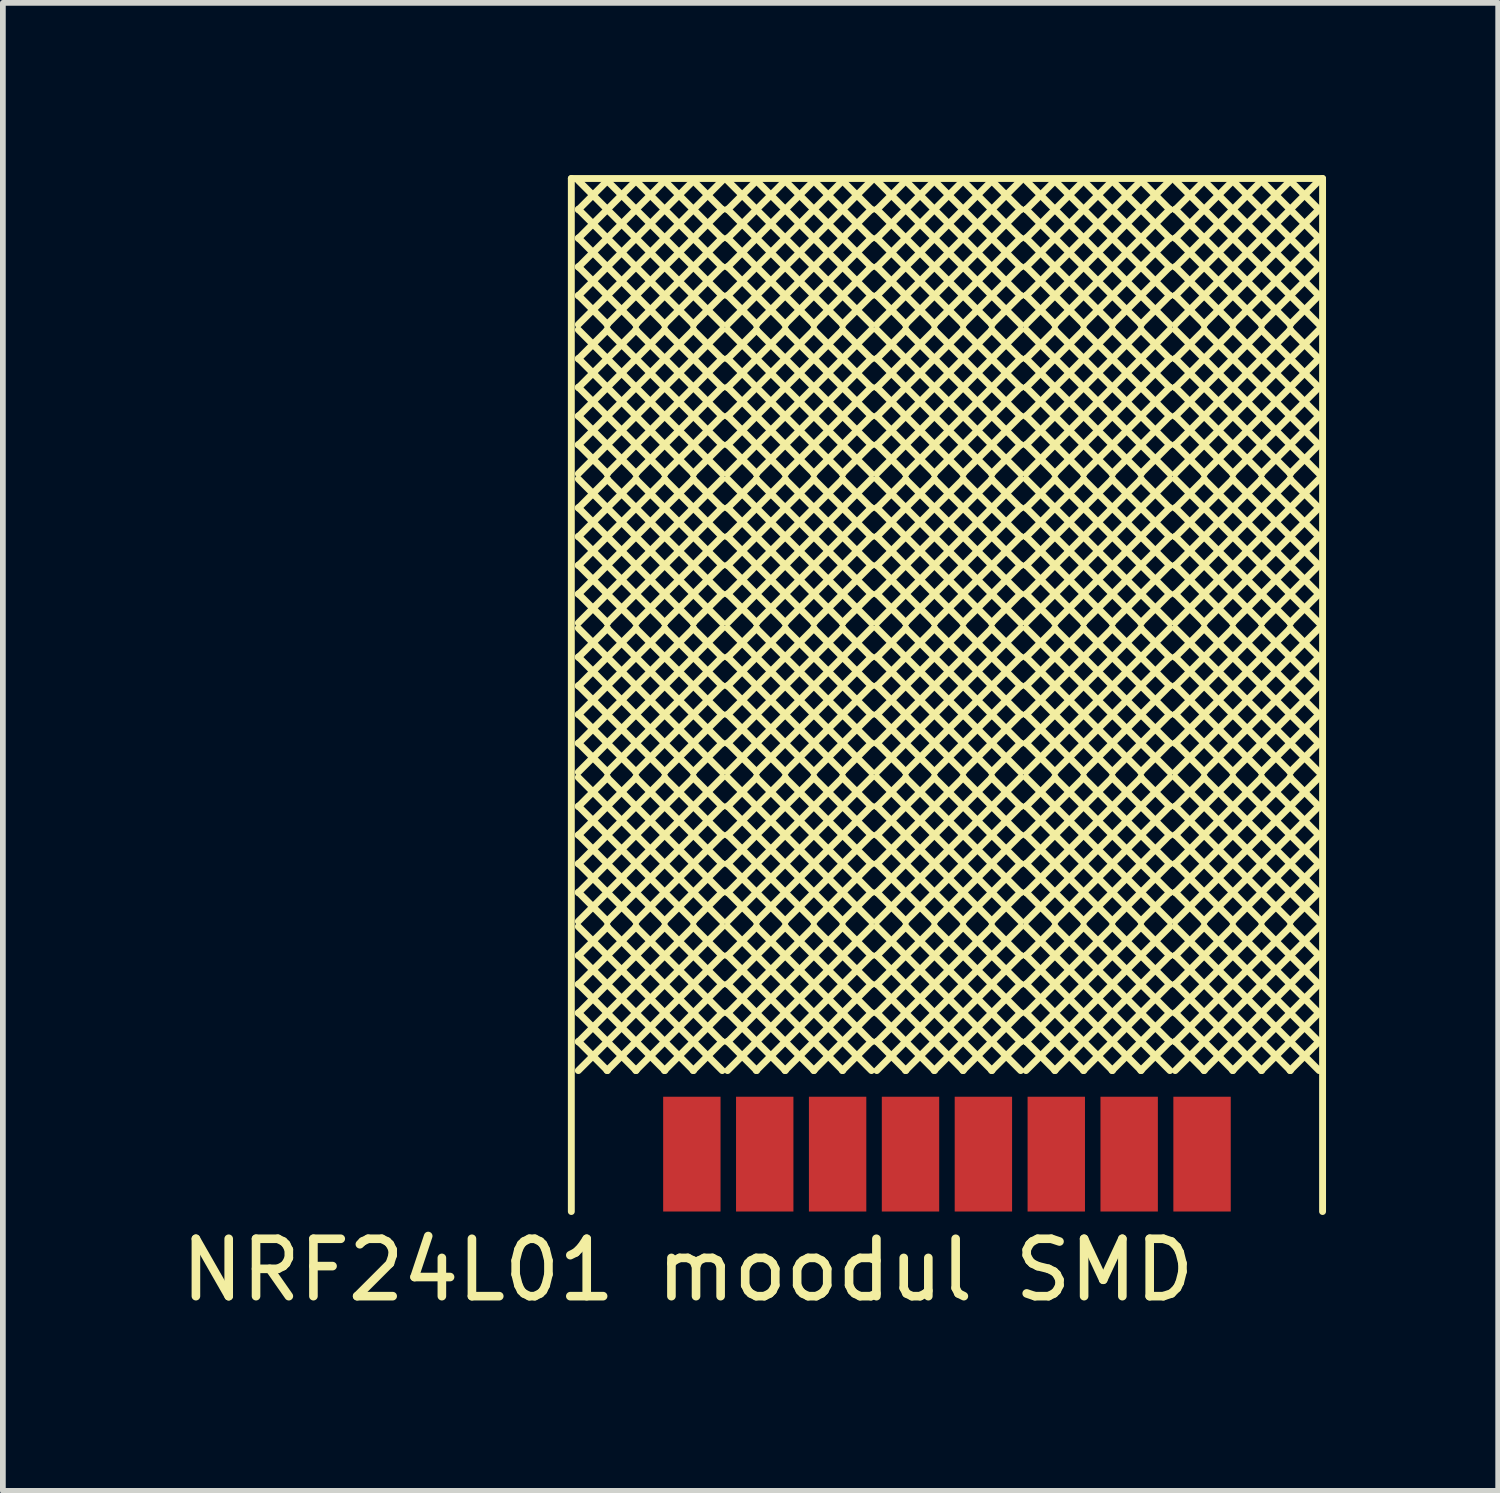
<source format=kicad_pcb>
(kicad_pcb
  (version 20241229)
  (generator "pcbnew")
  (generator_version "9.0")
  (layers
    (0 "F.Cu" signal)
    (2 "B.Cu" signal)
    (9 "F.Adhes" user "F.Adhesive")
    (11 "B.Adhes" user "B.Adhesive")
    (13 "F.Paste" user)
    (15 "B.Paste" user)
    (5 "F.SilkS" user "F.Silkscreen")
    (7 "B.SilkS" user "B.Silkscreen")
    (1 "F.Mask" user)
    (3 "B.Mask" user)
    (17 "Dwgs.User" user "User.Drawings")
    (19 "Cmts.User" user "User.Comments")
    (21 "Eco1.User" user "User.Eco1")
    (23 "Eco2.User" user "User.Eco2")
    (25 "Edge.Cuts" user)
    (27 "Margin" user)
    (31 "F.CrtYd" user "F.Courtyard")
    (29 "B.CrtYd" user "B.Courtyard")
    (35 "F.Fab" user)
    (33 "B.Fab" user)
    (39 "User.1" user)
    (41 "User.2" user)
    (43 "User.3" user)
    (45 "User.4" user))
  (footprint "NRF24L01 moodul SMD"
    (layer "F.Cu")
    (at 9.451 18.536)
    (property "Reference" "NRF24L01 moodul SMD" (at -0.516 0.544 0) (layer "F.SilkS") (effects (font (size 1 1) (thickness 0.15))))
    (attr through_hole)
    (fp_line (start -2.546 -18.476) (end 10.544 -18.476) (stroke (width 0.12) (type solid)) (layer "F.SilkS"))
    (fp_line (start -2.546 -0.476) (end -2.546 -18.476) (stroke (width 0.12) (type solid)) (layer "F.SilkS"))
    (fp_line (start -2.424 -18.44) (end -1.916 -17.932) (stroke (width 0.12) (type solid)) (layer "F.SilkS"))
    (fp_line (start -2.424 -17.94) (end -1.916 -17.432) (stroke (width 0.12) (type solid)) (layer "F.SilkS"))
    (fp_line (start -2.424 -17.932) (end -1.916 -18.44) (stroke (width 0.12) (type solid)) (layer "F.SilkS"))
    (fp_line (start -2.424 -17.44) (end -1.916 -16.932) (stroke (width 0.12) (type solid)) (layer "F.SilkS"))
    (fp_line (start -2.424 -17.432) (end -1.916 -17.94) (stroke (width 0.12) (type solid)) (layer "F.SilkS"))
    (fp_line (start -2.424 -16.94) (end -1.916 -16.432) (stroke (width 0.12) (type solid)) (layer "F.SilkS"))
    (fp_line (start -2.424 -16.932) (end -1.916 -17.44) (stroke (width 0.12) (type solid)) (layer "F.SilkS"))
    (fp_line (start -2.424 -16.44) (end -1.916 -15.932) (stroke (width 0.12) (type solid)) (layer "F.SilkS"))
    (fp_line (start -2.424 -16.432) (end -1.916 -16.94) (stroke (width 0.12) (type solid)) (layer "F.SilkS"))
    (fp_line (start -2.424 -15.932) (end -1.916 -16.44) (stroke (width 0.12) (type solid)) (layer "F.SilkS"))
    (fp_line (start -2.424 -15.84) (end -1.916 -15.332) (stroke (width 0.12) (type solid)) (layer "F.SilkS"))
    (fp_line (start -2.424 -15.34) (end -1.916 -14.832) (stroke (width 0.12) (type solid)) (layer "F.SilkS"))
    (fp_line (start -2.424 -15.332) (end -1.916 -15.84) (stroke (width 0.12) (type solid)) (layer "F.SilkS"))
    (fp_line (start -2.424 -14.84) (end -1.916 -14.332) (stroke (width 0.12) (type solid)) (layer "F.SilkS"))
    (fp_line (start -2.424 -14.832) (end -1.916 -15.34) (stroke (width 0.12) (type solid)) (layer "F.SilkS"))
    (fp_line (start -2.424 -14.34) (end -1.916 -13.832) (stroke (width 0.12) (type solid)) (layer "F.SilkS"))
    (fp_line (start -2.424 -14.332) (end -1.916 -14.84) (stroke (width 0.12) (type solid)) (layer "F.SilkS"))
    (fp_line (start -2.424 -13.84) (end -1.916 -13.332) (stroke (width 0.12) (type solid)) (layer "F.SilkS"))
    (fp_line (start -2.424 -13.832) (end -1.916 -14.34) (stroke (width 0.12) (type solid)) (layer "F.SilkS"))
    (fp_line (start -2.424 -13.332) (end -1.916 -13.84) (stroke (width 0.12) (type solid)) (layer "F.SilkS"))
    (fp_line (start -2.424 -13.24) (end -1.916 -12.732) (stroke (width 0.12) (type solid)) (layer "F.SilkS"))
    (fp_line (start -2.424 -12.74) (end -1.916 -12.232) (stroke (width 0.12) (type solid)) (layer "F.SilkS"))
    (fp_line (start -2.424 -12.732) (end -1.916 -13.24) (stroke (width 0.12) (type solid)) (layer "F.SilkS"))
    (fp_line (start -2.424 -12.24) (end -1.916 -11.732) (stroke (width 0.12) (type solid)) (layer "F.SilkS"))
    (fp_line (start -2.424 -12.232) (end -1.916 -12.74) (stroke (width 0.12) (type solid)) (layer "F.SilkS"))
    (fp_line (start -2.424 -11.74) (end -1.916 -11.232) (stroke (width 0.12) (type solid)) (layer "F.SilkS"))
    (fp_line (start -2.424 -11.732) (end -1.916 -12.24) (stroke (width 0.12) (type solid)) (layer "F.SilkS"))
    (fp_line (start -2.424 -11.24) (end -1.916 -10.732) (stroke (width 0.12) (type solid)) (layer "F.SilkS"))
    (fp_line (start -2.424 -11.232) (end -1.916 -11.74) (stroke (width 0.12) (type solid)) (layer "F.SilkS"))
    (fp_line (start -2.424 -10.732) (end -1.916 -11.24) (stroke (width 0.12) (type solid)) (layer "F.SilkS"))
    (fp_line (start -2.424 -10.64) (end -1.916 -10.132) (stroke (width 0.12) (type solid)) (layer "F.SilkS"))
    (fp_line (start -2.424 -10.14) (end -1.916 -9.632) (stroke (width 0.12) (type solid)) (layer "F.SilkS"))
    (fp_line (start -2.424 -10.132) (end -1.916 -10.64) (stroke (width 0.12) (type solid)) (layer "F.SilkS"))
    (fp_line (start -2.424 -9.64) (end -1.916 -9.132) (stroke (width 0.12) (type solid)) (layer "F.SilkS"))
    (fp_line (start -2.424 -9.632) (end -1.916 -10.14) (stroke (width 0.12) (type solid)) (layer "F.SilkS"))
    (fp_line (start -2.424 -9.14) (end -1.916 -8.632) (stroke (width 0.12) (type solid)) (layer "F.SilkS"))
    (fp_line (start -2.424 -9.132) (end -1.916 -9.64) (stroke (width 0.12) (type solid)) (layer "F.SilkS"))
    (fp_line (start -2.424 -8.64) (end -1.916 -8.132) (stroke (width 0.12) (type solid)) (layer "F.SilkS"))
    (fp_line (start -2.424 -8.632) (end -1.916 -9.14) (stroke (width 0.12) (type solid)) (layer "F.SilkS"))
    (fp_line (start -2.424 -8.132) (end -1.916 -8.64) (stroke (width 0.12) (type solid)) (layer "F.SilkS"))
    (fp_line (start -2.424 -8.04) (end -1.916 -7.532) (stroke (width 0.12) (type solid)) (layer "F.SilkS"))
    (fp_line (start -2.424 -7.54) (end -1.916 -7.032) (stroke (width 0.12) (type solid)) (layer "F.SilkS"))
    (fp_line (start -2.424 -7.532) (end -1.916 -8.04) (stroke (width 0.12) (type solid)) (layer "F.SilkS"))
    (fp_line (start -2.424 -7.04) (end -1.916 -6.532) (stroke (width 0.12) (type solid)) (layer "F.SilkS"))
    (fp_line (start -2.424 -7.032) (end -1.916 -7.54) (stroke (width 0.12) (type solid)) (layer "F.SilkS"))
    (fp_line (start -2.424 -6.54) (end -1.916 -6.032) (stroke (width 0.12) (type solid)) (layer "F.SilkS"))
    (fp_line (start -2.424 -6.532) (end -1.916 -7.04) (stroke (width 0.12) (type solid)) (layer "F.SilkS"))
    (fp_line (start -2.424 -6.04) (end -1.916 -5.532) (stroke (width 0.12) (type solid)) (layer "F.SilkS"))
    (fp_line (start -2.424 -6.032) (end -1.916 -6.54) (stroke (width 0.12) (type solid)) (layer "F.SilkS"))
    (fp_line (start -2.424 -5.532) (end -1.916 -6.04) (stroke (width 0.12) (type solid)) (layer "F.SilkS"))
    (fp_line (start -2.424 -5.44) (end -1.916 -4.932) (stroke (width 0.12) (type solid)) (layer "F.SilkS"))
    (fp_line (start -2.424 -4.94) (end -1.916 -4.432) (stroke (width 0.12) (type solid)) (layer "F.SilkS"))
    (fp_line (start -2.424 -4.932) (end -1.916 -5.44) (stroke (width 0.12) (type solid)) (layer "F.SilkS"))
    (fp_line (start -2.424 -4.44) (end -1.916 -3.932) (stroke (width 0.12) (type solid)) (layer "F.SilkS"))
    (fp_line (start -2.424 -4.432) (end -1.916 -4.94) (stroke (width 0.12) (type solid)) (layer "F.SilkS"))
    (fp_line (start -2.424 -3.94) (end -1.916 -3.432) (stroke (width 0.12) (type solid)) (layer "F.SilkS"))
    (fp_line (start -2.424 -3.932) (end -1.916 -4.44) (stroke (width 0.12) (type solid)) (layer "F.SilkS"))
    (fp_line (start -2.424 -3.44) (end -1.916 -2.932) (stroke (width 0.12) (type solid)) (layer "F.SilkS"))
    (fp_line (start -2.424 -3.432) (end -1.916 -3.94) (stroke (width 0.12) (type solid)) (layer "F.SilkS"))
    (fp_line (start -2.424 -2.932) (end -1.916 -3.44) (stroke (width 0.12) (type solid)) (layer "F.SilkS"))
    (fp_line (start -1.924 -18.44) (end -1.416 -17.932) (stroke (width 0.12) (type solid)) (layer "F.SilkS"))
    (fp_line (start -1.924 -17.94) (end -1.416 -17.432) (stroke (width 0.12) (type solid)) (layer "F.SilkS"))
    (fp_line (start -1.924 -17.932) (end -1.416 -18.44) (stroke (width 0.12) (type solid)) (layer "F.SilkS"))
    (fp_line (start -1.924 -17.44) (end -1.416 -16.932) (stroke (width 0.12) (type solid)) (layer "F.SilkS"))
    (fp_line (start -1.924 -17.432) (end -1.416 -17.94) (stroke (width 0.12) (type solid)) (layer "F.SilkS"))
    (fp_line (start -1.924 -16.94) (end -1.416 -16.432) (stroke (width 0.12) (type solid)) (layer "F.SilkS"))
    (fp_line (start -1.924 -16.932) (end -1.416 -17.44) (stroke (width 0.12) (type solid)) (layer "F.SilkS"))
    (fp_line (start -1.924 -16.44) (end -1.416 -15.932) (stroke (width 0.12) (type solid)) (layer "F.SilkS"))
    (fp_line (start -1.924 -16.432) (end -1.416 -16.94) (stroke (width 0.12) (type solid)) (layer "F.SilkS"))
    (fp_line (start -1.924 -15.932) (end -1.416 -16.44) (stroke (width 0.12) (type solid)) (layer "F.SilkS"))
    (fp_line (start -1.924 -15.84) (end -1.416 -15.332) (stroke (width 0.12) (type solid)) (layer "F.SilkS"))
    (fp_line (start -1.924 -15.34) (end -1.416 -14.832) (stroke (width 0.12) (type solid)) (layer "F.SilkS"))
    (fp_line (start -1.924 -15.332) (end -1.416 -15.84) (stroke (width 0.12) (type solid)) (layer "F.SilkS"))
    (fp_line (start -1.924 -14.84) (end -1.416 -14.332) (stroke (width 0.12) (type solid)) (layer "F.SilkS"))
    (fp_line (start -1.924 -14.832) (end -1.416 -15.34) (stroke (width 0.12) (type solid)) (layer "F.SilkS"))
    (fp_line (start -1.924 -14.34) (end -1.416 -13.832) (stroke (width 0.12) (type solid)) (layer "F.SilkS"))
    (fp_line (start -1.924 -14.332) (end -1.416 -14.84) (stroke (width 0.12) (type solid)) (layer "F.SilkS"))
    (fp_line (start -1.924 -13.84) (end -1.416 -13.332) (stroke (width 0.12) (type solid)) (layer "F.SilkS"))
    (fp_line (start -1.924 -13.832) (end -1.416 -14.34) (stroke (width 0.12) (type solid)) (layer "F.SilkS"))
    (fp_line (start -1.924 -13.332) (end -1.416 -13.84) (stroke (width 0.12) (type solid)) (layer "F.SilkS"))
    (fp_line (start -1.924 -13.24) (end -1.416 -12.732) (stroke (width 0.12) (type solid)) (layer "F.SilkS"))
    (fp_line (start -1.924 -12.74) (end -1.416 -12.232) (stroke (width 0.12) (type solid)) (layer "F.SilkS"))
    (fp_line (start -1.924 -12.732) (end -1.416 -13.24) (stroke (width 0.12) (type solid)) (layer "F.SilkS"))
    (fp_line (start -1.924 -12.24) (end -1.416 -11.732) (stroke (width 0.12) (type solid)) (layer "F.SilkS"))
    (fp_line (start -1.924 -12.232) (end -1.416 -12.74) (stroke (width 0.12) (type solid)) (layer "F.SilkS"))
    (fp_line (start -1.924 -11.74) (end -1.416 -11.232) (stroke (width 0.12) (type solid)) (layer "F.SilkS"))
    (fp_line (start -1.924 -11.732) (end -1.416 -12.24) (stroke (width 0.12) (type solid)) (layer "F.SilkS"))
    (fp_line (start -1.924 -11.24) (end -1.416 -10.732) (stroke (width 0.12) (type solid)) (layer "F.SilkS"))
    (fp_line (start -1.924 -11.232) (end -1.416 -11.74) (stroke (width 0.12) (type solid)) (layer "F.SilkS"))
    (fp_line (start -1.924 -10.732) (end -1.416 -11.24) (stroke (width 0.12) (type solid)) (layer "F.SilkS"))
    (fp_line (start -1.924 -10.64) (end -1.416 -10.132) (stroke (width 0.12) (type solid)) (layer "F.SilkS"))
    (fp_line (start -1.924 -10.14) (end -1.416 -9.632) (stroke (width 0.12) (type solid)) (layer "F.SilkS"))
    (fp_line (start -1.924 -10.132) (end -1.416 -10.64) (stroke (width 0.12) (type solid)) (layer "F.SilkS"))
    (fp_line (start -1.924 -9.64) (end -1.416 -9.132) (stroke (width 0.12) (type solid)) (layer "F.SilkS"))
    (fp_line (start -1.924 -9.632) (end -1.416 -10.14) (stroke (width 0.12) (type solid)) (layer "F.SilkS"))
    (fp_line (start -1.924 -9.14) (end -1.416 -8.632) (stroke (width 0.12) (type solid)) (layer "F.SilkS"))
    (fp_line (start -1.924 -9.132) (end -1.416 -9.64) (stroke (width 0.12) (type solid)) (layer "F.SilkS"))
    (fp_line (start -1.924 -8.64) (end -1.416 -8.132) (stroke (width 0.12) (type solid)) (layer "F.SilkS"))
    (fp_line (start -1.924 -8.632) (end -1.416 -9.14) (stroke (width 0.12) (type solid)) (layer "F.SilkS"))
    (fp_line (start -1.924 -8.132) (end -1.416 -8.64) (stroke (width 0.12) (type solid)) (layer "F.SilkS"))
    (fp_line (start -1.924 -8.04) (end -1.416 -7.532) (stroke (width 0.12) (type solid)) (layer "F.SilkS"))
    (fp_line (start -1.924 -7.54) (end -1.416 -7.032) (stroke (width 0.12) (type solid)) (layer "F.SilkS"))
    (fp_line (start -1.924 -7.532) (end -1.416 -8.04) (stroke (width 0.12) (type solid)) (layer "F.SilkS"))
    (fp_line (start -1.924 -7.04) (end -1.416 -6.532) (stroke (width 0.12) (type solid)) (layer "F.SilkS"))
    (fp_line (start -1.924 -7.032) (end -1.416 -7.54) (stroke (width 0.12) (type solid)) (layer "F.SilkS"))
    (fp_line (start -1.924 -6.54) (end -1.416 -6.032) (stroke (width 0.12) (type solid)) (layer "F.SilkS"))
    (fp_line (start -1.924 -6.532) (end -1.416 -7.04) (stroke (width 0.12) (type solid)) (layer "F.SilkS"))
    (fp_line (start -1.924 -6.04) (end -1.416 -5.532) (stroke (width 0.12) (type solid)) (layer "F.SilkS"))
    (fp_line (start -1.924 -6.032) (end -1.416 -6.54) (stroke (width 0.12) (type solid)) (layer "F.SilkS"))
    (fp_line (start -1.924 -5.532) (end -1.416 -6.04) (stroke (width 0.12) (type solid)) (layer "F.SilkS"))
    (fp_line (start -1.924 -5.44) (end -1.416 -4.932) (stroke (width 0.12) (type solid)) (layer "F.SilkS"))
    (fp_line (start -1.924 -4.94) (end -1.416 -4.432) (stroke (width 0.12) (type solid)) (layer "F.SilkS"))
    (fp_line (start -1.924 -4.932) (end -1.416 -5.44) (stroke (width 0.12) (type solid)) (layer "F.SilkS"))
    (fp_line (start -1.924 -4.44) (end -1.416 -3.932) (stroke (width 0.12) (type solid)) (layer "F.SilkS"))
    (fp_line (start -1.924 -4.432) (end -1.416 -4.94) (stroke (width 0.12) (type solid)) (layer "F.SilkS"))
    (fp_line (start -1.924 -3.94) (end -1.416 -3.432) (stroke (width 0.12) (type solid)) (layer "F.SilkS"))
    (fp_line (start -1.924 -3.932) (end -1.416 -4.44) (stroke (width 0.12) (type solid)) (layer "F.SilkS"))
    (fp_line (start -1.924 -3.44) (end -1.416 -2.932) (stroke (width 0.12) (type solid)) (layer "F.SilkS"))
    (fp_line (start -1.924 -3.432) (end -1.416 -3.94) (stroke (width 0.12) (type solid)) (layer "F.SilkS"))
    (fp_line (start -1.924 -2.932) (end -1.416 -3.44) (stroke (width 0.12) (type solid)) (layer "F.SilkS"))
    (fp_line (start -1.424 -18.44) (end -0.916 -17.932) (stroke (width 0.12) (type solid)) (layer "F.SilkS"))
    (fp_line (start -1.424 -17.94) (end -0.916 -17.432) (stroke (width 0.12) (type solid)) (layer "F.SilkS"))
    (fp_line (start -1.424 -17.932) (end -0.916 -18.44) (stroke (width 0.12) (type solid)) (layer "F.SilkS"))
    (fp_line (start -1.424 -17.44) (end -0.916 -16.932) (stroke (width 0.12) (type solid)) (layer "F.SilkS"))
    (fp_line (start -1.424 -17.432) (end -0.916 -17.94) (stroke (width 0.12) (type solid)) (layer "F.SilkS"))
    (fp_line (start -1.424 -16.94) (end -0.916 -16.432) (stroke (width 0.12) (type solid)) (layer "F.SilkS"))
    (fp_line (start -1.424 -16.932) (end -0.916 -17.44) (stroke (width 0.12) (type solid)) (layer "F.SilkS"))
    (fp_line (start -1.424 -16.44) (end -0.916 -15.932) (stroke (width 0.12) (type solid)) (layer "F.SilkS"))
    (fp_line (start -1.424 -16.432) (end -0.916 -16.94) (stroke (width 0.12) (type solid)) (layer "F.SilkS"))
    (fp_line (start -1.424 -15.932) (end -0.916 -16.44) (stroke (width 0.12) (type solid)) (layer "F.SilkS"))
    (fp_line (start -1.424 -15.84) (end -0.916 -15.332) (stroke (width 0.12) (type solid)) (layer "F.SilkS"))
    (fp_line (start -1.424 -15.34) (end -0.916 -14.832) (stroke (width 0.12) (type solid)) (layer "F.SilkS"))
    (fp_line (start -1.424 -15.332) (end -0.916 -15.84) (stroke (width 0.12) (type solid)) (layer "F.SilkS"))
    (fp_line (start -1.424 -14.84) (end -0.916 -14.332) (stroke (width 0.12) (type solid)) (layer "F.SilkS"))
    (fp_line (start -1.424 -14.832) (end -0.916 -15.34) (stroke (width 0.12) (type solid)) (layer "F.SilkS"))
    (fp_line (start -1.424 -14.34) (end -0.916 -13.832) (stroke (width 0.12) (type solid)) (layer "F.SilkS"))
    (fp_line (start -1.424 -14.332) (end -0.916 -14.84) (stroke (width 0.12) (type solid)) (layer "F.SilkS"))
    (fp_line (start -1.424 -13.84) (end -0.916 -13.332) (stroke (width 0.12) (type solid)) (layer "F.SilkS"))
    (fp_line (start -1.424 -13.832) (end -0.916 -14.34) (stroke (width 0.12) (type solid)) (layer "F.SilkS"))
    (fp_line (start -1.424 -13.332) (end -0.916 -13.84) (stroke (width 0.12) (type solid)) (layer "F.SilkS"))
    (fp_line (start -1.424 -13.24) (end -0.916 -12.732) (stroke (width 0.12) (type solid)) (layer "F.SilkS"))
    (fp_line (start -1.424 -12.74) (end -0.916 -12.232) (stroke (width 0.12) (type solid)) (layer "F.SilkS"))
    (fp_line (start -1.424 -12.732) (end -0.916 -13.24) (stroke (width 0.12) (type solid)) (layer "F.SilkS"))
    (fp_line (start -1.424 -12.24) (end -0.916 -11.732) (stroke (width 0.12) (type solid)) (layer "F.SilkS"))
    (fp_line (start -1.424 -12.232) (end -0.916 -12.74) (stroke (width 0.12) (type solid)) (layer "F.SilkS"))
    (fp_line (start -1.424 -11.74) (end -0.916 -11.232) (stroke (width 0.12) (type solid)) (layer "F.SilkS"))
    (fp_line (start -1.424 -11.732) (end -0.916 -12.24) (stroke (width 0.12) (type solid)) (layer "F.SilkS"))
    (fp_line (start -1.424 -11.24) (end -0.916 -10.732) (stroke (width 0.12) (type solid)) (layer "F.SilkS"))
    (fp_line (start -1.424 -11.232) (end -0.916 -11.74) (stroke (width 0.12) (type solid)) (layer "F.SilkS"))
    (fp_line (start -1.424 -10.732) (end -0.916 -11.24) (stroke (width 0.12) (type solid)) (layer "F.SilkS"))
    (fp_line (start -1.424 -10.64) (end -0.916 -10.132) (stroke (width 0.12) (type solid)) (layer "F.SilkS"))
    (fp_line (start -1.424 -10.14) (end -0.916 -9.632) (stroke (width 0.12) (type solid)) (layer "F.SilkS"))
    (fp_line (start -1.424 -10.132) (end -0.916 -10.64) (stroke (width 0.12) (type solid)) (layer "F.SilkS"))
    (fp_line (start -1.424 -9.64) (end -0.916 -9.132) (stroke (width 0.12) (type solid)) (layer "F.SilkS"))
    (fp_line (start -1.424 -9.632) (end -0.916 -10.14) (stroke (width 0.12) (type solid)) (layer "F.SilkS"))
    (fp_line (start -1.424 -9.14) (end -0.916 -8.632) (stroke (width 0.12) (type solid)) (layer "F.SilkS"))
    (fp_line (start -1.424 -9.132) (end -0.916 -9.64) (stroke (width 0.12) (type solid)) (layer "F.SilkS"))
    (fp_line (start -1.424 -8.64) (end -0.916 -8.132) (stroke (width 0.12) (type solid)) (layer "F.SilkS"))
    (fp_line (start -1.424 -8.632) (end -0.916 -9.14) (stroke (width 0.12) (type solid)) (layer "F.SilkS"))
    (fp_line (start -1.424 -8.132) (end -0.916 -8.64) (stroke (width 0.12) (type solid)) (layer "F.SilkS"))
    (fp_line (start -1.424 -8.04) (end -0.916 -7.532) (stroke (width 0.12) (type solid)) (layer "F.SilkS"))
    (fp_line (start -1.424 -7.54) (end -0.916 -7.032) (stroke (width 0.12) (type solid)) (layer "F.SilkS"))
    (fp_line (start -1.424 -7.532) (end -0.916 -8.04) (stroke (width 0.12) (type solid)) (layer "F.SilkS"))
    (fp_line (start -1.424 -7.04) (end -0.916 -6.532) (stroke (width 0.12) (type solid)) (layer "F.SilkS"))
    (fp_line (start -1.424 -7.032) (end -0.916 -7.54) (stroke (width 0.12) (type solid)) (layer "F.SilkS"))
    (fp_line (start -1.424 -6.54) (end -0.916 -6.032) (stroke (width 0.12) (type solid)) (layer "F.SilkS"))
    (fp_line (start -1.424 -6.532) (end -0.916 -7.04) (stroke (width 0.12) (type solid)) (layer "F.SilkS"))
    (fp_line (start -1.424 -6.04) (end -0.916 -5.532) (stroke (width 0.12) (type solid)) (layer "F.SilkS"))
    (fp_line (start -1.424 -6.032) (end -0.916 -6.54) (stroke (width 0.12) (type solid)) (layer "F.SilkS"))
    (fp_line (start -1.424 -5.532) (end -0.916 -6.04) (stroke (width 0.12) (type solid)) (layer "F.SilkS"))
    (fp_line (start -1.424 -5.44) (end -0.916 -4.932) (stroke (width 0.12) (type solid)) (layer "F.SilkS"))
    (fp_line (start -1.424 -4.94) (end -0.916 -4.432) (stroke (width 0.12) (type solid)) (layer "F.SilkS"))
    (fp_line (start -1.424 -4.932) (end -0.916 -5.44) (stroke (width 0.12) (type solid)) (layer "F.SilkS"))
    (fp_line (start -1.424 -4.44) (end -0.916 -3.932) (stroke (width 0.12) (type solid)) (layer "F.SilkS"))
    (fp_line (start -1.424 -4.432) (end -0.916 -4.94) (stroke (width 0.12) (type solid)) (layer "F.SilkS"))
    (fp_line (start -1.424 -3.94) (end -0.916 -3.432) (stroke (width 0.12) (type solid)) (layer "F.SilkS"))
    (fp_line (start -1.424 -3.932) (end -0.916 -4.44) (stroke (width 0.12) (type solid)) (layer "F.SilkS"))
    (fp_line (start -1.424 -3.44) (end -0.916 -2.932) (stroke (width 0.12) (type solid)) (layer "F.SilkS"))
    (fp_line (start -1.424 -3.432) (end -0.916 -3.94) (stroke (width 0.12) (type solid)) (layer "F.SilkS"))
    (fp_line (start -1.424 -2.932) (end -0.916 -3.44) (stroke (width 0.12) (type solid)) (layer "F.SilkS"))
    (fp_line (start -0.924 -18.44) (end -0.416 -17.932) (stroke (width 0.12) (type solid)) (layer "F.SilkS"))
    (fp_line (start -0.924 -17.94) (end -0.416 -17.432) (stroke (width 0.12) (type solid)) (layer "F.SilkS"))
    (fp_line (start -0.924 -17.932) (end -0.416 -18.44) (stroke (width 0.12) (type solid)) (layer "F.SilkS"))
    (fp_line (start -0.924 -17.44) (end -0.416 -16.932) (stroke (width 0.12) (type solid)) (layer "F.SilkS"))
    (fp_line (start -0.924 -17.432) (end -0.416 -17.94) (stroke (width 0.12) (type solid)) (layer "F.SilkS"))
    (fp_line (start -0.924 -16.94) (end -0.416 -16.432) (stroke (width 0.12) (type solid)) (layer "F.SilkS"))
    (fp_line (start -0.924 -16.932) (end -0.416 -17.44) (stroke (width 0.12) (type solid)) (layer "F.SilkS"))
    (fp_line (start -0.924 -16.44) (end -0.416 -15.932) (stroke (width 0.12) (type solid)) (layer "F.SilkS"))
    (fp_line (start -0.924 -16.432) (end -0.416 -16.94) (stroke (width 0.12) (type solid)) (layer "F.SilkS"))
    (fp_line (start -0.924 -15.932) (end -0.416 -16.44) (stroke (width 0.12) (type solid)) (layer "F.SilkS"))
    (fp_line (start -0.924 -15.84) (end -0.416 -15.332) (stroke (width 0.12) (type solid)) (layer "F.SilkS"))
    (fp_line (start -0.924 -15.34) (end -0.416 -14.832) (stroke (width 0.12) (type solid)) (layer "F.SilkS"))
    (fp_line (start -0.924 -15.332) (end -0.416 -15.84) (stroke (width 0.12) (type solid)) (layer "F.SilkS"))
    (fp_line (start -0.924 -14.84) (end -0.416 -14.332) (stroke (width 0.12) (type solid)) (layer "F.SilkS"))
    (fp_line (start -0.924 -14.832) (end -0.416 -15.34) (stroke (width 0.12) (type solid)) (layer "F.SilkS"))
    (fp_line (start -0.924 -14.34) (end -0.416 -13.832) (stroke (width 0.12) (type solid)) (layer "F.SilkS"))
    (fp_line (start -0.924 -14.332) (end -0.416 -14.84) (stroke (width 0.12) (type solid)) (layer "F.SilkS"))
    (fp_line (start -0.924 -13.84) (end -0.416 -13.332) (stroke (width 0.12) (type solid)) (layer "F.SilkS"))
    (fp_line (start -0.924 -13.832) (end -0.416 -14.34) (stroke (width 0.12) (type solid)) (layer "F.SilkS"))
    (fp_line (start -0.924 -13.332) (end -0.416 -13.84) (stroke (width 0.12) (type solid)) (layer "F.SilkS"))
    (fp_line (start -0.924 -13.24) (end -0.416 -12.732) (stroke (width 0.12) (type solid)) (layer "F.SilkS"))
    (fp_line (start -0.924 -12.74) (end -0.416 -12.232) (stroke (width 0.12) (type solid)) (layer "F.SilkS"))
    (fp_line (start -0.924 -12.732) (end -0.416 -13.24) (stroke (width 0.12) (type solid)) (layer "F.SilkS"))
    (fp_line (start -0.924 -12.24) (end -0.416 -11.732) (stroke (width 0.12) (type solid)) (layer "F.SilkS"))
    (fp_line (start -0.924 -12.232) (end -0.416 -12.74) (stroke (width 0.12) (type solid)) (layer "F.SilkS"))
    (fp_line (start -0.924 -11.74) (end -0.416 -11.232) (stroke (width 0.12) (type solid)) (layer "F.SilkS"))
    (fp_line (start -0.924 -11.732) (end -0.416 -12.24) (stroke (width 0.12) (type solid)) (layer "F.SilkS"))
    (fp_line (start -0.924 -11.24) (end -0.416 -10.732) (stroke (width 0.12) (type solid)) (layer "F.SilkS"))
    (fp_line (start -0.924 -11.232) (end -0.416 -11.74) (stroke (width 0.12) (type solid)) (layer "F.SilkS"))
    (fp_line (start -0.924 -10.732) (end -0.416 -11.24) (stroke (width 0.12) (type solid)) (layer "F.SilkS"))
    (fp_line (start -0.924 -10.64) (end -0.416 -10.132) (stroke (width 0.12) (type solid)) (layer "F.SilkS"))
    (fp_line (start -0.924 -10.14) (end -0.416 -9.632) (stroke (width 0.12) (type solid)) (layer "F.SilkS"))
    (fp_line (start -0.924 -10.132) (end -0.416 -10.64) (stroke (width 0.12) (type solid)) (layer "F.SilkS"))
    (fp_line (start -0.924 -9.64) (end -0.416 -9.132) (stroke (width 0.12) (type solid)) (layer "F.SilkS"))
    (fp_line (start -0.924 -9.632) (end -0.416 -10.14) (stroke (width 0.12) (type solid)) (layer "F.SilkS"))
    (fp_line (start -0.924 -9.14) (end -0.416 -8.632) (stroke (width 0.12) (type solid)) (layer "F.SilkS"))
    (fp_line (start -0.924 -9.132) (end -0.416 -9.64) (stroke (width 0.12) (type solid)) (layer "F.SilkS"))
    (fp_line (start -0.924 -8.64) (end -0.416 -8.132) (stroke (width 0.12) (type solid)) (layer "F.SilkS"))
    (fp_line (start -0.924 -8.632) (end -0.416 -9.14) (stroke (width 0.12) (type solid)) (layer "F.SilkS"))
    (fp_line (start -0.924 -8.132) (end -0.416 -8.64) (stroke (width 0.12) (type solid)) (layer "F.SilkS"))
    (fp_line (start -0.924 -8.04) (end -0.416 -7.532) (stroke (width 0.12) (type solid)) (layer "F.SilkS"))
    (fp_line (start -0.924 -7.54) (end -0.416 -7.032) (stroke (width 0.12) (type solid)) (layer "F.SilkS"))
    (fp_line (start -0.924 -7.532) (end -0.416 -8.04) (stroke (width 0.12) (type solid)) (layer "F.SilkS"))
    (fp_line (start -0.924 -7.04) (end -0.416 -6.532) (stroke (width 0.12) (type solid)) (layer "F.SilkS"))
    (fp_line (start -0.924 -7.032) (end -0.416 -7.54) (stroke (width 0.12) (type solid)) (layer "F.SilkS"))
    (fp_line (start -0.924 -6.54) (end -0.416 -6.032) (stroke (width 0.12) (type solid)) (layer "F.SilkS"))
    (fp_line (start -0.924 -6.532) (end -0.416 -7.04) (stroke (width 0.12) (type solid)) (layer "F.SilkS"))
    (fp_line (start -0.924 -6.04) (end -0.416 -5.532) (stroke (width 0.12) (type solid)) (layer "F.SilkS"))
    (fp_line (start -0.924 -6.032) (end -0.416 -6.54) (stroke (width 0.12) (type solid)) (layer "F.SilkS"))
    (fp_line (start -0.924 -5.532) (end -0.416 -6.04) (stroke (width 0.12) (type solid)) (layer "F.SilkS"))
    (fp_line (start -0.924 -5.44) (end -0.416 -4.932) (stroke (width 0.12) (type solid)) (layer "F.SilkS"))
    (fp_line (start -0.924 -4.94) (end -0.416 -4.432) (stroke (width 0.12) (type solid)) (layer "F.SilkS"))
    (fp_line (start -0.924 -4.932) (end -0.416 -5.44) (stroke (width 0.12) (type solid)) (layer "F.SilkS"))
    (fp_line (start -0.924 -4.44) (end -0.416 -3.932) (stroke (width 0.12) (type solid)) (layer "F.SilkS"))
    (fp_line (start -0.924 -4.432) (end -0.416 -4.94) (stroke (width 0.12) (type solid)) (layer "F.SilkS"))
    (fp_line (start -0.924 -3.94) (end -0.416 -3.432) (stroke (width 0.12) (type solid)) (layer "F.SilkS"))
    (fp_line (start -0.924 -3.932) (end -0.416 -4.44) (stroke (width 0.12) (type solid)) (layer "F.SilkS"))
    (fp_line (start -0.924 -3.44) (end -0.416 -2.932) (stroke (width 0.12) (type solid)) (layer "F.SilkS"))
    (fp_line (start -0.924 -3.432) (end -0.416 -3.94) (stroke (width 0.12) (type solid)) (layer "F.SilkS"))
    (fp_line (start -0.924 -2.932) (end -0.416 -3.44) (stroke (width 0.12) (type solid)) (layer "F.SilkS"))
    (fp_line (start -0.424 -18.44) (end 0.084 -17.932) (stroke (width 0.12) (type solid)) (layer "F.SilkS"))
    (fp_line (start -0.424 -17.94) (end 0.084 -17.432) (stroke (width 0.12) (type solid)) (layer "F.SilkS"))
    (fp_line (start -0.424 -17.932) (end 0.084 -18.44) (stroke (width 0.12) (type solid)) (layer "F.SilkS"))
    (fp_line (start -0.424 -17.44) (end 0.084 -16.932) (stroke (width 0.12) (type solid)) (layer "F.SilkS"))
    (fp_line (start -0.424 -17.432) (end 0.084 -17.94) (stroke (width 0.12) (type solid)) (layer "F.SilkS"))
    (fp_line (start -0.424 -16.94) (end 0.084 -16.432) (stroke (width 0.12) (type solid)) (layer "F.SilkS"))
    (fp_line (start -0.424 -16.932) (end 0.084 -17.44) (stroke (width 0.12) (type solid)) (layer "F.SilkS"))
    (fp_line (start -0.424 -16.44) (end 0.084 -15.932) (stroke (width 0.12) (type solid)) (layer "F.SilkS"))
    (fp_line (start -0.424 -16.432) (end 0.084 -16.94) (stroke (width 0.12) (type solid)) (layer "F.SilkS"))
    (fp_line (start -0.424 -15.932) (end 0.084 -16.44) (stroke (width 0.12) (type solid)) (layer "F.SilkS"))
    (fp_line (start -0.424 -15.84) (end 0.084 -15.332) (stroke (width 0.12) (type solid)) (layer "F.SilkS"))
    (fp_line (start -0.424 -15.34) (end 0.084 -14.832) (stroke (width 0.12) (type solid)) (layer "F.SilkS"))
    (fp_line (start -0.424 -15.332) (end 0.084 -15.84) (stroke (width 0.12) (type solid)) (layer "F.SilkS"))
    (fp_line (start -0.424 -14.84) (end 0.084 -14.332) (stroke (width 0.12) (type solid)) (layer "F.SilkS"))
    (fp_line (start -0.424 -14.832) (end 0.084 -15.34) (stroke (width 0.12) (type solid)) (layer "F.SilkS"))
    (fp_line (start -0.424 -14.34) (end 0.084 -13.832) (stroke (width 0.12) (type solid)) (layer "F.SilkS"))
    (fp_line (start -0.424 -14.332) (end 0.084 -14.84) (stroke (width 0.12) (type solid)) (layer "F.SilkS"))
    (fp_line (start -0.424 -13.84) (end 0.084 -13.332) (stroke (width 0.12) (type solid)) (layer "F.SilkS"))
    (fp_line (start -0.424 -13.832) (end 0.084 -14.34) (stroke (width 0.12) (type solid)) (layer "F.SilkS"))
    (fp_line (start -0.424 -13.332) (end 0.084 -13.84) (stroke (width 0.12) (type solid)) (layer "F.SilkS"))
    (fp_line (start -0.424 -13.24) (end 0.084 -12.732) (stroke (width 0.12) (type solid)) (layer "F.SilkS"))
    (fp_line (start -0.424 -12.74) (end 0.084 -12.232) (stroke (width 0.12) (type solid)) (layer "F.SilkS"))
    (fp_line (start -0.424 -12.732) (end 0.084 -13.24) (stroke (width 0.12) (type solid)) (layer "F.SilkS"))
    (fp_line (start -0.424 -12.24) (end 0.084 -11.732) (stroke (width 0.12) (type solid)) (layer "F.SilkS"))
    (fp_line (start -0.424 -12.232) (end 0.084 -12.74) (stroke (width 0.12) (type solid)) (layer "F.SilkS"))
    (fp_line (start -0.424 -11.74) (end 0.084 -11.232) (stroke (width 0.12) (type solid)) (layer "F.SilkS"))
    (fp_line (start -0.424 -11.732) (end 0.084 -12.24) (stroke (width 0.12) (type solid)) (layer "F.SilkS"))
    (fp_line (start -0.424 -11.24) (end 0.084 -10.732) (stroke (width 0.12) (type solid)) (layer "F.SilkS"))
    (fp_line (start -0.424 -11.232) (end 0.084 -11.74) (stroke (width 0.12) (type solid)) (layer "F.SilkS"))
    (fp_line (start -0.424 -10.732) (end 0.084 -11.24) (stroke (width 0.12) (type solid)) (layer "F.SilkS"))
    (fp_line (start -0.424 -10.64) (end 0.084 -10.132) (stroke (width 0.12) (type solid)) (layer "F.SilkS"))
    (fp_line (start -0.424 -10.14) (end 0.084 -9.632) (stroke (width 0.12) (type solid)) (layer "F.SilkS"))
    (fp_line (start -0.424 -10.132) (end 0.084 -10.64) (stroke (width 0.12) (type solid)) (layer "F.SilkS"))
    (fp_line (start -0.424 -9.64) (end 0.084 -9.132) (stroke (width 0.12) (type solid)) (layer "F.SilkS"))
    (fp_line (start -0.424 -9.632) (end 0.084 -10.14) (stroke (width 0.12) (type solid)) (layer "F.SilkS"))
    (fp_line (start -0.424 -9.14) (end 0.084 -8.632) (stroke (width 0.12) (type solid)) (layer "F.SilkS"))
    (fp_line (start -0.424 -9.132) (end 0.084 -9.64) (stroke (width 0.12) (type solid)) (layer "F.SilkS"))
    (fp_line (start -0.424 -8.64) (end 0.084 -8.132) (stroke (width 0.12) (type solid)) (layer "F.SilkS"))
    (fp_line (start -0.424 -8.632) (end 0.084 -9.14) (stroke (width 0.12) (type solid)) (layer "F.SilkS"))
    (fp_line (start -0.424 -8.132) (end 0.084 -8.64) (stroke (width 0.12) (type solid)) (layer "F.SilkS"))
    (fp_line (start -0.424 -8.04) (end 0.084 -7.532) (stroke (width 0.12) (type solid)) (layer "F.SilkS"))
    (fp_line (start -0.424 -7.54) (end 0.084 -7.032) (stroke (width 0.12) (type solid)) (layer "F.SilkS"))
    (fp_line (start -0.424 -7.532) (end 0.084 -8.04) (stroke (width 0.12) (type solid)) (layer "F.SilkS"))
    (fp_line (start -0.424 -7.04) (end 0.084 -6.532) (stroke (width 0.12) (type solid)) (layer "F.SilkS"))
    (fp_line (start -0.424 -7.032) (end 0.084 -7.54) (stroke (width 0.12) (type solid)) (layer "F.SilkS"))
    (fp_line (start -0.424 -6.54) (end 0.084 -6.032) (stroke (width 0.12) (type solid)) (layer "F.SilkS"))
    (fp_line (start -0.424 -6.532) (end 0.084 -7.04) (stroke (width 0.12) (type solid)) (layer "F.SilkS"))
    (fp_line (start -0.424 -6.04) (end 0.084 -5.532) (stroke (width 0.12) (type solid)) (layer "F.SilkS"))
    (fp_line (start -0.424 -6.032) (end 0.084 -6.54) (stroke (width 0.12) (type solid)) (layer "F.SilkS"))
    (fp_line (start -0.424 -5.532) (end 0.084 -6.04) (stroke (width 0.12) (type solid)) (layer "F.SilkS"))
    (fp_line (start -0.424 -5.44) (end 0.084 -4.932) (stroke (width 0.12) (type solid)) (layer "F.SilkS"))
    (fp_line (start -0.424 -4.94) (end 0.084 -4.432) (stroke (width 0.12) (type solid)) (layer "F.SilkS"))
    (fp_line (start -0.424 -4.932) (end 0.084 -5.44) (stroke (width 0.12) (type solid)) (layer "F.SilkS"))
    (fp_line (start -0.424 -4.44) (end 0.084 -3.932) (stroke (width 0.12) (type solid)) (layer "F.SilkS"))
    (fp_line (start -0.424 -4.432) (end 0.084 -4.94) (stroke (width 0.12) (type solid)) (layer "F.SilkS"))
    (fp_line (start -0.424 -3.94) (end 0.084 -3.432) (stroke (width 0.12) (type solid)) (layer "F.SilkS"))
    (fp_line (start -0.424 -3.932) (end 0.084 -4.44) (stroke (width 0.12) (type solid)) (layer "F.SilkS"))
    (fp_line (start -0.424 -3.44) (end 0.084 -2.932) (stroke (width 0.12) (type solid)) (layer "F.SilkS"))
    (fp_line (start -0.424 -3.432) (end 0.084 -3.94) (stroke (width 0.12) (type solid)) (layer "F.SilkS"))
    (fp_line (start -0.424 -2.932) (end 0.084 -3.44) (stroke (width 0.12) (type solid)) (layer "F.SilkS"))
    (fp_line (start 0.176 -18.44) (end 0.684 -17.932) (stroke (width 0.12) (type solid)) (layer "F.SilkS"))
    (fp_line (start 0.176 -17.94) (end 0.684 -17.432) (stroke (width 0.12) (type solid)) (layer "F.SilkS"))
    (fp_line (start 0.176 -17.932) (end 0.684 -18.44) (stroke (width 0.12) (type solid)) (layer "F.SilkS"))
    (fp_line (start 0.176 -17.44) (end 0.684 -16.932) (stroke (width 0.12) (type solid)) (layer "F.SilkS"))
    (fp_line (start 0.176 -17.432) (end 0.684 -17.94) (stroke (width 0.12) (type solid)) (layer "F.SilkS"))
    (fp_line (start 0.176 -16.94) (end 0.684 -16.432) (stroke (width 0.12) (type solid)) (layer "F.SilkS"))
    (fp_line (start 0.176 -16.932) (end 0.684 -17.44) (stroke (width 0.12) (type solid)) (layer "F.SilkS"))
    (fp_line (start 0.176 -16.44) (end 0.684 -15.932) (stroke (width 0.12) (type solid)) (layer "F.SilkS"))
    (fp_line (start 0.176 -16.432) (end 0.684 -16.94) (stroke (width 0.12) (type solid)) (layer "F.SilkS"))
    (fp_line (start 0.176 -15.932) (end 0.684 -16.44) (stroke (width 0.12) (type solid)) (layer "F.SilkS"))
    (fp_line (start 0.176 -15.84) (end 0.684 -15.332) (stroke (width 0.12) (type solid)) (layer "F.SilkS"))
    (fp_line (start 0.176 -15.34) (end 0.684 -14.832) (stroke (width 0.12) (type solid)) (layer "F.SilkS"))
    (fp_line (start 0.176 -15.332) (end 0.684 -15.84) (stroke (width 0.12) (type solid)) (layer "F.SilkS"))
    (fp_line (start 0.176 -14.84) (end 0.684 -14.332) (stroke (width 0.12) (type solid)) (layer "F.SilkS"))
    (fp_line (start 0.176 -14.832) (end 0.684 -15.34) (stroke (width 0.12) (type solid)) (layer "F.SilkS"))
    (fp_line (start 0.176 -14.34) (end 0.684 -13.832) (stroke (width 0.12) (type solid)) (layer "F.SilkS"))
    (fp_line (start 0.176 -14.332) (end 0.684 -14.84) (stroke (width 0.12) (type solid)) (layer "F.SilkS"))
    (fp_line (start 0.176 -13.84) (end 0.684 -13.332) (stroke (width 0.12) (type solid)) (layer "F.SilkS"))
    (fp_line (start 0.176 -13.832) (end 0.684 -14.34) (stroke (width 0.12) (type solid)) (layer "F.SilkS"))
    (fp_line (start 0.176 -13.332) (end 0.684 -13.84) (stroke (width 0.12) (type solid)) (layer "F.SilkS"))
    (fp_line (start 0.176 -13.24) (end 0.684 -12.732) (stroke (width 0.12) (type solid)) (layer "F.SilkS"))
    (fp_line (start 0.176 -12.74) (end 0.684 -12.232) (stroke (width 0.12) (type solid)) (layer "F.SilkS"))
    (fp_line (start 0.176 -12.732) (end 0.684 -13.24) (stroke (width 0.12) (type solid)) (layer "F.SilkS"))
    (fp_line (start 0.176 -12.24) (end 0.684 -11.732) (stroke (width 0.12) (type solid)) (layer "F.SilkS"))
    (fp_line (start 0.176 -12.232) (end 0.684 -12.74) (stroke (width 0.12) (type solid)) (layer "F.SilkS"))
    (fp_line (start 0.176 -11.74) (end 0.684 -11.232) (stroke (width 0.12) (type solid)) (layer "F.SilkS"))
    (fp_line (start 0.176 -11.732) (end 0.684 -12.24) (stroke (width 0.12) (type solid)) (layer "F.SilkS"))
    (fp_line (start 0.176 -11.24) (end 0.684 -10.732) (stroke (width 0.12) (type solid)) (layer "F.SilkS"))
    (fp_line (start 0.176 -11.232) (end 0.684 -11.74) (stroke (width 0.12) (type solid)) (layer "F.SilkS"))
    (fp_line (start 0.176 -10.732) (end 0.684 -11.24) (stroke (width 0.12) (type solid)) (layer "F.SilkS"))
    (fp_line (start 0.176 -10.64) (end 0.684 -10.132) (stroke (width 0.12) (type solid)) (layer "F.SilkS"))
    (fp_line (start 0.176 -10.14) (end 0.684 -9.632) (stroke (width 0.12) (type solid)) (layer "F.SilkS"))
    (fp_line (start 0.176 -10.132) (end 0.684 -10.64) (stroke (width 0.12) (type solid)) (layer "F.SilkS"))
    (fp_line (start 0.176 -9.64) (end 0.684 -9.132) (stroke (width 0.12) (type solid)) (layer "F.SilkS"))
    (fp_line (start 0.176 -9.632) (end 0.684 -10.14) (stroke (width 0.12) (type solid)) (layer "F.SilkS"))
    (fp_line (start 0.176 -9.14) (end 0.684 -8.632) (stroke (width 0.12) (type solid)) (layer "F.SilkS"))
    (fp_line (start 0.176 -9.132) (end 0.684 -9.64) (stroke (width 0.12) (type solid)) (layer "F.SilkS"))
    (fp_line (start 0.176 -8.64) (end 0.684 -8.132) (stroke (width 0.12) (type solid)) (layer "F.SilkS"))
    (fp_line (start 0.176 -8.632) (end 0.684 -9.14) (stroke (width 0.12) (type solid)) (layer "F.SilkS"))
    (fp_line (start 0.176 -8.132) (end 0.684 -8.64) (stroke (width 0.12) (type solid)) (layer "F.SilkS"))
    (fp_line (start 0.176 -8.04) (end 0.684 -7.532) (stroke (width 0.12) (type solid)) (layer "F.SilkS"))
    (fp_line (start 0.176 -7.54) (end 0.684 -7.032) (stroke (width 0.12) (type solid)) (layer "F.SilkS"))
    (fp_line (start 0.176 -7.532) (end 0.684 -8.04) (stroke (width 0.12) (type solid)) (layer "F.SilkS"))
    (fp_line (start 0.176 -7.04) (end 0.684 -6.532) (stroke (width 0.12) (type solid)) (layer "F.SilkS"))
    (fp_line (start 0.176 -7.032) (end 0.684 -7.54) (stroke (width 0.12) (type solid)) (layer "F.SilkS"))
    (fp_line (start 0.176 -6.54) (end 0.684 -6.032) (stroke (width 0.12) (type solid)) (layer "F.SilkS"))
    (fp_line (start 0.176 -6.532) (end 0.684 -7.04) (stroke (width 0.12) (type solid)) (layer "F.SilkS"))
    (fp_line (start 0.176 -6.04) (end 0.684 -5.532) (stroke (width 0.12) (type solid)) (layer "F.SilkS"))
    (fp_line (start 0.176 -6.032) (end 0.684 -6.54) (stroke (width 0.12) (type solid)) (layer "F.SilkS"))
    (fp_line (start 0.176 -5.532) (end 0.684 -6.04) (stroke (width 0.12) (type solid)) (layer "F.SilkS"))
    (fp_line (start 0.176 -5.44) (end 0.684 -4.932) (stroke (width 0.12) (type solid)) (layer "F.SilkS"))
    (fp_line (start 0.176 -4.94) (end 0.684 -4.432) (stroke (width 0.12) (type solid)) (layer "F.SilkS"))
    (fp_line (start 0.176 -4.932) (end 0.684 -5.44) (stroke (width 0.12) (type solid)) (layer "F.SilkS"))
    (fp_line (start 0.176 -4.44) (end 0.684 -3.932) (stroke (width 0.12) (type solid)) (layer "F.SilkS"))
    (fp_line (start 0.176 -4.432) (end 0.684 -4.94) (stroke (width 0.12) (type solid)) (layer "F.SilkS"))
    (fp_line (start 0.176 -3.94) (end 0.684 -3.432) (stroke (width 0.12) (type solid)) (layer "F.SilkS"))
    (fp_line (start 0.176 -3.932) (end 0.684 -4.44) (stroke (width 0.12) (type solid)) (layer "F.SilkS"))
    (fp_line (start 0.176 -3.44) (end 0.684 -2.932) (stroke (width 0.12) (type solid)) (layer "F.SilkS"))
    (fp_line (start 0.176 -3.432) (end 0.684 -3.94) (stroke (width 0.12) (type solid)) (layer "F.SilkS"))
    (fp_line (start 0.176 -2.932) (end 0.684 -3.44) (stroke (width 0.12) (type solid)) (layer "F.SilkS"))
    (fp_line (start 0.676 -18.44) (end 1.184 -17.932) (stroke (width 0.12) (type solid)) (layer "F.SilkS"))
    (fp_line (start 0.676 -17.94) (end 1.184 -17.432) (stroke (width 0.12) (type solid)) (layer "F.SilkS"))
    (fp_line (start 0.676 -17.932) (end 1.184 -18.44) (stroke (width 0.12) (type solid)) (layer "F.SilkS"))
    (fp_line (start 0.676 -17.44) (end 1.184 -16.932) (stroke (width 0.12) (type solid)) (layer "F.SilkS"))
    (fp_line (start 0.676 -17.432) (end 1.184 -17.94) (stroke (width 0.12) (type solid)) (layer "F.SilkS"))
    (fp_line (start 0.676 -16.94) (end 1.184 -16.432) (stroke (width 0.12) (type solid)) (layer "F.SilkS"))
    (fp_line (start 0.676 -16.932) (end 1.184 -17.44) (stroke (width 0.12) (type solid)) (layer "F.SilkS"))
    (fp_line (start 0.676 -16.44) (end 1.184 -15.932) (stroke (width 0.12) (type solid)) (layer "F.SilkS"))
    (fp_line (start 0.676 -16.432) (end 1.184 -16.94) (stroke (width 0.12) (type solid)) (layer "F.SilkS"))
    (fp_line (start 0.676 -15.932) (end 1.184 -16.44) (stroke (width 0.12) (type solid)) (layer "F.SilkS"))
    (fp_line (start 0.676 -15.84) (end 1.184 -15.332) (stroke (width 0.12) (type solid)) (layer "F.SilkS"))
    (fp_line (start 0.676 -15.34) (end 1.184 -14.832) (stroke (width 0.12) (type solid)) (layer "F.SilkS"))
    (fp_line (start 0.676 -15.332) (end 1.184 -15.84) (stroke (width 0.12) (type solid)) (layer "F.SilkS"))
    (fp_line (start 0.676 -14.84) (end 1.184 -14.332) (stroke (width 0.12) (type solid)) (layer "F.SilkS"))
    (fp_line (start 0.676 -14.832) (end 1.184 -15.34) (stroke (width 0.12) (type solid)) (layer "F.SilkS"))
    (fp_line (start 0.676 -14.34) (end 1.184 -13.832) (stroke (width 0.12) (type solid)) (layer "F.SilkS"))
    (fp_line (start 0.676 -14.332) (end 1.184 -14.84) (stroke (width 0.12) (type solid)) (layer "F.SilkS"))
    (fp_line (start 0.676 -13.84) (end 1.184 -13.332) (stroke (width 0.12) (type solid)) (layer "F.SilkS"))
    (fp_line (start 0.676 -13.832) (end 1.184 -14.34) (stroke (width 0.12) (type solid)) (layer "F.SilkS"))
    (fp_line (start 0.676 -13.332) (end 1.184 -13.84) (stroke (width 0.12) (type solid)) (layer "F.SilkS"))
    (fp_line (start 0.676 -13.24) (end 1.184 -12.732) (stroke (width 0.12) (type solid)) (layer "F.SilkS"))
    (fp_line (start 0.676 -12.74) (end 1.184 -12.232) (stroke (width 0.12) (type solid)) (layer "F.SilkS"))
    (fp_line (start 0.676 -12.732) (end 1.184 -13.24) (stroke (width 0.12) (type solid)) (layer "F.SilkS"))
    (fp_line (start 0.676 -12.24) (end 1.184 -11.732) (stroke (width 0.12) (type solid)) (layer "F.SilkS"))
    (fp_line (start 0.676 -12.232) (end 1.184 -12.74) (stroke (width 0.12) (type solid)) (layer "F.SilkS"))
    (fp_line (start 0.676 -11.74) (end 1.184 -11.232) (stroke (width 0.12) (type solid)) (layer "F.SilkS"))
    (fp_line (start 0.676 -11.732) (end 1.184 -12.24) (stroke (width 0.12) (type solid)) (layer "F.SilkS"))
    (fp_line (start 0.676 -11.24) (end 1.184 -10.732) (stroke (width 0.12) (type solid)) (layer "F.SilkS"))
    (fp_line (start 0.676 -11.232) (end 1.184 -11.74) (stroke (width 0.12) (type solid)) (layer "F.SilkS"))
    (fp_line (start 0.676 -10.732) (end 1.184 -11.24) (stroke (width 0.12) (type solid)) (layer "F.SilkS"))
    (fp_line (start 0.676 -10.64) (end 1.184 -10.132) (stroke (width 0.12) (type solid)) (layer "F.SilkS"))
    (fp_line (start 0.676 -10.14) (end 1.184 -9.632) (stroke (width 0.12) (type solid)) (layer "F.SilkS"))
    (fp_line (start 0.676 -10.132) (end 1.184 -10.64) (stroke (width 0.12) (type solid)) (layer "F.SilkS"))
    (fp_line (start 0.676 -9.64) (end 1.184 -9.132) (stroke (width 0.12) (type solid)) (layer "F.SilkS"))
    (fp_line (start 0.676 -9.632) (end 1.184 -10.14) (stroke (width 0.12) (type solid)) (layer "F.SilkS"))
    (fp_line (start 0.676 -9.14) (end 1.184 -8.632) (stroke (width 0.12) (type solid)) (layer "F.SilkS"))
    (fp_line (start 0.676 -9.132) (end 1.184 -9.64) (stroke (width 0.12) (type solid)) (layer "F.SilkS"))
    (fp_line (start 0.676 -8.64) (end 1.184 -8.132) (stroke (width 0.12) (type solid)) (layer "F.SilkS"))
    (fp_line (start 0.676 -8.632) (end 1.184 -9.14) (stroke (width 0.12) (type solid)) (layer "F.SilkS"))
    (fp_line (start 0.676 -8.132) (end 1.184 -8.64) (stroke (width 0.12) (type solid)) (layer "F.SilkS"))
    (fp_line (start 0.676 -8.04) (end 1.184 -7.532) (stroke (width 0.12) (type solid)) (layer "F.SilkS"))
    (fp_line (start 0.676 -7.54) (end 1.184 -7.032) (stroke (width 0.12) (type solid)) (layer "F.SilkS"))
    (fp_line (start 0.676 -7.532) (end 1.184 -8.04) (stroke (width 0.12) (type solid)) (layer "F.SilkS"))
    (fp_line (start 0.676 -7.04) (end 1.184 -6.532) (stroke (width 0.12) (type solid)) (layer "F.SilkS"))
    (fp_line (start 0.676 -7.032) (end 1.184 -7.54) (stroke (width 0.12) (type solid)) (layer "F.SilkS"))
    (fp_line (start 0.676 -6.54) (end 1.184 -6.032) (stroke (width 0.12) (type solid)) (layer "F.SilkS"))
    (fp_line (start 0.676 -6.532) (end 1.184 -7.04) (stroke (width 0.12) (type solid)) (layer "F.SilkS"))
    (fp_line (start 0.676 -6.04) (end 1.184 -5.532) (stroke (width 0.12) (type solid)) (layer "F.SilkS"))
    (fp_line (start 0.676 -6.032) (end 1.184 -6.54) (stroke (width 0.12) (type solid)) (layer "F.SilkS"))
    (fp_line (start 0.676 -5.532) (end 1.184 -6.04) (stroke (width 0.12) (type solid)) (layer "F.SilkS"))
    (fp_line (start 0.676 -5.44) (end 1.184 -4.932) (stroke (width 0.12) (type solid)) (layer "F.SilkS"))
    (fp_line (start 0.676 -4.94) (end 1.184 -4.432) (stroke (width 0.12) (type solid)) (layer "F.SilkS"))
    (fp_line (start 0.676 -4.932) (end 1.184 -5.44) (stroke (width 0.12) (type solid)) (layer "F.SilkS"))
    (fp_line (start 0.676 -4.44) (end 1.184 -3.932) (stroke (width 0.12) (type solid)) (layer "F.SilkS"))
    (fp_line (start 0.676 -4.432) (end 1.184 -4.94) (stroke (width 0.12) (type solid)) (layer "F.SilkS"))
    (fp_line (start 0.676 -3.94) (end 1.184 -3.432) (stroke (width 0.12) (type solid)) (layer "F.SilkS"))
    (fp_line (start 0.676 -3.932) (end 1.184 -4.44) (stroke (width 0.12) (type solid)) (layer "F.SilkS"))
    (fp_line (start 0.676 -3.44) (end 1.184 -2.932) (stroke (width 0.12) (type solid)) (layer "F.SilkS"))
    (fp_line (start 0.676 -3.432) (end 1.184 -3.94) (stroke (width 0.12) (type solid)) (layer "F.SilkS"))
    (fp_line (start 0.676 -2.932) (end 1.184 -3.44) (stroke (width 0.12) (type solid)) (layer "F.SilkS"))
    (fp_line (start 1.176 -18.44) (end 1.684 -17.932) (stroke (width 0.12) (type solid)) (layer "F.SilkS"))
    (fp_line (start 1.176 -17.94) (end 1.684 -17.432) (stroke (width 0.12) (type solid)) (layer "F.SilkS"))
    (fp_line (start 1.176 -17.932) (end 1.684 -18.44) (stroke (width 0.12) (type solid)) (layer "F.SilkS"))
    (fp_line (start 1.176 -17.44) (end 1.684 -16.932) (stroke (width 0.12) (type solid)) (layer "F.SilkS"))
    (fp_line (start 1.176 -17.432) (end 1.684 -17.94) (stroke (width 0.12) (type solid)) (layer "F.SilkS"))
    (fp_line (start 1.176 -16.94) (end 1.684 -16.432) (stroke (width 0.12) (type solid)) (layer "F.SilkS"))
    (fp_line (start 1.176 -16.932) (end 1.684 -17.44) (stroke (width 0.12) (type solid)) (layer "F.SilkS"))
    (fp_line (start 1.176 -16.44) (end 1.684 -15.932) (stroke (width 0.12) (type solid)) (layer "F.SilkS"))
    (fp_line (start 1.176 -16.432) (end 1.684 -16.94) (stroke (width 0.12) (type solid)) (layer "F.SilkS"))
    (fp_line (start 1.176 -15.932) (end 1.684 -16.44) (stroke (width 0.12) (type solid)) (layer "F.SilkS"))
    (fp_line (start 1.176 -15.84) (end 1.684 -15.332) (stroke (width 0.12) (type solid)) (layer "F.SilkS"))
    (fp_line (start 1.176 -15.34) (end 1.684 -14.832) (stroke (width 0.12) (type solid)) (layer "F.SilkS"))
    (fp_line (start 1.176 -15.332) (end 1.684 -15.84) (stroke (width 0.12) (type solid)) (layer "F.SilkS"))
    (fp_line (start 1.176 -14.84) (end 1.684 -14.332) (stroke (width 0.12) (type solid)) (layer "F.SilkS"))
    (fp_line (start 1.176 -14.832) (end 1.684 -15.34) (stroke (width 0.12) (type solid)) (layer "F.SilkS"))
    (fp_line (start 1.176 -14.34) (end 1.684 -13.832) (stroke (width 0.12) (type solid)) (layer "F.SilkS"))
    (fp_line (start 1.176 -14.332) (end 1.684 -14.84) (stroke (width 0.12) (type solid)) (layer "F.SilkS"))
    (fp_line (start 1.176 -13.84) (end 1.684 -13.332) (stroke (width 0.12) (type solid)) (layer "F.SilkS"))
    (fp_line (start 1.176 -13.832) (end 1.684 -14.34) (stroke (width 0.12) (type solid)) (layer "F.SilkS"))
    (fp_line (start 1.176 -13.332) (end 1.684 -13.84) (stroke (width 0.12) (type solid)) (layer "F.SilkS"))
    (fp_line (start 1.176 -13.24) (end 1.684 -12.732) (stroke (width 0.12) (type solid)) (layer "F.SilkS"))
    (fp_line (start 1.176 -12.74) (end 1.684 -12.232) (stroke (width 0.12) (type solid)) (layer "F.SilkS"))
    (fp_line (start 1.176 -12.732) (end 1.684 -13.24) (stroke (width 0.12) (type solid)) (layer "F.SilkS"))
    (fp_line (start 1.176 -12.24) (end 1.684 -11.732) (stroke (width 0.12) (type solid)) (layer "F.SilkS"))
    (fp_line (start 1.176 -12.232) (end 1.684 -12.74) (stroke (width 0.12) (type solid)) (layer "F.SilkS"))
    (fp_line (start 1.176 -11.74) (end 1.684 -11.232) (stroke (width 0.12) (type solid)) (layer "F.SilkS"))
    (fp_line (start 1.176 -11.732) (end 1.684 -12.24) (stroke (width 0.12) (type solid)) (layer "F.SilkS"))
    (fp_line (start 1.176 -11.24) (end 1.684 -10.732) (stroke (width 0.12) (type solid)) (layer "F.SilkS"))
    (fp_line (start 1.176 -11.232) (end 1.684 -11.74) (stroke (width 0.12) (type solid)) (layer "F.SilkS"))
    (fp_line (start 1.176 -10.732) (end 1.684 -11.24) (stroke (width 0.12) (type solid)) (layer "F.SilkS"))
    (fp_line (start 1.176 -10.64) (end 1.684 -10.132) (stroke (width 0.12) (type solid)) (layer "F.SilkS"))
    (fp_line (start 1.176 -10.14) (end 1.684 -9.632) (stroke (width 0.12) (type solid)) (layer "F.SilkS"))
    (fp_line (start 1.176 -10.132) (end 1.684 -10.64) (stroke (width 0.12) (type solid)) (layer "F.SilkS"))
    (fp_line (start 1.176 -9.64) (end 1.684 -9.132) (stroke (width 0.12) (type solid)) (layer "F.SilkS"))
    (fp_line (start 1.176 -9.632) (end 1.684 -10.14) (stroke (width 0.12) (type solid)) (layer "F.SilkS"))
    (fp_line (start 1.176 -9.14) (end 1.684 -8.632) (stroke (width 0.12) (type solid)) (layer "F.SilkS"))
    (fp_line (start 1.176 -9.132) (end 1.684 -9.64) (stroke (width 0.12) (type solid)) (layer "F.SilkS"))
    (fp_line (start 1.176 -8.64) (end 1.684 -8.132) (stroke (width 0.12) (type solid)) (layer "F.SilkS"))
    (fp_line (start 1.176 -8.632) (end 1.684 -9.14) (stroke (width 0.12) (type solid)) (layer "F.SilkS"))
    (fp_line (start 1.176 -8.132) (end 1.684 -8.64) (stroke (width 0.12) (type solid)) (layer "F.SilkS"))
    (fp_line (start 1.176 -8.04) (end 1.684 -7.532) (stroke (width 0.12) (type solid)) (layer "F.SilkS"))
    (fp_line (start 1.176 -7.54) (end 1.684 -7.032) (stroke (width 0.12) (type solid)) (layer "F.SilkS"))
    (fp_line (start 1.176 -7.532) (end 1.684 -8.04) (stroke (width 0.12) (type solid)) (layer "F.SilkS"))
    (fp_line (start 1.176 -7.04) (end 1.684 -6.532) (stroke (width 0.12) (type solid)) (layer "F.SilkS"))
    (fp_line (start 1.176 -7.032) (end 1.684 -7.54) (stroke (width 0.12) (type solid)) (layer "F.SilkS"))
    (fp_line (start 1.176 -6.54) (end 1.684 -6.032) (stroke (width 0.12) (type solid)) (layer "F.SilkS"))
    (fp_line (start 1.176 -6.532) (end 1.684 -7.04) (stroke (width 0.12) (type solid)) (layer "F.SilkS"))
    (fp_line (start 1.176 -6.04) (end 1.684 -5.532) (stroke (width 0.12) (type solid)) (layer "F.SilkS"))
    (fp_line (start 1.176 -6.032) (end 1.684 -6.54) (stroke (width 0.12) (type solid)) (layer "F.SilkS"))
    (fp_line (start 1.176 -5.532) (end 1.684 -6.04) (stroke (width 0.12) (type solid)) (layer "F.SilkS"))
    (fp_line (start 1.176 -5.44) (end 1.684 -4.932) (stroke (width 0.12) (type solid)) (layer "F.SilkS"))
    (fp_line (start 1.176 -4.94) (end 1.684 -4.432) (stroke (width 0.12) (type solid)) (layer "F.SilkS"))
    (fp_line (start 1.176 -4.932) (end 1.684 -5.44) (stroke (width 0.12) (type solid)) (layer "F.SilkS"))
    (fp_line (start 1.176 -4.44) (end 1.684 -3.932) (stroke (width 0.12) (type solid)) (layer "F.SilkS"))
    (fp_line (start 1.176 -4.432) (end 1.684 -4.94) (stroke (width 0.12) (type solid)) (layer "F.SilkS"))
    (fp_line (start 1.176 -3.94) (end 1.684 -3.432) (stroke (width 0.12) (type solid)) (layer "F.SilkS"))
    (fp_line (start 1.176 -3.932) (end 1.684 -4.44) (stroke (width 0.12) (type solid)) (layer "F.SilkS"))
    (fp_line (start 1.176 -3.44) (end 1.684 -2.932) (stroke (width 0.12) (type solid)) (layer "F.SilkS"))
    (fp_line (start 1.176 -3.432) (end 1.684 -3.94) (stroke (width 0.12) (type solid)) (layer "F.SilkS"))
    (fp_line (start 1.176 -2.932) (end 1.684 -3.44) (stroke (width 0.12) (type solid)) (layer "F.SilkS"))
    (fp_line (start 1.676 -18.44) (end 2.184 -17.932) (stroke (width 0.12) (type solid)) (layer "F.SilkS"))
    (fp_line (start 1.676 -17.94) (end 2.184 -17.432) (stroke (width 0.12) (type solid)) (layer "F.SilkS"))
    (fp_line (start 1.676 -17.932) (end 2.184 -18.44) (stroke (width 0.12) (type solid)) (layer "F.SilkS"))
    (fp_line (start 1.676 -17.44) (end 2.184 -16.932) (stroke (width 0.12) (type solid)) (layer "F.SilkS"))
    (fp_line (start 1.676 -17.432) (end 2.184 -17.94) (stroke (width 0.12) (type solid)) (layer "F.SilkS"))
    (fp_line (start 1.676 -16.94) (end 2.184 -16.432) (stroke (width 0.12) (type solid)) (layer "F.SilkS"))
    (fp_line (start 1.676 -16.932) (end 2.184 -17.44) (stroke (width 0.12) (type solid)) (layer "F.SilkS"))
    (fp_line (start 1.676 -16.44) (end 2.184 -15.932) (stroke (width 0.12) (type solid)) (layer "F.SilkS"))
    (fp_line (start 1.676 -16.432) (end 2.184 -16.94) (stroke (width 0.12) (type solid)) (layer "F.SilkS"))
    (fp_line (start 1.676 -15.932) (end 2.184 -16.44) (stroke (width 0.12) (type solid)) (layer "F.SilkS"))
    (fp_line (start 1.676 -15.84) (end 2.184 -15.332) (stroke (width 0.12) (type solid)) (layer "F.SilkS"))
    (fp_line (start 1.676 -15.34) (end 2.184 -14.832) (stroke (width 0.12) (type solid)) (layer "F.SilkS"))
    (fp_line (start 1.676 -15.332) (end 2.184 -15.84) (stroke (width 0.12) (type solid)) (layer "F.SilkS"))
    (fp_line (start 1.676 -14.84) (end 2.184 -14.332) (stroke (width 0.12) (type solid)) (layer "F.SilkS"))
    (fp_line (start 1.676 -14.832) (end 2.184 -15.34) (stroke (width 0.12) (type solid)) (layer "F.SilkS"))
    (fp_line (start 1.676 -14.34) (end 2.184 -13.832) (stroke (width 0.12) (type solid)) (layer "F.SilkS"))
    (fp_line (start 1.676 -14.332) (end 2.184 -14.84) (stroke (width 0.12) (type solid)) (layer "F.SilkS"))
    (fp_line (start 1.676 -13.84) (end 2.184 -13.332) (stroke (width 0.12) (type solid)) (layer "F.SilkS"))
    (fp_line (start 1.676 -13.832) (end 2.184 -14.34) (stroke (width 0.12) (type solid)) (layer "F.SilkS"))
    (fp_line (start 1.676 -13.332) (end 2.184 -13.84) (stroke (width 0.12) (type solid)) (layer "F.SilkS"))
    (fp_line (start 1.676 -13.24) (end 2.184 -12.732) (stroke (width 0.12) (type solid)) (layer "F.SilkS"))
    (fp_line (start 1.676 -12.74) (end 2.184 -12.232) (stroke (width 0.12) (type solid)) (layer "F.SilkS"))
    (fp_line (start 1.676 -12.732) (end 2.184 -13.24) (stroke (width 0.12) (type solid)) (layer "F.SilkS"))
    (fp_line (start 1.676 -12.24) (end 2.184 -11.732) (stroke (width 0.12) (type solid)) (layer "F.SilkS"))
    (fp_line (start 1.676 -12.232) (end 2.184 -12.74) (stroke (width 0.12) (type solid)) (layer "F.SilkS"))
    (fp_line (start 1.676 -11.74) (end 2.184 -11.232) (stroke (width 0.12) (type solid)) (layer "F.SilkS"))
    (fp_line (start 1.676 -11.732) (end 2.184 -12.24) (stroke (width 0.12) (type solid)) (layer "F.SilkS"))
    (fp_line (start 1.676 -11.24) (end 2.184 -10.732) (stroke (width 0.12) (type solid)) (layer "F.SilkS"))
    (fp_line (start 1.676 -11.232) (end 2.184 -11.74) (stroke (width 0.12) (type solid)) (layer "F.SilkS"))
    (fp_line (start 1.676 -10.732) (end 2.184 -11.24) (stroke (width 0.12) (type solid)) (layer "F.SilkS"))
    (fp_line (start 1.676 -10.64) (end 2.184 -10.132) (stroke (width 0.12) (type solid)) (layer "F.SilkS"))
    (fp_line (start 1.676 -10.14) (end 2.184 -9.632) (stroke (width 0.12) (type solid)) (layer "F.SilkS"))
    (fp_line (start 1.676 -10.132) (end 2.184 -10.64) (stroke (width 0.12) (type solid)) (layer "F.SilkS"))
    (fp_line (start 1.676 -9.64) (end 2.184 -9.132) (stroke (width 0.12) (type solid)) (layer "F.SilkS"))
    (fp_line (start 1.676 -9.632) (end 2.184 -10.14) (stroke (width 0.12) (type solid)) (layer "F.SilkS"))
    (fp_line (start 1.676 -9.14) (end 2.184 -8.632) (stroke (width 0.12) (type solid)) (layer "F.SilkS"))
    (fp_line (start 1.676 -9.132) (end 2.184 -9.64) (stroke (width 0.12) (type solid)) (layer "F.SilkS"))
    (fp_line (start 1.676 -8.64) (end 2.184 -8.132) (stroke (width 0.12) (type solid)) (layer "F.SilkS"))
    (fp_line (start 1.676 -8.632) (end 2.184 -9.14) (stroke (width 0.12) (type solid)) (layer "F.SilkS"))
    (fp_line (start 1.676 -8.132) (end 2.184 -8.64) (stroke (width 0.12) (type solid)) (layer "F.SilkS"))
    (fp_line (start 1.676 -8.04) (end 2.184 -7.532) (stroke (width 0.12) (type solid)) (layer "F.SilkS"))
    (fp_line (start 1.676 -7.54) (end 2.184 -7.032) (stroke (width 0.12) (type solid)) (layer "F.SilkS"))
    (fp_line (start 1.676 -7.532) (end 2.184 -8.04) (stroke (width 0.12) (type solid)) (layer "F.SilkS"))
    (fp_line (start 1.676 -7.04) (end 2.184 -6.532) (stroke (width 0.12) (type solid)) (layer "F.SilkS"))
    (fp_line (start 1.676 -7.032) (end 2.184 -7.54) (stroke (width 0.12) (type solid)) (layer "F.SilkS"))
    (fp_line (start 1.676 -6.54) (end 2.184 -6.032) (stroke (width 0.12) (type solid)) (layer "F.SilkS"))
    (fp_line (start 1.676 -6.532) (end 2.184 -7.04) (stroke (width 0.12) (type solid)) (layer "F.SilkS"))
    (fp_line (start 1.676 -6.04) (end 2.184 -5.532) (stroke (width 0.12) (type solid)) (layer "F.SilkS"))
    (fp_line (start 1.676 -6.032) (end 2.184 -6.54) (stroke (width 0.12) (type solid)) (layer "F.SilkS"))
    (fp_line (start 1.676 -5.532) (end 2.184 -6.04) (stroke (width 0.12) (type solid)) (layer "F.SilkS"))
    (fp_line (start 1.676 -5.44) (end 2.184 -4.932) (stroke (width 0.12) (type solid)) (layer "F.SilkS"))
    (fp_line (start 1.676 -4.94) (end 2.184 -4.432) (stroke (width 0.12) (type solid)) (layer "F.SilkS"))
    (fp_line (start 1.676 -4.932) (end 2.184 -5.44) (stroke (width 0.12) (type solid)) (layer "F.SilkS"))
    (fp_line (start 1.676 -4.44) (end 2.184 -3.932) (stroke (width 0.12) (type solid)) (layer "F.SilkS"))
    (fp_line (start 1.676 -4.432) (end 2.184 -4.94) (stroke (width 0.12) (type solid)) (layer "F.SilkS"))
    (fp_line (start 1.676 -3.94) (end 2.184 -3.432) (stroke (width 0.12) (type solid)) (layer "F.SilkS"))
    (fp_line (start 1.676 -3.932) (end 2.184 -4.44) (stroke (width 0.12) (type solid)) (layer "F.SilkS"))
    (fp_line (start 1.676 -3.44) (end 2.184 -2.932) (stroke (width 0.12) (type solid)) (layer "F.SilkS"))
    (fp_line (start 1.676 -3.432) (end 2.184 -3.94) (stroke (width 0.12) (type solid)) (layer "F.SilkS"))
    (fp_line (start 1.676 -2.932) (end 2.184 -3.44) (stroke (width 0.12) (type solid)) (layer "F.SilkS"))
    (fp_line (start 2.176 -18.44) (end 2.684 -17.932) (stroke (width 0.12) (type solid)) (layer "F.SilkS"))
    (fp_line (start 2.176 -17.94) (end 2.684 -17.432) (stroke (width 0.12) (type solid)) (layer "F.SilkS"))
    (fp_line (start 2.176 -17.932) (end 2.684 -18.44) (stroke (width 0.12) (type solid)) (layer "F.SilkS"))
    (fp_line (start 2.176 -17.44) (end 2.684 -16.932) (stroke (width 0.12) (type solid)) (layer "F.SilkS"))
    (fp_line (start 2.176 -17.432) (end 2.684 -17.94) (stroke (width 0.12) (type solid)) (layer "F.SilkS"))
    (fp_line (start 2.176 -16.94) (end 2.684 -16.432) (stroke (width 0.12) (type solid)) (layer "F.SilkS"))
    (fp_line (start 2.176 -16.932) (end 2.684 -17.44) (stroke (width 0.12) (type solid)) (layer "F.SilkS"))
    (fp_line (start 2.176 -16.44) (end 2.684 -15.932) (stroke (width 0.12) (type solid)) (layer "F.SilkS"))
    (fp_line (start 2.176 -16.432) (end 2.684 -16.94) (stroke (width 0.12) (type solid)) (layer "F.SilkS"))
    (fp_line (start 2.176 -15.932) (end 2.684 -16.44) (stroke (width 0.12) (type solid)) (layer "F.SilkS"))
    (fp_line (start 2.176 -15.84) (end 2.684 -15.332) (stroke (width 0.12) (type solid)) (layer "F.SilkS"))
    (fp_line (start 2.176 -15.34) (end 2.684 -14.832) (stroke (width 0.12) (type solid)) (layer "F.SilkS"))
    (fp_line (start 2.176 -15.332) (end 2.684 -15.84) (stroke (width 0.12) (type solid)) (layer "F.SilkS"))
    (fp_line (start 2.176 -14.84) (end 2.684 -14.332) (stroke (width 0.12) (type solid)) (layer "F.SilkS"))
    (fp_line (start 2.176 -14.832) (end 2.684 -15.34) (stroke (width 0.12) (type solid)) (layer "F.SilkS"))
    (fp_line (start 2.176 -14.34) (end 2.684 -13.832) (stroke (width 0.12) (type solid)) (layer "F.SilkS"))
    (fp_line (start 2.176 -14.332) (end 2.684 -14.84) (stroke (width 0.12) (type solid)) (layer "F.SilkS"))
    (fp_line (start 2.176 -13.84) (end 2.684 -13.332) (stroke (width 0.12) (type solid)) (layer "F.SilkS"))
    (fp_line (start 2.176 -13.832) (end 2.684 -14.34) (stroke (width 0.12) (type solid)) (layer "F.SilkS"))
    (fp_line (start 2.176 -13.332) (end 2.684 -13.84) (stroke (width 0.12) (type solid)) (layer "F.SilkS"))
    (fp_line (start 2.176 -13.24) (end 2.684 -12.732) (stroke (width 0.12) (type solid)) (layer "F.SilkS"))
    (fp_line (start 2.176 -12.74) (end 2.684 -12.232) (stroke (width 0.12) (type solid)) (layer "F.SilkS"))
    (fp_line (start 2.176 -12.732) (end 2.684 -13.24) (stroke (width 0.12) (type solid)) (layer "F.SilkS"))
    (fp_line (start 2.176 -12.24) (end 2.684 -11.732) (stroke (width 0.12) (type solid)) (layer "F.SilkS"))
    (fp_line (start 2.176 -12.232) (end 2.684 -12.74) (stroke (width 0.12) (type solid)) (layer "F.SilkS"))
    (fp_line (start 2.176 -11.74) (end 2.684 -11.232) (stroke (width 0.12) (type solid)) (layer "F.SilkS"))
    (fp_line (start 2.176 -11.732) (end 2.684 -12.24) (stroke (width 0.12) (type solid)) (layer "F.SilkS"))
    (fp_line (start 2.176 -11.24) (end 2.684 -10.732) (stroke (width 0.12) (type solid)) (layer "F.SilkS"))
    (fp_line (start 2.176 -11.232) (end 2.684 -11.74) (stroke (width 0.12) (type solid)) (layer "F.SilkS"))
    (fp_line (start 2.176 -10.732) (end 2.684 -11.24) (stroke (width 0.12) (type solid)) (layer "F.SilkS"))
    (fp_line (start 2.176 -10.64) (end 2.684 -10.132) (stroke (width 0.12) (type solid)) (layer "F.SilkS"))
    (fp_line (start 2.176 -10.14) (end 2.684 -9.632) (stroke (width 0.12) (type solid)) (layer "F.SilkS"))
    (fp_line (start 2.176 -10.132) (end 2.684 -10.64) (stroke (width 0.12) (type solid)) (layer "F.SilkS"))
    (fp_line (start 2.176 -9.64) (end 2.684 -9.132) (stroke (width 0.12) (type solid)) (layer "F.SilkS"))
    (fp_line (start 2.176 -9.632) (end 2.684 -10.14) (stroke (width 0.12) (type solid)) (layer "F.SilkS"))
    (fp_line (start 2.176 -9.14) (end 2.684 -8.632) (stroke (width 0.12) (type solid)) (layer "F.SilkS"))
    (fp_line (start 2.176 -9.132) (end 2.684 -9.64) (stroke (width 0.12) (type solid)) (layer "F.SilkS"))
    (fp_line (start 2.176 -8.64) (end 2.684 -8.132) (stroke (width 0.12) (type solid)) (layer "F.SilkS"))
    (fp_line (start 2.176 -8.632) (end 2.684 -9.14) (stroke (width 0.12) (type solid)) (layer "F.SilkS"))
    (fp_line (start 2.176 -8.132) (end 2.684 -8.64) (stroke (width 0.12) (type solid)) (layer "F.SilkS"))
    (fp_line (start 2.176 -8.04) (end 2.684 -7.532) (stroke (width 0.12) (type solid)) (layer "F.SilkS"))
    (fp_line (start 2.176 -7.54) (end 2.684 -7.032) (stroke (width 0.12) (type solid)) (layer "F.SilkS"))
    (fp_line (start 2.176 -7.532) (end 2.684 -8.04) (stroke (width 0.12) (type solid)) (layer "F.SilkS"))
    (fp_line (start 2.176 -7.04) (end 2.684 -6.532) (stroke (width 0.12) (type solid)) (layer "F.SilkS"))
    (fp_line (start 2.176 -7.032) (end 2.684 -7.54) (stroke (width 0.12) (type solid)) (layer "F.SilkS"))
    (fp_line (start 2.176 -6.54) (end 2.684 -6.032) (stroke (width 0.12) (type solid)) (layer "F.SilkS"))
    (fp_line (start 2.176 -6.532) (end 2.684 -7.04) (stroke (width 0.12) (type solid)) (layer "F.SilkS"))
    (fp_line (start 2.176 -6.04) (end 2.684 -5.532) (stroke (width 0.12) (type solid)) (layer "F.SilkS"))
    (fp_line (start 2.176 -6.032) (end 2.684 -6.54) (stroke (width 0.12) (type solid)) (layer "F.SilkS"))
    (fp_line (start 2.176 -5.532) (end 2.684 -6.04) (stroke (width 0.12) (type solid)) (layer "F.SilkS"))
    (fp_line (start 2.176 -5.44) (end 2.684 -4.932) (stroke (width 0.12) (type solid)) (layer "F.SilkS"))
    (fp_line (start 2.176 -4.94) (end 2.684 -4.432) (stroke (width 0.12) (type solid)) (layer "F.SilkS"))
    (fp_line (start 2.176 -4.932) (end 2.684 -5.44) (stroke (width 0.12) (type solid)) (layer "F.SilkS"))
    (fp_line (start 2.176 -4.44) (end 2.684 -3.932) (stroke (width 0.12) (type solid)) (layer "F.SilkS"))
    (fp_line (start 2.176 -4.432) (end 2.684 -4.94) (stroke (width 0.12) (type solid)) (layer "F.SilkS"))
    (fp_line (start 2.176 -3.94) (end 2.684 -3.432) (stroke (width 0.12) (type solid)) (layer "F.SilkS"))
    (fp_line (start 2.176 -3.932) (end 2.684 -4.44) (stroke (width 0.12) (type solid)) (layer "F.SilkS"))
    (fp_line (start 2.176 -3.44) (end 2.684 -2.932) (stroke (width 0.12) (type solid)) (layer "F.SilkS"))
    (fp_line (start 2.176 -3.432) (end 2.684 -3.94) (stroke (width 0.12) (type solid)) (layer "F.SilkS"))
    (fp_line (start 2.176 -2.932) (end 2.684 -3.44) (stroke (width 0.12) (type solid)) (layer "F.SilkS"))
    (fp_line (start 2.776 -18.44) (end 3.284 -17.932) (stroke (width 0.12) (type solid)) (layer "F.SilkS"))
    (fp_line (start 2.776 -17.94) (end 3.284 -17.432) (stroke (width 0.12) (type solid)) (layer "F.SilkS"))
    (fp_line (start 2.776 -17.932) (end 3.284 -18.44) (stroke (width 0.12) (type solid)) (layer "F.SilkS"))
    (fp_line (start 2.776 -17.44) (end 3.284 -16.932) (stroke (width 0.12) (type solid)) (layer "F.SilkS"))
    (fp_line (start 2.776 -17.432) (end 3.284 -17.94) (stroke (width 0.12) (type solid)) (layer "F.SilkS"))
    (fp_line (start 2.776 -16.94) (end 3.284 -16.432) (stroke (width 0.12) (type solid)) (layer "F.SilkS"))
    (fp_line (start 2.776 -16.932) (end 3.284 -17.44) (stroke (width 0.12) (type solid)) (layer "F.SilkS"))
    (fp_line (start 2.776 -16.44) (end 3.284 -15.932) (stroke (width 0.12) (type solid)) (layer "F.SilkS"))
    (fp_line (start 2.776 -16.432) (end 3.284 -16.94) (stroke (width 0.12) (type solid)) (layer "F.SilkS"))
    (fp_line (start 2.776 -15.932) (end 3.284 -16.44) (stroke (width 0.12) (type solid)) (layer "F.SilkS"))
    (fp_line (start 2.776 -15.84) (end 3.284 -15.332) (stroke (width 0.12) (type solid)) (layer "F.SilkS"))
    (fp_line (start 2.776 -15.34) (end 3.284 -14.832) (stroke (width 0.12) (type solid)) (layer "F.SilkS"))
    (fp_line (start 2.776 -15.332) (end 3.284 -15.84) (stroke (width 0.12) (type solid)) (layer "F.SilkS"))
    (fp_line (start 2.776 -14.84) (end 3.284 -14.332) (stroke (width 0.12) (type solid)) (layer "F.SilkS"))
    (fp_line (start 2.776 -14.832) (end 3.284 -15.34) (stroke (width 0.12) (type solid)) (layer "F.SilkS"))
    (fp_line (start 2.776 -14.34) (end 3.284 -13.832) (stroke (width 0.12) (type solid)) (layer "F.SilkS"))
    (fp_line (start 2.776 -14.332) (end 3.284 -14.84) (stroke (width 0.12) (type solid)) (layer "F.SilkS"))
    (fp_line (start 2.776 -13.84) (end 3.284 -13.332) (stroke (width 0.12) (type solid)) (layer "F.SilkS"))
    (fp_line (start 2.776 -13.832) (end 3.284 -14.34) (stroke (width 0.12) (type solid)) (layer "F.SilkS"))
    (fp_line (start 2.776 -13.332) (end 3.284 -13.84) (stroke (width 0.12) (type solid)) (layer "F.SilkS"))
    (fp_line (start 2.776 -13.24) (end 3.284 -12.732) (stroke (width 0.12) (type solid)) (layer "F.SilkS"))
    (fp_line (start 2.776 -12.74) (end 3.284 -12.232) (stroke (width 0.12) (type solid)) (layer "F.SilkS"))
    (fp_line (start 2.776 -12.732) (end 3.284 -13.24) (stroke (width 0.12) (type solid)) (layer "F.SilkS"))
    (fp_line (start 2.776 -12.24) (end 3.284 -11.732) (stroke (width 0.12) (type solid)) (layer "F.SilkS"))
    (fp_line (start 2.776 -12.232) (end 3.284 -12.74) (stroke (width 0.12) (type solid)) (layer "F.SilkS"))
    (fp_line (start 2.776 -11.74) (end 3.284 -11.232) (stroke (width 0.12) (type solid)) (layer "F.SilkS"))
    (fp_line (start 2.776 -11.732) (end 3.284 -12.24) (stroke (width 0.12) (type solid)) (layer "F.SilkS"))
    (fp_line (start 2.776 -11.24) (end 3.284 -10.732) (stroke (width 0.12) (type solid)) (layer "F.SilkS"))
    (fp_line (start 2.776 -11.232) (end 3.284 -11.74) (stroke (width 0.12) (type solid)) (layer "F.SilkS"))
    (fp_line (start 2.776 -10.732) (end 3.284 -11.24) (stroke (width 0.12) (type solid)) (layer "F.SilkS"))
    (fp_line (start 2.776 -10.64) (end 3.284 -10.132) (stroke (width 0.12) (type solid)) (layer "F.SilkS"))
    (fp_line (start 2.776 -10.14) (end 3.284 -9.632) (stroke (width 0.12) (type solid)) (layer "F.SilkS"))
    (fp_line (start 2.776 -10.132) (end 3.284 -10.64) (stroke (width 0.12) (type solid)) (layer "F.SilkS"))
    (fp_line (start 2.776 -9.64) (end 3.284 -9.132) (stroke (width 0.12) (type solid)) (layer "F.SilkS"))
    (fp_line (start 2.776 -9.632) (end 3.284 -10.14) (stroke (width 0.12) (type solid)) (layer "F.SilkS"))
    (fp_line (start 2.776 -9.14) (end 3.284 -8.632) (stroke (width 0.12) (type solid)) (layer "F.SilkS"))
    (fp_line (start 2.776 -9.132) (end 3.284 -9.64) (stroke (width 0.12) (type solid)) (layer "F.SilkS"))
    (fp_line (start 2.776 -8.64) (end 3.284 -8.132) (stroke (width 0.12) (type solid)) (layer "F.SilkS"))
    (fp_line (start 2.776 -8.632) (end 3.284 -9.14) (stroke (width 0.12) (type solid)) (layer "F.SilkS"))
    (fp_line (start 2.776 -8.132) (end 3.284 -8.64) (stroke (width 0.12) (type solid)) (layer "F.SilkS"))
    (fp_line (start 2.776 -8.04) (end 3.284 -7.532) (stroke (width 0.12) (type solid)) (layer "F.SilkS"))
    (fp_line (start 2.776 -7.54) (end 3.284 -7.032) (stroke (width 0.12) (type solid)) (layer "F.SilkS"))
    (fp_line (start 2.776 -7.532) (end 3.284 -8.04) (stroke (width 0.12) (type solid)) (layer "F.SilkS"))
    (fp_line (start 2.776 -7.04) (end 3.284 -6.532) (stroke (width 0.12) (type solid)) (layer "F.SilkS"))
    (fp_line (start 2.776 -7.032) (end 3.284 -7.54) (stroke (width 0.12) (type solid)) (layer "F.SilkS"))
    (fp_line (start 2.776 -6.54) (end 3.284 -6.032) (stroke (width 0.12) (type solid)) (layer "F.SilkS"))
    (fp_line (start 2.776 -6.532) (end 3.284 -7.04) (stroke (width 0.12) (type solid)) (layer "F.SilkS"))
    (fp_line (start 2.776 -6.04) (end 3.284 -5.532) (stroke (width 0.12) (type solid)) (layer "F.SilkS"))
    (fp_line (start 2.776 -6.032) (end 3.284 -6.54) (stroke (width 0.12) (type solid)) (layer "F.SilkS"))
    (fp_line (start 2.776 -5.532) (end 3.284 -6.04) (stroke (width 0.12) (type solid)) (layer "F.SilkS"))
    (fp_line (start 2.776 -5.44) (end 3.284 -4.932) (stroke (width 0.12) (type solid)) (layer "F.SilkS"))
    (fp_line (start 2.776 -4.94) (end 3.284 -4.432) (stroke (width 0.12) (type solid)) (layer "F.SilkS"))
    (fp_line (start 2.776 -4.932) (end 3.284 -5.44) (stroke (width 0.12) (type solid)) (layer "F.SilkS"))
    (fp_line (start 2.776 -4.44) (end 3.284 -3.932) (stroke (width 0.12) (type solid)) (layer "F.SilkS"))
    (fp_line (start 2.776 -4.432) (end 3.284 -4.94) (stroke (width 0.12) (type solid)) (layer "F.SilkS"))
    (fp_line (start 2.776 -3.94) (end 3.284 -3.432) (stroke (width 0.12) (type solid)) (layer "F.SilkS"))
    (fp_line (start 2.776 -3.932) (end 3.284 -4.44) (stroke (width 0.12) (type solid)) (layer "F.SilkS"))
    (fp_line (start 2.776 -3.44) (end 3.284 -2.932) (stroke (width 0.12) (type solid)) (layer "F.SilkS"))
    (fp_line (start 2.776 -3.432) (end 3.284 -3.94) (stroke (width 0.12) (type solid)) (layer "F.SilkS"))
    (fp_line (start 2.776 -2.932) (end 3.284 -3.44) (stroke (width 0.12) (type solid)) (layer "F.SilkS"))
    (fp_line (start 3.276 -18.44) (end 3.784 -17.932) (stroke (width 0.12) (type solid)) (layer "F.SilkS"))
    (fp_line (start 3.276 -17.94) (end 3.784 -17.432) (stroke (width 0.12) (type solid)) (layer "F.SilkS"))
    (fp_line (start 3.276 -17.932) (end 3.784 -18.44) (stroke (width 0.12) (type solid)) (layer "F.SilkS"))
    (fp_line (start 3.276 -17.44) (end 3.784 -16.932) (stroke (width 0.12) (type solid)) (layer "F.SilkS"))
    (fp_line (start 3.276 -17.432) (end 3.784 -17.94) (stroke (width 0.12) (type solid)) (layer "F.SilkS"))
    (fp_line (start 3.276 -16.94) (end 3.784 -16.432) (stroke (width 0.12) (type solid)) (layer "F.SilkS"))
    (fp_line (start 3.276 -16.932) (end 3.784 -17.44) (stroke (width 0.12) (type solid)) (layer "F.SilkS"))
    (fp_line (start 3.276 -16.44) (end 3.784 -15.932) (stroke (width 0.12) (type solid)) (layer "F.SilkS"))
    (fp_line (start 3.276 -16.432) (end 3.784 -16.94) (stroke (width 0.12) (type solid)) (layer "F.SilkS"))
    (fp_line (start 3.276 -15.932) (end 3.784 -16.44) (stroke (width 0.12) (type solid)) (layer "F.SilkS"))
    (fp_line (start 3.276 -15.84) (end 3.784 -15.332) (stroke (width 0.12) (type solid)) (layer "F.SilkS"))
    (fp_line (start 3.276 -15.34) (end 3.784 -14.832) (stroke (width 0.12) (type solid)) (layer "F.SilkS"))
    (fp_line (start 3.276 -15.332) (end 3.784 -15.84) (stroke (width 0.12) (type solid)) (layer "F.SilkS"))
    (fp_line (start 3.276 -14.84) (end 3.784 -14.332) (stroke (width 0.12) (type solid)) (layer "F.SilkS"))
    (fp_line (start 3.276 -14.832) (end 3.784 -15.34) (stroke (width 0.12) (type solid)) (layer "F.SilkS"))
    (fp_line (start 3.276 -14.34) (end 3.784 -13.832) (stroke (width 0.12) (type solid)) (layer "F.SilkS"))
    (fp_line (start 3.276 -14.332) (end 3.784 -14.84) (stroke (width 0.12) (type solid)) (layer "F.SilkS"))
    (fp_line (start 3.276 -13.84) (end 3.784 -13.332) (stroke (width 0.12) (type solid)) (layer "F.SilkS"))
    (fp_line (start 3.276 -13.832) (end 3.784 -14.34) (stroke (width 0.12) (type solid)) (layer "F.SilkS"))
    (fp_line (start 3.276 -13.332) (end 3.784 -13.84) (stroke (width 0.12) (type solid)) (layer "F.SilkS"))
    (fp_line (start 3.276 -13.24) (end 3.784 -12.732) (stroke (width 0.12) (type solid)) (layer "F.SilkS"))
    (fp_line (start 3.276 -12.74) (end 3.784 -12.232) (stroke (width 0.12) (type solid)) (layer "F.SilkS"))
    (fp_line (start 3.276 -12.732) (end 3.784 -13.24) (stroke (width 0.12) (type solid)) (layer "F.SilkS"))
    (fp_line (start 3.276 -12.24) (end 3.784 -11.732) (stroke (width 0.12) (type solid)) (layer "F.SilkS"))
    (fp_line (start 3.276 -12.232) (end 3.784 -12.74) (stroke (width 0.12) (type solid)) (layer "F.SilkS"))
    (fp_line (start 3.276 -11.74) (end 3.784 -11.232) (stroke (width 0.12) (type solid)) (layer "F.SilkS"))
    (fp_line (start 3.276 -11.732) (end 3.784 -12.24) (stroke (width 0.12) (type solid)) (layer "F.SilkS"))
    (fp_line (start 3.276 -11.24) (end 3.784 -10.732) (stroke (width 0.12) (type solid)) (layer "F.SilkS"))
    (fp_line (start 3.276 -11.232) (end 3.784 -11.74) (stroke (width 0.12) (type solid)) (layer "F.SilkS"))
    (fp_line (start 3.276 -10.732) (end 3.784 -11.24) (stroke (width 0.12) (type solid)) (layer "F.SilkS"))
    (fp_line (start 3.276 -10.64) (end 3.784 -10.132) (stroke (width 0.12) (type solid)) (layer "F.SilkS"))
    (fp_line (start 3.276 -10.14) (end 3.784 -9.632) (stroke (width 0.12) (type solid)) (layer "F.SilkS"))
    (fp_line (start 3.276 -10.132) (end 3.784 -10.64) (stroke (width 0.12) (type solid)) (layer "F.SilkS"))
    (fp_line (start 3.276 -9.64) (end 3.784 -9.132) (stroke (width 0.12) (type solid)) (layer "F.SilkS"))
    (fp_line (start 3.276 -9.632) (end 3.784 -10.14) (stroke (width 0.12) (type solid)) (layer "F.SilkS"))
    (fp_line (start 3.276 -9.14) (end 3.784 -8.632) (stroke (width 0.12) (type solid)) (layer "F.SilkS"))
    (fp_line (start 3.276 -9.132) (end 3.784 -9.64) (stroke (width 0.12) (type solid)) (layer "F.SilkS"))
    (fp_line (start 3.276 -8.64) (end 3.784 -8.132) (stroke (width 0.12) (type solid)) (layer "F.SilkS"))
    (fp_line (start 3.276 -8.632) (end 3.784 -9.14) (stroke (width 0.12) (type solid)) (layer "F.SilkS"))
    (fp_line (start 3.276 -8.132) (end 3.784 -8.64) (stroke (width 0.12) (type solid)) (layer "F.SilkS"))
    (fp_line (start 3.276 -8.04) (end 3.784 -7.532) (stroke (width 0.12) (type solid)) (layer "F.SilkS"))
    (fp_line (start 3.276 -7.54) (end 3.784 -7.032) (stroke (width 0.12) (type solid)) (layer "F.SilkS"))
    (fp_line (start 3.276 -7.532) (end 3.784 -8.04) (stroke (width 0.12) (type solid)) (layer "F.SilkS"))
    (fp_line (start 3.276 -7.04) (end 3.784 -6.532) (stroke (width 0.12) (type solid)) (layer "F.SilkS"))
    (fp_line (start 3.276 -7.032) (end 3.784 -7.54) (stroke (width 0.12) (type solid)) (layer "F.SilkS"))
    (fp_line (start 3.276 -6.54) (end 3.784 -6.032) (stroke (width 0.12) (type solid)) (layer "F.SilkS"))
    (fp_line (start 3.276 -6.532) (end 3.784 -7.04) (stroke (width 0.12) (type solid)) (layer "F.SilkS"))
    (fp_line (start 3.276 -6.04) (end 3.784 -5.532) (stroke (width 0.12) (type solid)) (layer "F.SilkS"))
    (fp_line (start 3.276 -6.032) (end 3.784 -6.54) (stroke (width 0.12) (type solid)) (layer "F.SilkS"))
    (fp_line (start 3.276 -5.532) (end 3.784 -6.04) (stroke (width 0.12) (type solid)) (layer "F.SilkS"))
    (fp_line (start 3.276 -5.44) (end 3.784 -4.932) (stroke (width 0.12) (type solid)) (layer "F.SilkS"))
    (fp_line (start 3.276 -4.94) (end 3.784 -4.432) (stroke (width 0.12) (type solid)) (layer "F.SilkS"))
    (fp_line (start 3.276 -4.932) (end 3.784 -5.44) (stroke (width 0.12) (type solid)) (layer "F.SilkS"))
    (fp_line (start 3.276 -4.44) (end 3.784 -3.932) (stroke (width 0.12) (type solid)) (layer "F.SilkS"))
    (fp_line (start 3.276 -4.432) (end 3.784 -4.94) (stroke (width 0.12) (type solid)) (layer "F.SilkS"))
    (fp_line (start 3.276 -3.94) (end 3.784 -3.432) (stroke (width 0.12) (type solid)) (layer "F.SilkS"))
    (fp_line (start 3.276 -3.932) (end 3.784 -4.44) (stroke (width 0.12) (type solid)) (layer "F.SilkS"))
    (fp_line (start 3.276 -3.44) (end 3.784 -2.932) (stroke (width 0.12) (type solid)) (layer "F.SilkS"))
    (fp_line (start 3.276 -3.432) (end 3.784 -3.94) (stroke (width 0.12) (type solid)) (layer "F.SilkS"))
    (fp_line (start 3.276 -2.932) (end 3.784 -3.44) (stroke (width 0.12) (type solid)) (layer "F.SilkS"))
    (fp_line (start 3.776 -18.44) (end 4.284 -17.932) (stroke (width 0.12) (type solid)) (layer "F.SilkS"))
    (fp_line (start 3.776 -17.94) (end 4.284 -17.432) (stroke (width 0.12) (type solid)) (layer "F.SilkS"))
    (fp_line (start 3.776 -17.932) (end 4.284 -18.44) (stroke (width 0.12) (type solid)) (layer "F.SilkS"))
    (fp_line (start 3.776 -17.44) (end 4.284 -16.932) (stroke (width 0.12) (type solid)) (layer "F.SilkS"))
    (fp_line (start 3.776 -17.432) (end 4.284 -17.94) (stroke (width 0.12) (type solid)) (layer "F.SilkS"))
    (fp_line (start 3.776 -16.94) (end 4.284 -16.432) (stroke (width 0.12) (type solid)) (layer "F.SilkS"))
    (fp_line (start 3.776 -16.932) (end 4.284 -17.44) (stroke (width 0.12) (type solid)) (layer "F.SilkS"))
    (fp_line (start 3.776 -16.44) (end 4.284 -15.932) (stroke (width 0.12) (type solid)) (layer "F.SilkS"))
    (fp_line (start 3.776 -16.432) (end 4.284 -16.94) (stroke (width 0.12) (type solid)) (layer "F.SilkS"))
    (fp_line (start 3.776 -15.932) (end 4.284 -16.44) (stroke (width 0.12) (type solid)) (layer "F.SilkS"))
    (fp_line (start 3.776 -15.84) (end 4.284 -15.332) (stroke (width 0.12) (type solid)) (layer "F.SilkS"))
    (fp_line (start 3.776 -15.34) (end 4.284 -14.832) (stroke (width 0.12) (type solid)) (layer "F.SilkS"))
    (fp_line (start 3.776 -15.332) (end 4.284 -15.84) (stroke (width 0.12) (type solid)) (layer "F.SilkS"))
    (fp_line (start 3.776 -14.84) (end 4.284 -14.332) (stroke (width 0.12) (type solid)) (layer "F.SilkS"))
    (fp_line (start 3.776 -14.832) (end 4.284 -15.34) (stroke (width 0.12) (type solid)) (layer "F.SilkS"))
    (fp_line (start 3.776 -14.34) (end 4.284 -13.832) (stroke (width 0.12) (type solid)) (layer "F.SilkS"))
    (fp_line (start 3.776 -14.332) (end 4.284 -14.84) (stroke (width 0.12) (type solid)) (layer "F.SilkS"))
    (fp_line (start 3.776 -13.84) (end 4.284 -13.332) (stroke (width 0.12) (type solid)) (layer "F.SilkS"))
    (fp_line (start 3.776 -13.832) (end 4.284 -14.34) (stroke (width 0.12) (type solid)) (layer "F.SilkS"))
    (fp_line (start 3.776 -13.332) (end 4.284 -13.84) (stroke (width 0.12) (type solid)) (layer "F.SilkS"))
    (fp_line (start 3.776 -13.24) (end 4.284 -12.732) (stroke (width 0.12) (type solid)) (layer "F.SilkS"))
    (fp_line (start 3.776 -12.74) (end 4.284 -12.232) (stroke (width 0.12) (type solid)) (layer "F.SilkS"))
    (fp_line (start 3.776 -12.732) (end 4.284 -13.24) (stroke (width 0.12) (type solid)) (layer "F.SilkS"))
    (fp_line (start 3.776 -12.24) (end 4.284 -11.732) (stroke (width 0.12) (type solid)) (layer "F.SilkS"))
    (fp_line (start 3.776 -12.232) (end 4.284 -12.74) (stroke (width 0.12) (type solid)) (layer "F.SilkS"))
    (fp_line (start 3.776 -11.74) (end 4.284 -11.232) (stroke (width 0.12) (type solid)) (layer "F.SilkS"))
    (fp_line (start 3.776 -11.732) (end 4.284 -12.24) (stroke (width 0.12) (type solid)) (layer "F.SilkS"))
    (fp_line (start 3.776 -11.24) (end 4.284 -10.732) (stroke (width 0.12) (type solid)) (layer "F.SilkS"))
    (fp_line (start 3.776 -11.232) (end 4.284 -11.74) (stroke (width 0.12) (type solid)) (layer "F.SilkS"))
    (fp_line (start 3.776 -10.732) (end 4.284 -11.24) (stroke (width 0.12) (type solid)) (layer "F.SilkS"))
    (fp_line (start 3.776 -10.64) (end 4.284 -10.132) (stroke (width 0.12) (type solid)) (layer "F.SilkS"))
    (fp_line (start 3.776 -10.14) (end 4.284 -9.632) (stroke (width 0.12) (type solid)) (layer "F.SilkS"))
    (fp_line (start 3.776 -10.132) (end 4.284 -10.64) (stroke (width 0.12) (type solid)) (layer "F.SilkS"))
    (fp_line (start 3.776 -9.64) (end 4.284 -9.132) (stroke (width 0.12) (type solid)) (layer "F.SilkS"))
    (fp_line (start 3.776 -9.632) (end 4.284 -10.14) (stroke (width 0.12) (type solid)) (layer "F.SilkS"))
    (fp_line (start 3.776 -9.14) (end 4.284 -8.632) (stroke (width 0.12) (type solid)) (layer "F.SilkS"))
    (fp_line (start 3.776 -9.132) (end 4.284 -9.64) (stroke (width 0.12) (type solid)) (layer "F.SilkS"))
    (fp_line (start 3.776 -8.64) (end 4.284 -8.132) (stroke (width 0.12) (type solid)) (layer "F.SilkS"))
    (fp_line (start 3.776 -8.632) (end 4.284 -9.14) (stroke (width 0.12) (type solid)) (layer "F.SilkS"))
    (fp_line (start 3.776 -8.132) (end 4.284 -8.64) (stroke (width 0.12) (type solid)) (layer "F.SilkS"))
    (fp_line (start 3.776 -8.04) (end 4.284 -7.532) (stroke (width 0.12) (type solid)) (layer "F.SilkS"))
    (fp_line (start 3.776 -7.54) (end 4.284 -7.032) (stroke (width 0.12) (type solid)) (layer "F.SilkS"))
    (fp_line (start 3.776 -7.532) (end 4.284 -8.04) (stroke (width 0.12) (type solid)) (layer "F.SilkS"))
    (fp_line (start 3.776 -7.04) (end 4.284 -6.532) (stroke (width 0.12) (type solid)) (layer "F.SilkS"))
    (fp_line (start 3.776 -7.032) (end 4.284 -7.54) (stroke (width 0.12) (type solid)) (layer "F.SilkS"))
    (fp_line (start 3.776 -6.54) (end 4.284 -6.032) (stroke (width 0.12) (type solid)) (layer "F.SilkS"))
    (fp_line (start 3.776 -6.532) (end 4.284 -7.04) (stroke (width 0.12) (type solid)) (layer "F.SilkS"))
    (fp_line (start 3.776 -6.04) (end 4.284 -5.532) (stroke (width 0.12) (type solid)) (layer "F.SilkS"))
    (fp_line (start 3.776 -6.032) (end 4.284 -6.54) (stroke (width 0.12) (type solid)) (layer "F.SilkS"))
    (fp_line (start 3.776 -5.532) (end 4.284 -6.04) (stroke (width 0.12) (type solid)) (layer "F.SilkS"))
    (fp_line (start 3.776 -5.44) (end 4.284 -4.932) (stroke (width 0.12) (type solid)) (layer "F.SilkS"))
    (fp_line (start 3.776 -4.94) (end 4.284 -4.432) (stroke (width 0.12) (type solid)) (layer "F.SilkS"))
    (fp_line (start 3.776 -4.932) (end 4.284 -5.44) (stroke (width 0.12) (type solid)) (layer "F.SilkS"))
    (fp_line (start 3.776 -4.44) (end 4.284 -3.932) (stroke (width 0.12) (type solid)) (layer "F.SilkS"))
    (fp_line (start 3.776 -4.432) (end 4.284 -4.94) (stroke (width 0.12) (type solid)) (layer "F.SilkS"))
    (fp_line (start 3.776 -3.94) (end 4.284 -3.432) (stroke (width 0.12) (type solid)) (layer "F.SilkS"))
    (fp_line (start 3.776 -3.932) (end 4.284 -4.44) (stroke (width 0.12) (type solid)) (layer "F.SilkS"))
    (fp_line (start 3.776 -3.44) (end 4.284 -2.932) (stroke (width 0.12) (type solid)) (layer "F.SilkS"))
    (fp_line (start 3.776 -3.432) (end 4.284 -3.94) (stroke (width 0.12) (type solid)) (layer "F.SilkS"))
    (fp_line (start 3.776 -2.932) (end 4.284 -3.44) (stroke (width 0.12) (type solid)) (layer "F.SilkS"))
    (fp_line (start 4.276 -18.44) (end 4.784 -17.932) (stroke (width 0.12) (type solid)) (layer "F.SilkS"))
    (fp_line (start 4.276 -17.94) (end 4.784 -17.432) (stroke (width 0.12) (type solid)) (layer "F.SilkS"))
    (fp_line (start 4.276 -17.932) (end 4.784 -18.44) (stroke (width 0.12) (type solid)) (layer "F.SilkS"))
    (fp_line (start 4.276 -17.44) (end 4.784 -16.932) (stroke (width 0.12) (type solid)) (layer "F.SilkS"))
    (fp_line (start 4.276 -17.432) (end 4.784 -17.94) (stroke (width 0.12) (type solid)) (layer "F.SilkS"))
    (fp_line (start 4.276 -16.94) (end 4.784 -16.432) (stroke (width 0.12) (type solid)) (layer "F.SilkS"))
    (fp_line (start 4.276 -16.932) (end 4.784 -17.44) (stroke (width 0.12) (type solid)) (layer "F.SilkS"))
    (fp_line (start 4.276 -16.44) (end 4.784 -15.932) (stroke (width 0.12) (type solid)) (layer "F.SilkS"))
    (fp_line (start 4.276 -16.432) (end 4.784 -16.94) (stroke (width 0.12) (type solid)) (layer "F.SilkS"))
    (fp_line (start 4.276 -15.932) (end 4.784 -16.44) (stroke (width 0.12) (type solid)) (layer "F.SilkS"))
    (fp_line (start 4.276 -15.84) (end 4.784 -15.332) (stroke (width 0.12) (type solid)) (layer "F.SilkS"))
    (fp_line (start 4.276 -15.34) (end 4.784 -14.832) (stroke (width 0.12) (type solid)) (layer "F.SilkS"))
    (fp_line (start 4.276 -15.332) (end 4.784 -15.84) (stroke (width 0.12) (type solid)) (layer "F.SilkS"))
    (fp_line (start 4.276 -14.84) (end 4.784 -14.332) (stroke (width 0.12) (type solid)) (layer "F.SilkS"))
    (fp_line (start 4.276 -14.832) (end 4.784 -15.34) (stroke (width 0.12) (type solid)) (layer "F.SilkS"))
    (fp_line (start 4.276 -14.34) (end 4.784 -13.832) (stroke (width 0.12) (type solid)) (layer "F.SilkS"))
    (fp_line (start 4.276 -14.332) (end 4.784 -14.84) (stroke (width 0.12) (type solid)) (layer "F.SilkS"))
    (fp_line (start 4.276 -13.84) (end 4.784 -13.332) (stroke (width 0.12) (type solid)) (layer "F.SilkS"))
    (fp_line (start 4.276 -13.832) (end 4.784 -14.34) (stroke (width 0.12) (type solid)) (layer "F.SilkS"))
    (fp_line (start 4.276 -13.332) (end 4.784 -13.84) (stroke (width 0.12) (type solid)) (layer "F.SilkS"))
    (fp_line (start 4.276 -13.24) (end 4.784 -12.732) (stroke (width 0.12) (type solid)) (layer "F.SilkS"))
    (fp_line (start 4.276 -12.74) (end 4.784 -12.232) (stroke (width 0.12) (type solid)) (layer "F.SilkS"))
    (fp_line (start 4.276 -12.732) (end 4.784 -13.24) (stroke (width 0.12) (type solid)) (layer "F.SilkS"))
    (fp_line (start 4.276 -12.24) (end 4.784 -11.732) (stroke (width 0.12) (type solid)) (layer "F.SilkS"))
    (fp_line (start 4.276 -12.232) (end 4.784 -12.74) (stroke (width 0.12) (type solid)) (layer "F.SilkS"))
    (fp_line (start 4.276 -11.74) (end 4.784 -11.232) (stroke (width 0.12) (type solid)) (layer "F.SilkS"))
    (fp_line (start 4.276 -11.732) (end 4.784 -12.24) (stroke (width 0.12) (type solid)) (layer "F.SilkS"))
    (fp_line (start 4.276 -11.24) (end 4.784 -10.732) (stroke (width 0.12) (type solid)) (layer "F.SilkS"))
    (fp_line (start 4.276 -11.232) (end 4.784 -11.74) (stroke (width 0.12) (type solid)) (layer "F.SilkS"))
    (fp_line (start 4.276 -10.732) (end 4.784 -11.24) (stroke (width 0.12) (type solid)) (layer "F.SilkS"))
    (fp_line (start 4.276 -10.64) (end 4.784 -10.132) (stroke (width 0.12) (type solid)) (layer "F.SilkS"))
    (fp_line (start 4.276 -10.14) (end 4.784 -9.632) (stroke (width 0.12) (type solid)) (layer "F.SilkS"))
    (fp_line (start 4.276 -10.132) (end 4.784 -10.64) (stroke (width 0.12) (type solid)) (layer "F.SilkS"))
    (fp_line (start 4.276 -9.64) (end 4.784 -9.132) (stroke (width 0.12) (type solid)) (layer "F.SilkS"))
    (fp_line (start 4.276 -9.632) (end 4.784 -10.14) (stroke (width 0.12) (type solid)) (layer "F.SilkS"))
    (fp_line (start 4.276 -9.14) (end 4.784 -8.632) (stroke (width 0.12) (type solid)) (layer "F.SilkS"))
    (fp_line (start 4.276 -9.132) (end 4.784 -9.64) (stroke (width 0.12) (type solid)) (layer "F.SilkS"))
    (fp_line (start 4.276 -8.64) (end 4.784 -8.132) (stroke (width 0.12) (type solid)) (layer "F.SilkS"))
    (fp_line (start 4.276 -8.632) (end 4.784 -9.14) (stroke (width 0.12) (type solid)) (layer "F.SilkS"))
    (fp_line (start 4.276 -8.132) (end 4.784 -8.64) (stroke (width 0.12) (type solid)) (layer "F.SilkS"))
    (fp_line (start 4.276 -8.04) (end 4.784 -7.532) (stroke (width 0.12) (type solid)) (layer "F.SilkS"))
    (fp_line (start 4.276 -7.54) (end 4.784 -7.032) (stroke (width 0.12) (type solid)) (layer "F.SilkS"))
    (fp_line (start 4.276 -7.532) (end 4.784 -8.04) (stroke (width 0.12) (type solid)) (layer "F.SilkS"))
    (fp_line (start 4.276 -7.04) (end 4.784 -6.532) (stroke (width 0.12) (type solid)) (layer "F.SilkS"))
    (fp_line (start 4.276 -7.032) (end 4.784 -7.54) (stroke (width 0.12) (type solid)) (layer "F.SilkS"))
    (fp_line (start 4.276 -6.54) (end 4.784 -6.032) (stroke (width 0.12) (type solid)) (layer "F.SilkS"))
    (fp_line (start 4.276 -6.532) (end 4.784 -7.04) (stroke (width 0.12) (type solid)) (layer "F.SilkS"))
    (fp_line (start 4.276 -6.04) (end 4.784 -5.532) (stroke (width 0.12) (type solid)) (layer "F.SilkS"))
    (fp_line (start 4.276 -6.032) (end 4.784 -6.54) (stroke (width 0.12) (type solid)) (layer "F.SilkS"))
    (fp_line (start 4.276 -5.532) (end 4.784 -6.04) (stroke (width 0.12) (type solid)) (layer "F.SilkS"))
    (fp_line (start 4.276 -5.44) (end 4.784 -4.932) (stroke (width 0.12) (type solid)) (layer "F.SilkS"))
    (fp_line (start 4.276 -4.94) (end 4.784 -4.432) (stroke (width 0.12) (type solid)) (layer "F.SilkS"))
    (fp_line (start 4.276 -4.932) (end 4.784 -5.44) (stroke (width 0.12) (type solid)) (layer "F.SilkS"))
    (fp_line (start 4.276 -4.44) (end 4.784 -3.932) (stroke (width 0.12) (type solid)) (layer "F.SilkS"))
    (fp_line (start 4.276 -4.432) (end 4.784 -4.94) (stroke (width 0.12) (type solid)) (layer "F.SilkS"))
    (fp_line (start 4.276 -3.94) (end 4.784 -3.432) (stroke (width 0.12) (type solid)) (layer "F.SilkS"))
    (fp_line (start 4.276 -3.932) (end 4.784 -4.44) (stroke (width 0.12) (type solid)) (layer "F.SilkS"))
    (fp_line (start 4.276 -3.44) (end 4.784 -2.932) (stroke (width 0.12) (type solid)) (layer "F.SilkS"))
    (fp_line (start 4.276 -3.432) (end 4.784 -3.94) (stroke (width 0.12) (type solid)) (layer "F.SilkS"))
    (fp_line (start 4.276 -2.932) (end 4.784 -3.44) (stroke (width 0.12) (type solid)) (layer "F.SilkS"))
    (fp_line (start 4.776 -18.44) (end 5.284 -17.932) (stroke (width 0.12) (type solid)) (layer "F.SilkS"))
    (fp_line (start 4.776 -17.94) (end 5.284 -17.432) (stroke (width 0.12) (type solid)) (layer "F.SilkS"))
    (fp_line (start 4.776 -17.932) (end 5.284 -18.44) (stroke (width 0.12) (type solid)) (layer "F.SilkS"))
    (fp_line (start 4.776 -17.44) (end 5.284 -16.932) (stroke (width 0.12) (type solid)) (layer "F.SilkS"))
    (fp_line (start 4.776 -17.432) (end 5.284 -17.94) (stroke (width 0.12) (type solid)) (layer "F.SilkS"))
    (fp_line (start 4.776 -16.94) (end 5.284 -16.432) (stroke (width 0.12) (type solid)) (layer "F.SilkS"))
    (fp_line (start 4.776 -16.932) (end 5.284 -17.44) (stroke (width 0.12) (type solid)) (layer "F.SilkS"))
    (fp_line (start 4.776 -16.44) (end 5.284 -15.932) (stroke (width 0.12) (type solid)) (layer "F.SilkS"))
    (fp_line (start 4.776 -16.432) (end 5.284 -16.94) (stroke (width 0.12) (type solid)) (layer "F.SilkS"))
    (fp_line (start 4.776 -15.932) (end 5.284 -16.44) (stroke (width 0.12) (type solid)) (layer "F.SilkS"))
    (fp_line (start 4.776 -15.84) (end 5.284 -15.332) (stroke (width 0.12) (type solid)) (layer "F.SilkS"))
    (fp_line (start 4.776 -15.34) (end 5.284 -14.832) (stroke (width 0.12) (type solid)) (layer "F.SilkS"))
    (fp_line (start 4.776 -15.332) (end 5.284 -15.84) (stroke (width 0.12) (type solid)) (layer "F.SilkS"))
    (fp_line (start 4.776 -14.84) (end 5.284 -14.332) (stroke (width 0.12) (type solid)) (layer "F.SilkS"))
    (fp_line (start 4.776 -14.832) (end 5.284 -15.34) (stroke (width 0.12) (type solid)) (layer "F.SilkS"))
    (fp_line (start 4.776 -14.34) (end 5.284 -13.832) (stroke (width 0.12) (type solid)) (layer "F.SilkS"))
    (fp_line (start 4.776 -14.332) (end 5.284 -14.84) (stroke (width 0.12) (type solid)) (layer "F.SilkS"))
    (fp_line (start 4.776 -13.84) (end 5.284 -13.332) (stroke (width 0.12) (type solid)) (layer "F.SilkS"))
    (fp_line (start 4.776 -13.832) (end 5.284 -14.34) (stroke (width 0.12) (type solid)) (layer "F.SilkS"))
    (fp_line (start 4.776 -13.332) (end 5.284 -13.84) (stroke (width 0.12) (type solid)) (layer "F.SilkS"))
    (fp_line (start 4.776 -13.24) (end 5.284 -12.732) (stroke (width 0.12) (type solid)) (layer "F.SilkS"))
    (fp_line (start 4.776 -12.74) (end 5.284 -12.232) (stroke (width 0.12) (type solid)) (layer "F.SilkS"))
    (fp_line (start 4.776 -12.732) (end 5.284 -13.24) (stroke (width 0.12) (type solid)) (layer "F.SilkS"))
    (fp_line (start 4.776 -12.24) (end 5.284 -11.732) (stroke (width 0.12) (type solid)) (layer "F.SilkS"))
    (fp_line (start 4.776 -12.232) (end 5.284 -12.74) (stroke (width 0.12) (type solid)) (layer "F.SilkS"))
    (fp_line (start 4.776 -11.74) (end 5.284 -11.232) (stroke (width 0.12) (type solid)) (layer "F.SilkS"))
    (fp_line (start 4.776 -11.732) (end 5.284 -12.24) (stroke (width 0.12) (type solid)) (layer "F.SilkS"))
    (fp_line (start 4.776 -11.24) (end 5.284 -10.732) (stroke (width 0.12) (type solid)) (layer "F.SilkS"))
    (fp_line (start 4.776 -11.232) (end 5.284 -11.74) (stroke (width 0.12) (type solid)) (layer "F.SilkS"))
    (fp_line (start 4.776 -10.732) (end 5.284 -11.24) (stroke (width 0.12) (type solid)) (layer "F.SilkS"))
    (fp_line (start 4.776 -10.64) (end 5.284 -10.132) (stroke (width 0.12) (type solid)) (layer "F.SilkS"))
    (fp_line (start 4.776 -10.14) (end 5.284 -9.632) (stroke (width 0.12) (type solid)) (layer "F.SilkS"))
    (fp_line (start 4.776 -10.132) (end 5.284 -10.64) (stroke (width 0.12) (type solid)) (layer "F.SilkS"))
    (fp_line (start 4.776 -9.64) (end 5.284 -9.132) (stroke (width 0.12) (type solid)) (layer "F.SilkS"))
    (fp_line (start 4.776 -9.632) (end 5.284 -10.14) (stroke (width 0.12) (type solid)) (layer "F.SilkS"))
    (fp_line (start 4.776 -9.14) (end 5.284 -8.632) (stroke (width 0.12) (type solid)) (layer "F.SilkS"))
    (fp_line (start 4.776 -9.132) (end 5.284 -9.64) (stroke (width 0.12) (type solid)) (layer "F.SilkS"))
    (fp_line (start 4.776 -8.64) (end 5.284 -8.132) (stroke (width 0.12) (type solid)) (layer "F.SilkS"))
    (fp_line (start 4.776 -8.632) (end 5.284 -9.14) (stroke (width 0.12) (type solid)) (layer "F.SilkS"))
    (fp_line (start 4.776 -8.132) (end 5.284 -8.64) (stroke (width 0.12) (type solid)) (layer "F.SilkS"))
    (fp_line (start 4.776 -8.04) (end 5.284 -7.532) (stroke (width 0.12) (type solid)) (layer "F.SilkS"))
    (fp_line (start 4.776 -7.54) (end 5.284 -7.032) (stroke (width 0.12) (type solid)) (layer "F.SilkS"))
    (fp_line (start 4.776 -7.532) (end 5.284 -8.04) (stroke (width 0.12) (type solid)) (layer "F.SilkS"))
    (fp_line (start 4.776 -7.04) (end 5.284 -6.532) (stroke (width 0.12) (type solid)) (layer "F.SilkS"))
    (fp_line (start 4.776 -7.032) (end 5.284 -7.54) (stroke (width 0.12) (type solid)) (layer "F.SilkS"))
    (fp_line (start 4.776 -6.54) (end 5.284 -6.032) (stroke (width 0.12) (type solid)) (layer "F.SilkS"))
    (fp_line (start 4.776 -6.532) (end 5.284 -7.04) (stroke (width 0.12) (type solid)) (layer "F.SilkS"))
    (fp_line (start 4.776 -6.04) (end 5.284 -5.532) (stroke (width 0.12) (type solid)) (layer "F.SilkS"))
    (fp_line (start 4.776 -6.032) (end 5.284 -6.54) (stroke (width 0.12) (type solid)) (layer "F.SilkS"))
    (fp_line (start 4.776 -5.532) (end 5.284 -6.04) (stroke (width 0.12) (type solid)) (layer "F.SilkS"))
    (fp_line (start 4.776 -5.44) (end 5.284 -4.932) (stroke (width 0.12) (type solid)) (layer "F.SilkS"))
    (fp_line (start 4.776 -4.94) (end 5.284 -4.432) (stroke (width 0.12) (type solid)) (layer "F.SilkS"))
    (fp_line (start 4.776 -4.932) (end 5.284 -5.44) (stroke (width 0.12) (type solid)) (layer "F.SilkS"))
    (fp_line (start 4.776 -4.44) (end 5.284 -3.932) (stroke (width 0.12) (type solid)) (layer "F.SilkS"))
    (fp_line (start 4.776 -4.432) (end 5.284 -4.94) (stroke (width 0.12) (type solid)) (layer "F.SilkS"))
    (fp_line (start 4.776 -3.94) (end 5.284 -3.432) (stroke (width 0.12) (type solid)) (layer "F.SilkS"))
    (fp_line (start 4.776 -3.932) (end 5.284 -4.44) (stroke (width 0.12) (type solid)) (layer "F.SilkS"))
    (fp_line (start 4.776 -3.44) (end 5.284 -2.932) (stroke (width 0.12) (type solid)) (layer "F.SilkS"))
    (fp_line (start 4.776 -3.432) (end 5.284 -3.94) (stroke (width 0.12) (type solid)) (layer "F.SilkS"))
    (fp_line (start 4.776 -2.932) (end 5.284 -3.44) (stroke (width 0.12) (type solid)) (layer "F.SilkS"))
    (fp_line (start 5.376 -18.44) (end 5.884 -17.932) (stroke (width 0.12) (type solid)) (layer "F.SilkS"))
    (fp_line (start 5.376 -17.94) (end 5.884 -17.432) (stroke (width 0.12) (type solid)) (layer "F.SilkS"))
    (fp_line (start 5.376 -17.932) (end 5.884 -18.44) (stroke (width 0.12) (type solid)) (layer "F.SilkS"))
    (fp_line (start 5.376 -17.44) (end 5.884 -16.932) (stroke (width 0.12) (type solid)) (layer "F.SilkS"))
    (fp_line (start 5.376 -17.432) (end 5.884 -17.94) (stroke (width 0.12) (type solid)) (layer "F.SilkS"))
    (fp_line (start 5.376 -16.94) (end 5.884 -16.432) (stroke (width 0.12) (type solid)) (layer "F.SilkS"))
    (fp_line (start 5.376 -16.932) (end 5.884 -17.44) (stroke (width 0.12) (type solid)) (layer "F.SilkS"))
    (fp_line (start 5.376 -16.44) (end 5.884 -15.932) (stroke (width 0.12) (type solid)) (layer "F.SilkS"))
    (fp_line (start 5.376 -16.432) (end 5.884 -16.94) (stroke (width 0.12) (type solid)) (layer "F.SilkS"))
    (fp_line (start 5.376 -15.932) (end 5.884 -16.44) (stroke (width 0.12) (type solid)) (layer "F.SilkS"))
    (fp_line (start 5.376 -15.84) (end 5.884 -15.332) (stroke (width 0.12) (type solid)) (layer "F.SilkS"))
    (fp_line (start 5.376 -15.34) (end 5.884 -14.832) (stroke (width 0.12) (type solid)) (layer "F.SilkS"))
    (fp_line (start 5.376 -15.332) (end 5.884 -15.84) (stroke (width 0.12) (type solid)) (layer "F.SilkS"))
    (fp_line (start 5.376 -14.84) (end 5.884 -14.332) (stroke (width 0.12) (type solid)) (layer "F.SilkS"))
    (fp_line (start 5.376 -14.832) (end 5.884 -15.34) (stroke (width 0.12) (type solid)) (layer "F.SilkS"))
    (fp_line (start 5.376 -14.34) (end 5.884 -13.832) (stroke (width 0.12) (type solid)) (layer "F.SilkS"))
    (fp_line (start 5.376 -14.332) (end 5.884 -14.84) (stroke (width 0.12) (type solid)) (layer "F.SilkS"))
    (fp_line (start 5.376 -13.84) (end 5.884 -13.332) (stroke (width 0.12) (type solid)) (layer "F.SilkS"))
    (fp_line (start 5.376 -13.832) (end 5.884 -14.34) (stroke (width 0.12) (type solid)) (layer "F.SilkS"))
    (fp_line (start 5.376 -13.332) (end 5.884 -13.84) (stroke (width 0.12) (type solid)) (layer "F.SilkS"))
    (fp_line (start 5.376 -13.24) (end 5.884 -12.732) (stroke (width 0.12) (type solid)) (layer "F.SilkS"))
    (fp_line (start 5.376 -12.74) (end 5.884 -12.232) (stroke (width 0.12) (type solid)) (layer "F.SilkS"))
    (fp_line (start 5.376 -12.732) (end 5.884 -13.24) (stroke (width 0.12) (type solid)) (layer "F.SilkS"))
    (fp_line (start 5.376 -12.24) (end 5.884 -11.732) (stroke (width 0.12) (type solid)) (layer "F.SilkS"))
    (fp_line (start 5.376 -12.232) (end 5.884 -12.74) (stroke (width 0.12) (type solid)) (layer "F.SilkS"))
    (fp_line (start 5.376 -11.74) (end 5.884 -11.232) (stroke (width 0.12) (type solid)) (layer "F.SilkS"))
    (fp_line (start 5.376 -11.732) (end 5.884 -12.24) (stroke (width 0.12) (type solid)) (layer "F.SilkS"))
    (fp_line (start 5.376 -11.24) (end 5.884 -10.732) (stroke (width 0.12) (type solid)) (layer "F.SilkS"))
    (fp_line (start 5.376 -11.232) (end 5.884 -11.74) (stroke (width 0.12) (type solid)) (layer "F.SilkS"))
    (fp_line (start 5.376 -10.732) (end 5.884 -11.24) (stroke (width 0.12) (type solid)) (layer "F.SilkS"))
    (fp_line (start 5.376 -10.64) (end 5.884 -10.132) (stroke (width 0.12) (type solid)) (layer "F.SilkS"))
    (fp_line (start 5.376 -10.14) (end 5.884 -9.632) (stroke (width 0.12) (type solid)) (layer "F.SilkS"))
    (fp_line (start 5.376 -10.132) (end 5.884 -10.64) (stroke (width 0.12) (type solid)) (layer "F.SilkS"))
    (fp_line (start 5.376 -9.64) (end 5.884 -9.132) (stroke (width 0.12) (type solid)) (layer "F.SilkS"))
    (fp_line (start 5.376 -9.632) (end 5.884 -10.14) (stroke (width 0.12) (type solid)) (layer "F.SilkS"))
    (fp_line (start 5.376 -9.14) (end 5.884 -8.632) (stroke (width 0.12) (type solid)) (layer "F.SilkS"))
    (fp_line (start 5.376 -9.132) (end 5.884 -9.64) (stroke (width 0.12) (type solid)) (layer "F.SilkS"))
    (fp_line (start 5.376 -8.64) (end 5.884 -8.132) (stroke (width 0.12) (type solid)) (layer "F.SilkS"))
    (fp_line (start 5.376 -8.632) (end 5.884 -9.14) (stroke (width 0.12) (type solid)) (layer "F.SilkS"))
    (fp_line (start 5.376 -8.132) (end 5.884 -8.64) (stroke (width 0.12) (type solid)) (layer "F.SilkS"))
    (fp_line (start 5.376 -8.04) (end 5.884 -7.532) (stroke (width 0.12) (type solid)) (layer "F.SilkS"))
    (fp_line (start 5.376 -7.54) (end 5.884 -7.032) (stroke (width 0.12) (type solid)) (layer "F.SilkS"))
    (fp_line (start 5.376 -7.532) (end 5.884 -8.04) (stroke (width 0.12) (type solid)) (layer "F.SilkS"))
    (fp_line (start 5.376 -7.04) (end 5.884 -6.532) (stroke (width 0.12) (type solid)) (layer "F.SilkS"))
    (fp_line (start 5.376 -7.032) (end 5.884 -7.54) (stroke (width 0.12) (type solid)) (layer "F.SilkS"))
    (fp_line (start 5.376 -6.54) (end 5.884 -6.032) (stroke (width 0.12) (type solid)) (layer "F.SilkS"))
    (fp_line (start 5.376 -6.532) (end 5.884 -7.04) (stroke (width 0.12) (type solid)) (layer "F.SilkS"))
    (fp_line (start 5.376 -6.04) (end 5.884 -5.532) (stroke (width 0.12) (type solid)) (layer "F.SilkS"))
    (fp_line (start 5.376 -6.032) (end 5.884 -6.54) (stroke (width 0.12) (type solid)) (layer "F.SilkS"))
    (fp_line (start 5.376 -5.532) (end 5.884 -6.04) (stroke (width 0.12) (type solid)) (layer "F.SilkS"))
    (fp_line (start 5.376 -5.44) (end 5.884 -4.932) (stroke (width 0.12) (type solid)) (layer "F.SilkS"))
    (fp_line (start 5.376 -4.94) (end 5.884 -4.432) (stroke (width 0.12) (type solid)) (layer "F.SilkS"))
    (fp_line (start 5.376 -4.932) (end 5.884 -5.44) (stroke (width 0.12) (type solid)) (layer "F.SilkS"))
    (fp_line (start 5.376 -4.44) (end 5.884 -3.932) (stroke (width 0.12) (type solid)) (layer "F.SilkS"))
    (fp_line (start 5.376 -4.432) (end 5.884 -4.94) (stroke (width 0.12) (type solid)) (layer "F.SilkS"))
    (fp_line (start 5.376 -3.94) (end 5.884 -3.432) (stroke (width 0.12) (type solid)) (layer "F.SilkS"))
    (fp_line (start 5.376 -3.932) (end 5.884 -4.44) (stroke (width 0.12) (type solid)) (layer "F.SilkS"))
    (fp_line (start 5.376 -3.44) (end 5.884 -2.932) (stroke (width 0.12) (type solid)) (layer "F.SilkS"))
    (fp_line (start 5.376 -3.432) (end 5.884 -3.94) (stroke (width 0.12) (type solid)) (layer "F.SilkS"))
    (fp_line (start 5.376 -2.932) (end 5.884 -3.44) (stroke (width 0.12) (type solid)) (layer "F.SilkS"))
    (fp_line (start 5.876 -18.44) (end 6.384 -17.932) (stroke (width 0.12) (type solid)) (layer "F.SilkS"))
    (fp_line (start 5.876 -17.94) (end 6.384 -17.432) (stroke (width 0.12) (type solid)) (layer "F.SilkS"))
    (fp_line (start 5.876 -17.932) (end 6.384 -18.44) (stroke (width 0.12) (type solid)) (layer "F.SilkS"))
    (fp_line (start 5.876 -17.44) (end 6.384 -16.932) (stroke (width 0.12) (type solid)) (layer "F.SilkS"))
    (fp_line (start 5.876 -17.432) (end 6.384 -17.94) (stroke (width 0.12) (type solid)) (layer "F.SilkS"))
    (fp_line (start 5.876 -16.94) (end 6.384 -16.432) (stroke (width 0.12) (type solid)) (layer "F.SilkS"))
    (fp_line (start 5.876 -16.932) (end 6.384 -17.44) (stroke (width 0.12) (type solid)) (layer "F.SilkS"))
    (fp_line (start 5.876 -16.44) (end 6.384 -15.932) (stroke (width 0.12) (type solid)) (layer "F.SilkS"))
    (fp_line (start 5.876 -16.432) (end 6.384 -16.94) (stroke (width 0.12) (type solid)) (layer "F.SilkS"))
    (fp_line (start 5.876 -15.932) (end 6.384 -16.44) (stroke (width 0.12) (type solid)) (layer "F.SilkS"))
    (fp_line (start 5.876 -15.84) (end 6.384 -15.332) (stroke (width 0.12) (type solid)) (layer "F.SilkS"))
    (fp_line (start 5.876 -15.34) (end 6.384 -14.832) (stroke (width 0.12) (type solid)) (layer "F.SilkS"))
    (fp_line (start 5.876 -15.332) (end 6.384 -15.84) (stroke (width 0.12) (type solid)) (layer "F.SilkS"))
    (fp_line (start 5.876 -14.84) (end 6.384 -14.332) (stroke (width 0.12) (type solid)) (layer "F.SilkS"))
    (fp_line (start 5.876 -14.832) (end 6.384 -15.34) (stroke (width 0.12) (type solid)) (layer "F.SilkS"))
    (fp_line (start 5.876 -14.34) (end 6.384 -13.832) (stroke (width 0.12) (type solid)) (layer "F.SilkS"))
    (fp_line (start 5.876 -14.332) (end 6.384 -14.84) (stroke (width 0.12) (type solid)) (layer "F.SilkS"))
    (fp_line (start 5.876 -13.84) (end 6.384 -13.332) (stroke (width 0.12) (type solid)) (layer "F.SilkS"))
    (fp_line (start 5.876 -13.832) (end 6.384 -14.34) (stroke (width 0.12) (type solid)) (layer "F.SilkS"))
    (fp_line (start 5.876 -13.332) (end 6.384 -13.84) (stroke (width 0.12) (type solid)) (layer "F.SilkS"))
    (fp_line (start 5.876 -13.24) (end 6.384 -12.732) (stroke (width 0.12) (type solid)) (layer "F.SilkS"))
    (fp_line (start 5.876 -12.74) (end 6.384 -12.232) (stroke (width 0.12) (type solid)) (layer "F.SilkS"))
    (fp_line (start 5.876 -12.732) (end 6.384 -13.24) (stroke (width 0.12) (type solid)) (layer "F.SilkS"))
    (fp_line (start 5.876 -12.24) (end 6.384 -11.732) (stroke (width 0.12) (type solid)) (layer "F.SilkS"))
    (fp_line (start 5.876 -12.232) (end 6.384 -12.74) (stroke (width 0.12) (type solid)) (layer "F.SilkS"))
    (fp_line (start 5.876 -11.74) (end 6.384 -11.232) (stroke (width 0.12) (type solid)) (layer "F.SilkS"))
    (fp_line (start 5.876 -11.732) (end 6.384 -12.24) (stroke (width 0.12) (type solid)) (layer "F.SilkS"))
    (fp_line (start 5.876 -11.24) (end 6.384 -10.732) (stroke (width 0.12) (type solid)) (layer "F.SilkS"))
    (fp_line (start 5.876 -11.232) (end 6.384 -11.74) (stroke (width 0.12) (type solid)) (layer "F.SilkS"))
    (fp_line (start 5.876 -10.732) (end 6.384 -11.24) (stroke (width 0.12) (type solid)) (layer "F.SilkS"))
    (fp_line (start 5.876 -10.64) (end 6.384 -10.132) (stroke (width 0.12) (type solid)) (layer "F.SilkS"))
    (fp_line (start 5.876 -10.14) (end 6.384 -9.632) (stroke (width 0.12) (type solid)) (layer "F.SilkS"))
    (fp_line (start 5.876 -10.132) (end 6.384 -10.64) (stroke (width 0.12) (type solid)) (layer "F.SilkS"))
    (fp_line (start 5.876 -9.64) (end 6.384 -9.132) (stroke (width 0.12) (type solid)) (layer "F.SilkS"))
    (fp_line (start 5.876 -9.632) (end 6.384 -10.14) (stroke (width 0.12) (type solid)) (layer "F.SilkS"))
    (fp_line (start 5.876 -9.14) (end 6.384 -8.632) (stroke (width 0.12) (type solid)) (layer "F.SilkS"))
    (fp_line (start 5.876 -9.132) (end 6.384 -9.64) (stroke (width 0.12) (type solid)) (layer "F.SilkS"))
    (fp_line (start 5.876 -8.64) (end 6.384 -8.132) (stroke (width 0.12) (type solid)) (layer "F.SilkS"))
    (fp_line (start 5.876 -8.632) (end 6.384 -9.14) (stroke (width 0.12) (type solid)) (layer "F.SilkS"))
    (fp_line (start 5.876 -8.132) (end 6.384 -8.64) (stroke (width 0.12) (type solid)) (layer "F.SilkS"))
    (fp_line (start 5.876 -8.04) (end 6.384 -7.532) (stroke (width 0.12) (type solid)) (layer "F.SilkS"))
    (fp_line (start 5.876 -7.54) (end 6.384 -7.032) (stroke (width 0.12) (type solid)) (layer "F.SilkS"))
    (fp_line (start 5.876 -7.532) (end 6.384 -8.04) (stroke (width 0.12) (type solid)) (layer "F.SilkS"))
    (fp_line (start 5.876 -7.04) (end 6.384 -6.532) (stroke (width 0.12) (type solid)) (layer "F.SilkS"))
    (fp_line (start 5.876 -7.032) (end 6.384 -7.54) (stroke (width 0.12) (type solid)) (layer "F.SilkS"))
    (fp_line (start 5.876 -6.54) (end 6.384 -6.032) (stroke (width 0.12) (type solid)) (layer "F.SilkS"))
    (fp_line (start 5.876 -6.532) (end 6.384 -7.04) (stroke (width 0.12) (type solid)) (layer "F.SilkS"))
    (fp_line (start 5.876 -6.04) (end 6.384 -5.532) (stroke (width 0.12) (type solid)) (layer "F.SilkS"))
    (fp_line (start 5.876 -6.032) (end 6.384 -6.54) (stroke (width 0.12) (type solid)) (layer "F.SilkS"))
    (fp_line (start 5.876 -5.532) (end 6.384 -6.04) (stroke (width 0.12) (type solid)) (layer "F.SilkS"))
    (fp_line (start 5.876 -5.44) (end 6.384 -4.932) (stroke (width 0.12) (type solid)) (layer "F.SilkS"))
    (fp_line (start 5.876 -4.94) (end 6.384 -4.432) (stroke (width 0.12) (type solid)) (layer "F.SilkS"))
    (fp_line (start 5.876 -4.932) (end 6.384 -5.44) (stroke (width 0.12) (type solid)) (layer "F.SilkS"))
    (fp_line (start 5.876 -4.44) (end 6.384 -3.932) (stroke (width 0.12) (type solid)) (layer "F.SilkS"))
    (fp_line (start 5.876 -4.432) (end 6.384 -4.94) (stroke (width 0.12) (type solid)) (layer "F.SilkS"))
    (fp_line (start 5.876 -3.94) (end 6.384 -3.432) (stroke (width 0.12) (type solid)) (layer "F.SilkS"))
    (fp_line (start 5.876 -3.932) (end 6.384 -4.44) (stroke (width 0.12) (type solid)) (layer "F.SilkS"))
    (fp_line (start 5.876 -3.44) (end 6.384 -2.932) (stroke (width 0.12) (type solid)) (layer "F.SilkS"))
    (fp_line (start 5.876 -3.432) (end 6.384 -3.94) (stroke (width 0.12) (type solid)) (layer "F.SilkS"))
    (fp_line (start 5.876 -2.932) (end 6.384 -3.44) (stroke (width 0.12) (type solid)) (layer "F.SilkS"))
    (fp_line (start 6.376 -18.44) (end 6.884 -17.932) (stroke (width 0.12) (type solid)) (layer "F.SilkS"))
    (fp_line (start 6.376 -17.94) (end 6.884 -17.432) (stroke (width 0.12) (type solid)) (layer "F.SilkS"))
    (fp_line (start 6.376 -17.932) (end 6.884 -18.44) (stroke (width 0.12) (type solid)) (layer "F.SilkS"))
    (fp_line (start 6.376 -17.44) (end 6.884 -16.932) (stroke (width 0.12) (type solid)) (layer "F.SilkS"))
    (fp_line (start 6.376 -17.432) (end 6.884 -17.94) (stroke (width 0.12) (type solid)) (layer "F.SilkS"))
    (fp_line (start 6.376 -16.94) (end 6.884 -16.432) (stroke (width 0.12) (type solid)) (layer "F.SilkS"))
    (fp_line (start 6.376 -16.932) (end 6.884 -17.44) (stroke (width 0.12) (type solid)) (layer "F.SilkS"))
    (fp_line (start 6.376 -16.44) (end 6.884 -15.932) (stroke (width 0.12) (type solid)) (layer "F.SilkS"))
    (fp_line (start 6.376 -16.432) (end 6.884 -16.94) (stroke (width 0.12) (type solid)) (layer "F.SilkS"))
    (fp_line (start 6.376 -15.932) (end 6.884 -16.44) (stroke (width 0.12) (type solid)) (layer "F.SilkS"))
    (fp_line (start 6.376 -15.84) (end 6.884 -15.332) (stroke (width 0.12) (type solid)) (layer "F.SilkS"))
    (fp_line (start 6.376 -15.34) (end 6.884 -14.832) (stroke (width 0.12) (type solid)) (layer "F.SilkS"))
    (fp_line (start 6.376 -15.332) (end 6.884 -15.84) (stroke (width 0.12) (type solid)) (layer "F.SilkS"))
    (fp_line (start 6.376 -14.84) (end 6.884 -14.332) (stroke (width 0.12) (type solid)) (layer "F.SilkS"))
    (fp_line (start 6.376 -14.832) (end 6.884 -15.34) (stroke (width 0.12) (type solid)) (layer "F.SilkS"))
    (fp_line (start 6.376 -14.34) (end 6.884 -13.832) (stroke (width 0.12) (type solid)) (layer "F.SilkS"))
    (fp_line (start 6.376 -14.332) (end 6.884 -14.84) (stroke (width 0.12) (type solid)) (layer "F.SilkS"))
    (fp_line (start 6.376 -13.84) (end 6.884 -13.332) (stroke (width 0.12) (type solid)) (layer "F.SilkS"))
    (fp_line (start 6.376 -13.832) (end 6.884 -14.34) (stroke (width 0.12) (type solid)) (layer "F.SilkS"))
    (fp_line (start 6.376 -13.332) (end 6.884 -13.84) (stroke (width 0.12) (type solid)) (layer "F.SilkS"))
    (fp_line (start 6.376 -13.24) (end 6.884 -12.732) (stroke (width 0.12) (type solid)) (layer "F.SilkS"))
    (fp_line (start 6.376 -12.74) (end 6.884 -12.232) (stroke (width 0.12) (type solid)) (layer "F.SilkS"))
    (fp_line (start 6.376 -12.732) (end 6.884 -13.24) (stroke (width 0.12) (type solid)) (layer "F.SilkS"))
    (fp_line (start 6.376 -12.24) (end 6.884 -11.732) (stroke (width 0.12) (type solid)) (layer "F.SilkS"))
    (fp_line (start 6.376 -12.232) (end 6.884 -12.74) (stroke (width 0.12) (type solid)) (layer "F.SilkS"))
    (fp_line (start 6.376 -11.74) (end 6.884 -11.232) (stroke (width 0.12) (type solid)) (layer "F.SilkS"))
    (fp_line (start 6.376 -11.732) (end 6.884 -12.24) (stroke (width 0.12) (type solid)) (layer "F.SilkS"))
    (fp_line (start 6.376 -11.24) (end 6.884 -10.732) (stroke (width 0.12) (type solid)) (layer "F.SilkS"))
    (fp_line (start 6.376 -11.232) (end 6.884 -11.74) (stroke (width 0.12) (type solid)) (layer "F.SilkS"))
    (fp_line (start 6.376 -10.732) (end 6.884 -11.24) (stroke (width 0.12) (type solid)) (layer "F.SilkS"))
    (fp_line (start 6.376 -10.64) (end 6.884 -10.132) (stroke (width 0.12) (type solid)) (layer "F.SilkS"))
    (fp_line (start 6.376 -10.14) (end 6.884 -9.632) (stroke (width 0.12) (type solid)) (layer "F.SilkS"))
    (fp_line (start 6.376 -10.132) (end 6.884 -10.64) (stroke (width 0.12) (type solid)) (layer "F.SilkS"))
    (fp_line (start 6.376 -9.64) (end 6.884 -9.132) (stroke (width 0.12) (type solid)) (layer "F.SilkS"))
    (fp_line (start 6.376 -9.632) (end 6.884 -10.14) (stroke (width 0.12) (type solid)) (layer "F.SilkS"))
    (fp_line (start 6.376 -9.14) (end 6.884 -8.632) (stroke (width 0.12) (type solid)) (layer "F.SilkS"))
    (fp_line (start 6.376 -9.132) (end 6.884 -9.64) (stroke (width 0.12) (type solid)) (layer "F.SilkS"))
    (fp_line (start 6.376 -8.64) (end 6.884 -8.132) (stroke (width 0.12) (type solid)) (layer "F.SilkS"))
    (fp_line (start 6.376 -8.632) (end 6.884 -9.14) (stroke (width 0.12) (type solid)) (layer "F.SilkS"))
    (fp_line (start 6.376 -8.132) (end 6.884 -8.64) (stroke (width 0.12) (type solid)) (layer "F.SilkS"))
    (fp_line (start 6.376 -8.04) (end 6.884 -7.532) (stroke (width 0.12) (type solid)) (layer "F.SilkS"))
    (fp_line (start 6.376 -7.54) (end 6.884 -7.032) (stroke (width 0.12) (type solid)) (layer "F.SilkS"))
    (fp_line (start 6.376 -7.532) (end 6.884 -8.04) (stroke (width 0.12) (type solid)) (layer "F.SilkS"))
    (fp_line (start 6.376 -7.04) (end 6.884 -6.532) (stroke (width 0.12) (type solid)) (layer "F.SilkS"))
    (fp_line (start 6.376 -7.032) (end 6.884 -7.54) (stroke (width 0.12) (type solid)) (layer "F.SilkS"))
    (fp_line (start 6.376 -6.54) (end 6.884 -6.032) (stroke (width 0.12) (type solid)) (layer "F.SilkS"))
    (fp_line (start 6.376 -6.532) (end 6.884 -7.04) (stroke (width 0.12) (type solid)) (layer "F.SilkS"))
    (fp_line (start 6.376 -6.04) (end 6.884 -5.532) (stroke (width 0.12) (type solid)) (layer "F.SilkS"))
    (fp_line (start 6.376 -6.032) (end 6.884 -6.54) (stroke (width 0.12) (type solid)) (layer "F.SilkS"))
    (fp_line (start 6.376 -5.532) (end 6.884 -6.04) (stroke (width 0.12) (type solid)) (layer "F.SilkS"))
    (fp_line (start 6.376 -5.44) (end 6.884 -4.932) (stroke (width 0.12) (type solid)) (layer "F.SilkS"))
    (fp_line (start 6.376 -4.94) (end 6.884 -4.432) (stroke (width 0.12) (type solid)) (layer "F.SilkS"))
    (fp_line (start 6.376 -4.932) (end 6.884 -5.44) (stroke (width 0.12) (type solid)) (layer "F.SilkS"))
    (fp_line (start 6.376 -4.44) (end 6.884 -3.932) (stroke (width 0.12) (type solid)) (layer "F.SilkS"))
    (fp_line (start 6.376 -4.432) (end 6.884 -4.94) (stroke (width 0.12) (type solid)) (layer "F.SilkS"))
    (fp_line (start 6.376 -3.94) (end 6.884 -3.432) (stroke (width 0.12) (type solid)) (layer "F.SilkS"))
    (fp_line (start 6.376 -3.932) (end 6.884 -4.44) (stroke (width 0.12) (type solid)) (layer "F.SilkS"))
    (fp_line (start 6.376 -3.44) (end 6.884 -2.932) (stroke (width 0.12) (type solid)) (layer "F.SilkS"))
    (fp_line (start 6.376 -3.432) (end 6.884 -3.94) (stroke (width 0.12) (type solid)) (layer "F.SilkS"))
    (fp_line (start 6.376 -2.932) (end 6.884 -3.44) (stroke (width 0.12) (type solid)) (layer "F.SilkS"))
    (fp_line (start 6.876 -18.44) (end 7.384 -17.932) (stroke (width 0.12) (type solid)) (layer "F.SilkS"))
    (fp_line (start 6.876 -17.94) (end 7.384 -17.432) (stroke (width 0.12) (type solid)) (layer "F.SilkS"))
    (fp_line (start 6.876 -17.932) (end 7.384 -18.44) (stroke (width 0.12) (type solid)) (layer "F.SilkS"))
    (fp_line (start 6.876 -17.44) (end 7.384 -16.932) (stroke (width 0.12) (type solid)) (layer "F.SilkS"))
    (fp_line (start 6.876 -17.432) (end 7.384 -17.94) (stroke (width 0.12) (type solid)) (layer "F.SilkS"))
    (fp_line (start 6.876 -16.94) (end 7.384 -16.432) (stroke (width 0.12) (type solid)) (layer "F.SilkS"))
    (fp_line (start 6.876 -16.932) (end 7.384 -17.44) (stroke (width 0.12) (type solid)) (layer "F.SilkS"))
    (fp_line (start 6.876 -16.44) (end 7.384 -15.932) (stroke (width 0.12) (type solid)) (layer "F.SilkS"))
    (fp_line (start 6.876 -16.432) (end 7.384 -16.94) (stroke (width 0.12) (type solid)) (layer "F.SilkS"))
    (fp_line (start 6.876 -15.932) (end 7.384 -16.44) (stroke (width 0.12) (type solid)) (layer "F.SilkS"))
    (fp_line (start 6.876 -15.84) (end 7.384 -15.332) (stroke (width 0.12) (type solid)) (layer "F.SilkS"))
    (fp_line (start 6.876 -15.34) (end 7.384 -14.832) (stroke (width 0.12) (type solid)) (layer "F.SilkS"))
    (fp_line (start 6.876 -15.332) (end 7.384 -15.84) (stroke (width 0.12) (type solid)) (layer "F.SilkS"))
    (fp_line (start 6.876 -14.84) (end 7.384 -14.332) (stroke (width 0.12) (type solid)) (layer "F.SilkS"))
    (fp_line (start 6.876 -14.832) (end 7.384 -15.34) (stroke (width 0.12) (type solid)) (layer "F.SilkS"))
    (fp_line (start 6.876 -14.34) (end 7.384 -13.832) (stroke (width 0.12) (type solid)) (layer "F.SilkS"))
    (fp_line (start 6.876 -14.332) (end 7.384 -14.84) (stroke (width 0.12) (type solid)) (layer "F.SilkS"))
    (fp_line (start 6.876 -13.84) (end 7.384 -13.332) (stroke (width 0.12) (type solid)) (layer "F.SilkS"))
    (fp_line (start 6.876 -13.832) (end 7.384 -14.34) (stroke (width 0.12) (type solid)) (layer "F.SilkS"))
    (fp_line (start 6.876 -13.332) (end 7.384 -13.84) (stroke (width 0.12) (type solid)) (layer "F.SilkS"))
    (fp_line (start 6.876 -13.24) (end 7.384 -12.732) (stroke (width 0.12) (type solid)) (layer "F.SilkS"))
    (fp_line (start 6.876 -12.74) (end 7.384 -12.232) (stroke (width 0.12) (type solid)) (layer "F.SilkS"))
    (fp_line (start 6.876 -12.732) (end 7.384 -13.24) (stroke (width 0.12) (type solid)) (layer "F.SilkS"))
    (fp_line (start 6.876 -12.24) (end 7.384 -11.732) (stroke (width 0.12) (type solid)) (layer "F.SilkS"))
    (fp_line (start 6.876 -12.232) (end 7.384 -12.74) (stroke (width 0.12) (type solid)) (layer "F.SilkS"))
    (fp_line (start 6.876 -11.74) (end 7.384 -11.232) (stroke (width 0.12) (type solid)) (layer "F.SilkS"))
    (fp_line (start 6.876 -11.732) (end 7.384 -12.24) (stroke (width 0.12) (type solid)) (layer "F.SilkS"))
    (fp_line (start 6.876 -11.24) (end 7.384 -10.732) (stroke (width 0.12) (type solid)) (layer "F.SilkS"))
    (fp_line (start 6.876 -11.232) (end 7.384 -11.74) (stroke (width 0.12) (type solid)) (layer "F.SilkS"))
    (fp_line (start 6.876 -10.732) (end 7.384 -11.24) (stroke (width 0.12) (type solid)) (layer "F.SilkS"))
    (fp_line (start 6.876 -10.64) (end 7.384 -10.132) (stroke (width 0.12) (type solid)) (layer "F.SilkS"))
    (fp_line (start 6.876 -10.14) (end 7.384 -9.632) (stroke (width 0.12) (type solid)) (layer "F.SilkS"))
    (fp_line (start 6.876 -10.132) (end 7.384 -10.64) (stroke (width 0.12) (type solid)) (layer "F.SilkS"))
    (fp_line (start 6.876 -9.64) (end 7.384 -9.132) (stroke (width 0.12) (type solid)) (layer "F.SilkS"))
    (fp_line (start 6.876 -9.632) (end 7.384 -10.14) (stroke (width 0.12) (type solid)) (layer "F.SilkS"))
    (fp_line (start 6.876 -9.14) (end 7.384 -8.632) (stroke (width 0.12) (type solid)) (layer "F.SilkS"))
    (fp_line (start 6.876 -9.132) (end 7.384 -9.64) (stroke (width 0.12) (type solid)) (layer "F.SilkS"))
    (fp_line (start 6.876 -8.64) (end 7.384 -8.132) (stroke (width 0.12) (type solid)) (layer "F.SilkS"))
    (fp_line (start 6.876 -8.632) (end 7.384 -9.14) (stroke (width 0.12) (type solid)) (layer "F.SilkS"))
    (fp_line (start 6.876 -8.132) (end 7.384 -8.64) (stroke (width 0.12) (type solid)) (layer "F.SilkS"))
    (fp_line (start 6.876 -8.04) (end 7.384 -7.532) (stroke (width 0.12) (type solid)) (layer "F.SilkS"))
    (fp_line (start 6.876 -7.54) (end 7.384 -7.032) (stroke (width 0.12) (type solid)) (layer "F.SilkS"))
    (fp_line (start 6.876 -7.532) (end 7.384 -8.04) (stroke (width 0.12) (type solid)) (layer "F.SilkS"))
    (fp_line (start 6.876 -7.04) (end 7.384 -6.532) (stroke (width 0.12) (type solid)) (layer "F.SilkS"))
    (fp_line (start 6.876 -7.032) (end 7.384 -7.54) (stroke (width 0.12) (type solid)) (layer "F.SilkS"))
    (fp_line (start 6.876 -6.54) (end 7.384 -6.032) (stroke (width 0.12) (type solid)) (layer "F.SilkS"))
    (fp_line (start 6.876 -6.532) (end 7.384 -7.04) (stroke (width 0.12) (type solid)) (layer "F.SilkS"))
    (fp_line (start 6.876 -6.04) (end 7.384 -5.532) (stroke (width 0.12) (type solid)) (layer "F.SilkS"))
    (fp_line (start 6.876 -6.032) (end 7.384 -6.54) (stroke (width 0.12) (type solid)) (layer "F.SilkS"))
    (fp_line (start 6.876 -5.532) (end 7.384 -6.04) (stroke (width 0.12) (type solid)) (layer "F.SilkS"))
    (fp_line (start 6.876 -5.44) (end 7.384 -4.932) (stroke (width 0.12) (type solid)) (layer "F.SilkS"))
    (fp_line (start 6.876 -4.94) (end 7.384 -4.432) (stroke (width 0.12) (type solid)) (layer "F.SilkS"))
    (fp_line (start 6.876 -4.932) (end 7.384 -5.44) (stroke (width 0.12) (type solid)) (layer "F.SilkS"))
    (fp_line (start 6.876 -4.44) (end 7.384 -3.932) (stroke (width 0.12) (type solid)) (layer "F.SilkS"))
    (fp_line (start 6.876 -4.432) (end 7.384 -4.94) (stroke (width 0.12) (type solid)) (layer "F.SilkS"))
    (fp_line (start 6.876 -3.94) (end 7.384 -3.432) (stroke (width 0.12) (type solid)) (layer "F.SilkS"))
    (fp_line (start 6.876 -3.932) (end 7.384 -4.44) (stroke (width 0.12) (type solid)) (layer "F.SilkS"))
    (fp_line (start 6.876 -3.44) (end 7.384 -2.932) (stroke (width 0.12) (type solid)) (layer "F.SilkS"))
    (fp_line (start 6.876 -3.432) (end 7.384 -3.94) (stroke (width 0.12) (type solid)) (layer "F.SilkS"))
    (fp_line (start 6.876 -2.932) (end 7.384 -3.44) (stroke (width 0.12) (type solid)) (layer "F.SilkS"))
    (fp_line (start 7.376 -18.44) (end 7.884 -17.932) (stroke (width 0.12) (type solid)) (layer "F.SilkS"))
    (fp_line (start 7.376 -17.94) (end 7.884 -17.432) (stroke (width 0.12) (type solid)) (layer "F.SilkS"))
    (fp_line (start 7.376 -17.932) (end 7.884 -18.44) (stroke (width 0.12) (type solid)) (layer "F.SilkS"))
    (fp_line (start 7.376 -17.44) (end 7.884 -16.932) (stroke (width 0.12) (type solid)) (layer "F.SilkS"))
    (fp_line (start 7.376 -17.432) (end 7.884 -17.94) (stroke (width 0.12) (type solid)) (layer "F.SilkS"))
    (fp_line (start 7.376 -16.94) (end 7.884 -16.432) (stroke (width 0.12) (type solid)) (layer "F.SilkS"))
    (fp_line (start 7.376 -16.932) (end 7.884 -17.44) (stroke (width 0.12) (type solid)) (layer "F.SilkS"))
    (fp_line (start 7.376 -16.44) (end 7.884 -15.932) (stroke (width 0.12) (type solid)) (layer "F.SilkS"))
    (fp_line (start 7.376 -16.432) (end 7.884 -16.94) (stroke (width 0.12) (type solid)) (layer "F.SilkS"))
    (fp_line (start 7.376 -15.932) (end 7.884 -16.44) (stroke (width 0.12) (type solid)) (layer "F.SilkS"))
    (fp_line (start 7.376 -15.84) (end 7.884 -15.332) (stroke (width 0.12) (type solid)) (layer "F.SilkS"))
    (fp_line (start 7.376 -15.34) (end 7.884 -14.832) (stroke (width 0.12) (type solid)) (layer "F.SilkS"))
    (fp_line (start 7.376 -15.332) (end 7.884 -15.84) (stroke (width 0.12) (type solid)) (layer "F.SilkS"))
    (fp_line (start 7.376 -14.84) (end 7.884 -14.332) (stroke (width 0.12) (type solid)) (layer "F.SilkS"))
    (fp_line (start 7.376 -14.832) (end 7.884 -15.34) (stroke (width 0.12) (type solid)) (layer "F.SilkS"))
    (fp_line (start 7.376 -14.34) (end 7.884 -13.832) (stroke (width 0.12) (type solid)) (layer "F.SilkS"))
    (fp_line (start 7.376 -14.332) (end 7.884 -14.84) (stroke (width 0.12) (type solid)) (layer "F.SilkS"))
    (fp_line (start 7.376 -13.84) (end 7.884 -13.332) (stroke (width 0.12) (type solid)) (layer "F.SilkS"))
    (fp_line (start 7.376 -13.832) (end 7.884 -14.34) (stroke (width 0.12) (type solid)) (layer "F.SilkS"))
    (fp_line (start 7.376 -13.332) (end 7.884 -13.84) (stroke (width 0.12) (type solid)) (layer "F.SilkS"))
    (fp_line (start 7.376 -13.24) (end 7.884 -12.732) (stroke (width 0.12) (type solid)) (layer "F.SilkS"))
    (fp_line (start 7.376 -12.74) (end 7.884 -12.232) (stroke (width 0.12) (type solid)) (layer "F.SilkS"))
    (fp_line (start 7.376 -12.732) (end 7.884 -13.24) (stroke (width 0.12) (type solid)) (layer "F.SilkS"))
    (fp_line (start 7.376 -12.24) (end 7.884 -11.732) (stroke (width 0.12) (type solid)) (layer "F.SilkS"))
    (fp_line (start 7.376 -12.232) (end 7.884 -12.74) (stroke (width 0.12) (type solid)) (layer "F.SilkS"))
    (fp_line (start 7.376 -11.74) (end 7.884 -11.232) (stroke (width 0.12) (type solid)) (layer "F.SilkS"))
    (fp_line (start 7.376 -11.732) (end 7.884 -12.24) (stroke (width 0.12) (type solid)) (layer "F.SilkS"))
    (fp_line (start 7.376 -11.24) (end 7.884 -10.732) (stroke (width 0.12) (type solid)) (layer "F.SilkS"))
    (fp_line (start 7.376 -11.232) (end 7.884 -11.74) (stroke (width 0.12) (type solid)) (layer "F.SilkS"))
    (fp_line (start 7.376 -10.732) (end 7.884 -11.24) (stroke (width 0.12) (type solid)) (layer "F.SilkS"))
    (fp_line (start 7.376 -10.64) (end 7.884 -10.132) (stroke (width 0.12) (type solid)) (layer "F.SilkS"))
    (fp_line (start 7.376 -10.14) (end 7.884 -9.632) (stroke (width 0.12) (type solid)) (layer "F.SilkS"))
    (fp_line (start 7.376 -10.132) (end 7.884 -10.64) (stroke (width 0.12) (type solid)) (layer "F.SilkS"))
    (fp_line (start 7.376 -9.64) (end 7.884 -9.132) (stroke (width 0.12) (type solid)) (layer "F.SilkS"))
    (fp_line (start 7.376 -9.632) (end 7.884 -10.14) (stroke (width 0.12) (type solid)) (layer "F.SilkS"))
    (fp_line (start 7.376 -9.14) (end 7.884 -8.632) (stroke (width 0.12) (type solid)) (layer "F.SilkS"))
    (fp_line (start 7.376 -9.132) (end 7.884 -9.64) (stroke (width 0.12) (type solid)) (layer "F.SilkS"))
    (fp_line (start 7.376 -8.64) (end 7.884 -8.132) (stroke (width 0.12) (type solid)) (layer "F.SilkS"))
    (fp_line (start 7.376 -8.632) (end 7.884 -9.14) (stroke (width 0.12) (type solid)) (layer "F.SilkS"))
    (fp_line (start 7.376 -8.132) (end 7.884 -8.64) (stroke (width 0.12) (type solid)) (layer "F.SilkS"))
    (fp_line (start 7.376 -8.04) (end 7.884 -7.532) (stroke (width 0.12) (type solid)) (layer "F.SilkS"))
    (fp_line (start 7.376 -7.54) (end 7.884 -7.032) (stroke (width 0.12) (type solid)) (layer "F.SilkS"))
    (fp_line (start 7.376 -7.532) (end 7.884 -8.04) (stroke (width 0.12) (type solid)) (layer "F.SilkS"))
    (fp_line (start 7.376 -7.04) (end 7.884 -6.532) (stroke (width 0.12) (type solid)) (layer "F.SilkS"))
    (fp_line (start 7.376 -7.032) (end 7.884 -7.54) (stroke (width 0.12) (type solid)) (layer "F.SilkS"))
    (fp_line (start 7.376 -6.54) (end 7.884 -6.032) (stroke (width 0.12) (type solid)) (layer "F.SilkS"))
    (fp_line (start 7.376 -6.532) (end 7.884 -7.04) (stroke (width 0.12) (type solid)) (layer "F.SilkS"))
    (fp_line (start 7.376 -6.04) (end 7.884 -5.532) (stroke (width 0.12) (type solid)) (layer "F.SilkS"))
    (fp_line (start 7.376 -6.032) (end 7.884 -6.54) (stroke (width 0.12) (type solid)) (layer "F.SilkS"))
    (fp_line (start 7.376 -5.532) (end 7.884 -6.04) (stroke (width 0.12) (type solid)) (layer "F.SilkS"))
    (fp_line (start 7.376 -5.44) (end 7.884 -4.932) (stroke (width 0.12) (type solid)) (layer "F.SilkS"))
    (fp_line (start 7.376 -4.94) (end 7.884 -4.432) (stroke (width 0.12) (type solid)) (layer "F.SilkS"))
    (fp_line (start 7.376 -4.932) (end 7.884 -5.44) (stroke (width 0.12) (type solid)) (layer "F.SilkS"))
    (fp_line (start 7.376 -4.44) (end 7.884 -3.932) (stroke (width 0.12) (type solid)) (layer "F.SilkS"))
    (fp_line (start 7.376 -4.432) (end 7.884 -4.94) (stroke (width 0.12) (type solid)) (layer "F.SilkS"))
    (fp_line (start 7.376 -3.94) (end 7.884 -3.432) (stroke (width 0.12) (type solid)) (layer "F.SilkS"))
    (fp_line (start 7.376 -3.932) (end 7.884 -4.44) (stroke (width 0.12) (type solid)) (layer "F.SilkS"))
    (fp_line (start 7.376 -3.44) (end 7.884 -2.932) (stroke (width 0.12) (type solid)) (layer "F.SilkS"))
    (fp_line (start 7.376 -3.432) (end 7.884 -3.94) (stroke (width 0.12) (type solid)) (layer "F.SilkS"))
    (fp_line (start 7.376 -2.932) (end 7.884 -3.44) (stroke (width 0.12) (type solid)) (layer "F.SilkS"))
    (fp_line (start 7.976 -18.44) (end 8.484 -17.932) (stroke (width 0.12) (type solid)) (layer "F.SilkS"))
    (fp_line (start 7.976 -17.94) (end 8.484 -17.432) (stroke (width 0.12) (type solid)) (layer "F.SilkS"))
    (fp_line (start 7.976 -17.932) (end 8.484 -18.44) (stroke (width 0.12) (type solid)) (layer "F.SilkS"))
    (fp_line (start 7.976 -17.44) (end 8.484 -16.932) (stroke (width 0.12) (type solid)) (layer "F.SilkS"))
    (fp_line (start 7.976 -17.432) (end 8.484 -17.94) (stroke (width 0.12) (type solid)) (layer "F.SilkS"))
    (fp_line (start 7.976 -16.94) (end 8.484 -16.432) (stroke (width 0.12) (type solid)) (layer "F.SilkS"))
    (fp_line (start 7.976 -16.932) (end 8.484 -17.44) (stroke (width 0.12) (type solid)) (layer "F.SilkS"))
    (fp_line (start 7.976 -16.44) (end 8.484 -15.932) (stroke (width 0.12) (type solid)) (layer "F.SilkS"))
    (fp_line (start 7.976 -16.432) (end 8.484 -16.94) (stroke (width 0.12) (type solid)) (layer "F.SilkS"))
    (fp_line (start 7.976 -15.932) (end 8.484 -16.44) (stroke (width 0.12) (type solid)) (layer "F.SilkS"))
    (fp_line (start 7.976 -15.84) (end 8.484 -15.332) (stroke (width 0.12) (type solid)) (layer "F.SilkS"))
    (fp_line (start 7.976 -15.34) (end 8.484 -14.832) (stroke (width 0.12) (type solid)) (layer "F.SilkS"))
    (fp_line (start 7.976 -15.332) (end 8.484 -15.84) (stroke (width 0.12) (type solid)) (layer "F.SilkS"))
    (fp_line (start 7.976 -14.84) (end 8.484 -14.332) (stroke (width 0.12) (type solid)) (layer "F.SilkS"))
    (fp_line (start 7.976 -14.832) (end 8.484 -15.34) (stroke (width 0.12) (type solid)) (layer "F.SilkS"))
    (fp_line (start 7.976 -14.34) (end 8.484 -13.832) (stroke (width 0.12) (type solid)) (layer "F.SilkS"))
    (fp_line (start 7.976 -14.332) (end 8.484 -14.84) (stroke (width 0.12) (type solid)) (layer "F.SilkS"))
    (fp_line (start 7.976 -13.84) (end 8.484 -13.332) (stroke (width 0.12) (type solid)) (layer "F.SilkS"))
    (fp_line (start 7.976 -13.832) (end 8.484 -14.34) (stroke (width 0.12) (type solid)) (layer "F.SilkS"))
    (fp_line (start 7.976 -13.332) (end 8.484 -13.84) (stroke (width 0.12) (type solid)) (layer "F.SilkS"))
    (fp_line (start 7.976 -13.24) (end 8.484 -12.732) (stroke (width 0.12) (type solid)) (layer "F.SilkS"))
    (fp_line (start 7.976 -12.74) (end 8.484 -12.232) (stroke (width 0.12) (type solid)) (layer "F.SilkS"))
    (fp_line (start 7.976 -12.732) (end 8.484 -13.24) (stroke (width 0.12) (type solid)) (layer "F.SilkS"))
    (fp_line (start 7.976 -12.24) (end 8.484 -11.732) (stroke (width 0.12) (type solid)) (layer "F.SilkS"))
    (fp_line (start 7.976 -12.232) (end 8.484 -12.74) (stroke (width 0.12) (type solid)) (layer "F.SilkS"))
    (fp_line (start 7.976 -11.74) (end 8.484 -11.232) (stroke (width 0.12) (type solid)) (layer "F.SilkS"))
    (fp_line (start 7.976 -11.732) (end 8.484 -12.24) (stroke (width 0.12) (type solid)) (layer "F.SilkS"))
    (fp_line (start 7.976 -11.24) (end 8.484 -10.732) (stroke (width 0.12) (type solid)) (layer "F.SilkS"))
    (fp_line (start 7.976 -11.232) (end 8.484 -11.74) (stroke (width 0.12) (type solid)) (layer "F.SilkS"))
    (fp_line (start 7.976 -10.732) (end 8.484 -11.24) (stroke (width 0.12) (type solid)) (layer "F.SilkS"))
    (fp_line (start 7.976 -10.64) (end 8.484 -10.132) (stroke (width 0.12) (type solid)) (layer "F.SilkS"))
    (fp_line (start 7.976 -10.14) (end 8.484 -9.632) (stroke (width 0.12) (type solid)) (layer "F.SilkS"))
    (fp_line (start 7.976 -10.132) (end 8.484 -10.64) (stroke (width 0.12) (type solid)) (layer "F.SilkS"))
    (fp_line (start 7.976 -9.64) (end 8.484 -9.132) (stroke (width 0.12) (type solid)) (layer "F.SilkS"))
    (fp_line (start 7.976 -9.632) (end 8.484 -10.14) (stroke (width 0.12) (type solid)) (layer "F.SilkS"))
    (fp_line (start 7.976 -9.14) (end 8.484 -8.632) (stroke (width 0.12) (type solid)) (layer "F.SilkS"))
    (fp_line (start 7.976 -9.132) (end 8.484 -9.64) (stroke (width 0.12) (type solid)) (layer "F.SilkS"))
    (fp_line (start 7.976 -8.64) (end 8.484 -8.132) (stroke (width 0.12) (type solid)) (layer "F.SilkS"))
    (fp_line (start 7.976 -8.632) (end 8.484 -9.14) (stroke (width 0.12) (type solid)) (layer "F.SilkS"))
    (fp_line (start 7.976 -8.132) (end 8.484 -8.64) (stroke (width 0.12) (type solid)) (layer "F.SilkS"))
    (fp_line (start 7.976 -8.04) (end 8.484 -7.532) (stroke (width 0.12) (type solid)) (layer "F.SilkS"))
    (fp_line (start 7.976 -7.54) (end 8.484 -7.032) (stroke (width 0.12) (type solid)) (layer "F.SilkS"))
    (fp_line (start 7.976 -7.532) (end 8.484 -8.04) (stroke (width 0.12) (type solid)) (layer "F.SilkS"))
    (fp_line (start 7.976 -7.04) (end 8.484 -6.532) (stroke (width 0.12) (type solid)) (layer "F.SilkS"))
    (fp_line (start 7.976 -7.032) (end 8.484 -7.54) (stroke (width 0.12) (type solid)) (layer "F.SilkS"))
    (fp_line (start 7.976 -6.54) (end 8.484 -6.032) (stroke (width 0.12) (type solid)) (layer "F.SilkS"))
    (fp_line (start 7.976 -6.532) (end 8.484 -7.04) (stroke (width 0.12) (type solid)) (layer "F.SilkS"))
    (fp_line (start 7.976 -6.04) (end 8.484 -5.532) (stroke (width 0.12) (type solid)) (layer "F.SilkS"))
    (fp_line (start 7.976 -6.032) (end 8.484 -6.54) (stroke (width 0.12) (type solid)) (layer "F.SilkS"))
    (fp_line (start 7.976 -5.532) (end 8.484 -6.04) (stroke (width 0.12) (type solid)) (layer "F.SilkS"))
    (fp_line (start 7.976 -5.44) (end 8.484 -4.932) (stroke (width 0.12) (type solid)) (layer "F.SilkS"))
    (fp_line (start 7.976 -4.94) (end 8.484 -4.432) (stroke (width 0.12) (type solid)) (layer "F.SilkS"))
    (fp_line (start 7.976 -4.932) (end 8.484 -5.44) (stroke (width 0.12) (type solid)) (layer "F.SilkS"))
    (fp_line (start 7.976 -4.44) (end 8.484 -3.932) (stroke (width 0.12) (type solid)) (layer "F.SilkS"))
    (fp_line (start 7.976 -4.432) (end 8.484 -4.94) (stroke (width 0.12) (type solid)) (layer "F.SilkS"))
    (fp_line (start 7.976 -3.94) (end 8.484 -3.432) (stroke (width 0.12) (type solid)) (layer "F.SilkS"))
    (fp_line (start 7.976 -3.932) (end 8.484 -4.44) (stroke (width 0.12) (type solid)) (layer "F.SilkS"))
    (fp_line (start 7.976 -3.44) (end 8.484 -2.932) (stroke (width 0.12) (type solid)) (layer "F.SilkS"))
    (fp_line (start 7.976 -3.432) (end 8.484 -3.94) (stroke (width 0.12) (type solid)) (layer "F.SilkS"))
    (fp_line (start 7.976 -2.932) (end 8.484 -3.44) (stroke (width 0.12) (type solid)) (layer "F.SilkS"))
    (fp_line (start 8.476 -18.44) (end 8.984 -17.932) (stroke (width 0.12) (type solid)) (layer "F.SilkS"))
    (fp_line (start 8.476 -17.94) (end 8.984 -17.432) (stroke (width 0.12) (type solid)) (layer "F.SilkS"))
    (fp_line (start 8.476 -17.932) (end 8.984 -18.44) (stroke (width 0.12) (type solid)) (layer "F.SilkS"))
    (fp_line (start 8.476 -17.44) (end 8.984 -16.932) (stroke (width 0.12) (type solid)) (layer "F.SilkS"))
    (fp_line (start 8.476 -17.432) (end 8.984 -17.94) (stroke (width 0.12) (type solid)) (layer "F.SilkS"))
    (fp_line (start 8.476 -16.94) (end 8.984 -16.432) (stroke (width 0.12) (type solid)) (layer "F.SilkS"))
    (fp_line (start 8.476 -16.932) (end 8.984 -17.44) (stroke (width 0.12) (type solid)) (layer "F.SilkS"))
    (fp_line (start 8.476 -16.44) (end 8.984 -15.932) (stroke (width 0.12) (type solid)) (layer "F.SilkS"))
    (fp_line (start 8.476 -16.432) (end 8.984 -16.94) (stroke (width 0.12) (type solid)) (layer "F.SilkS"))
    (fp_line (start 8.476 -15.932) (end 8.984 -16.44) (stroke (width 0.12) (type solid)) (layer "F.SilkS"))
    (fp_line (start 8.476 -15.84) (end 8.984 -15.332) (stroke (width 0.12) (type solid)) (layer "F.SilkS"))
    (fp_line (start 8.476 -15.34) (end 8.984 -14.832) (stroke (width 0.12) (type solid)) (layer "F.SilkS"))
    (fp_line (start 8.476 -15.332) (end 8.984 -15.84) (stroke (width 0.12) (type solid)) (layer "F.SilkS"))
    (fp_line (start 8.476 -14.84) (end 8.984 -14.332) (stroke (width 0.12) (type solid)) (layer "F.SilkS"))
    (fp_line (start 8.476 -14.832) (end 8.984 -15.34) (stroke (width 0.12) (type solid)) (layer "F.SilkS"))
    (fp_line (start 8.476 -14.34) (end 8.984 -13.832) (stroke (width 0.12) (type solid)) (layer "F.SilkS"))
    (fp_line (start 8.476 -14.332) (end 8.984 -14.84) (stroke (width 0.12) (type solid)) (layer "F.SilkS"))
    (fp_line (start 8.476 -13.84) (end 8.984 -13.332) (stroke (width 0.12) (type solid)) (layer "F.SilkS"))
    (fp_line (start 8.476 -13.832) (end 8.984 -14.34) (stroke (width 0.12) (type solid)) (layer "F.SilkS"))
    (fp_line (start 8.476 -13.332) (end 8.984 -13.84) (stroke (width 0.12) (type solid)) (layer "F.SilkS"))
    (fp_line (start 8.476 -13.24) (end 8.984 -12.732) (stroke (width 0.12) (type solid)) (layer "F.SilkS"))
    (fp_line (start 8.476 -12.74) (end 8.984 -12.232) (stroke (width 0.12) (type solid)) (layer "F.SilkS"))
    (fp_line (start 8.476 -12.732) (end 8.984 -13.24) (stroke (width 0.12) (type solid)) (layer "F.SilkS"))
    (fp_line (start 8.476 -12.24) (end 8.984 -11.732) (stroke (width 0.12) (type solid)) (layer "F.SilkS"))
    (fp_line (start 8.476 -12.232) (end 8.984 -12.74) (stroke (width 0.12) (type solid)) (layer "F.SilkS"))
    (fp_line (start 8.476 -11.74) (end 8.984 -11.232) (stroke (width 0.12) (type solid)) (layer "F.SilkS"))
    (fp_line (start 8.476 -11.732) (end 8.984 -12.24) (stroke (width 0.12) (type solid)) (layer "F.SilkS"))
    (fp_line (start 8.476 -11.24) (end 8.984 -10.732) (stroke (width 0.12) (type solid)) (layer "F.SilkS"))
    (fp_line (start 8.476 -11.232) (end 8.984 -11.74) (stroke (width 0.12) (type solid)) (layer "F.SilkS"))
    (fp_line (start 8.476 -10.732) (end 8.984 -11.24) (stroke (width 0.12) (type solid)) (layer "F.SilkS"))
    (fp_line (start 8.476 -10.64) (end 8.984 -10.132) (stroke (width 0.12) (type solid)) (layer "F.SilkS"))
    (fp_line (start 8.476 -10.14) (end 8.984 -9.632) (stroke (width 0.12) (type solid)) (layer "F.SilkS"))
    (fp_line (start 8.476 -10.132) (end 8.984 -10.64) (stroke (width 0.12) (type solid)) (layer "F.SilkS"))
    (fp_line (start 8.476 -9.64) (end 8.984 -9.132) (stroke (width 0.12) (type solid)) (layer "F.SilkS"))
    (fp_line (start 8.476 -9.632) (end 8.984 -10.14) (stroke (width 0.12) (type solid)) (layer "F.SilkS"))
    (fp_line (start 8.476 -9.14) (end 8.984 -8.632) (stroke (width 0.12) (type solid)) (layer "F.SilkS"))
    (fp_line (start 8.476 -9.132) (end 8.984 -9.64) (stroke (width 0.12) (type solid)) (layer "F.SilkS"))
    (fp_line (start 8.476 -8.64) (end 8.984 -8.132) (stroke (width 0.12) (type solid)) (layer "F.SilkS"))
    (fp_line (start 8.476 -8.632) (end 8.984 -9.14) (stroke (width 0.12) (type solid)) (layer "F.SilkS"))
    (fp_line (start 8.476 -8.132) (end 8.984 -8.64) (stroke (width 0.12) (type solid)) (layer "F.SilkS"))
    (fp_line (start 8.476 -8.04) (end 8.984 -7.532) (stroke (width 0.12) (type solid)) (layer "F.SilkS"))
    (fp_line (start 8.476 -7.54) (end 8.984 -7.032) (stroke (width 0.12) (type solid)) (layer "F.SilkS"))
    (fp_line (start 8.476 -7.532) (end 8.984 -8.04) (stroke (width 0.12) (type solid)) (layer "F.SilkS"))
    (fp_line (start 8.476 -7.04) (end 8.984 -6.532) (stroke (width 0.12) (type solid)) (layer "F.SilkS"))
    (fp_line (start 8.476 -7.032) (end 8.984 -7.54) (stroke (width 0.12) (type solid)) (layer "F.SilkS"))
    (fp_line (start 8.476 -6.54) (end 8.984 -6.032) (stroke (width 0.12) (type solid)) (layer "F.SilkS"))
    (fp_line (start 8.476 -6.532) (end 8.984 -7.04) (stroke (width 0.12) (type solid)) (layer "F.SilkS"))
    (fp_line (start 8.476 -6.04) (end 8.984 -5.532) (stroke (width 0.12) (type solid)) (layer "F.SilkS"))
    (fp_line (start 8.476 -6.032) (end 8.984 -6.54) (stroke (width 0.12) (type solid)) (layer "F.SilkS"))
    (fp_line (start 8.476 -5.532) (end 8.984 -6.04) (stroke (width 0.12) (type solid)) (layer "F.SilkS"))
    (fp_line (start 8.476 -5.44) (end 8.984 -4.932) (stroke (width 0.12) (type solid)) (layer "F.SilkS"))
    (fp_line (start 8.476 -4.94) (end 8.984 -4.432) (stroke (width 0.12) (type solid)) (layer "F.SilkS"))
    (fp_line (start 8.476 -4.932) (end 8.984 -5.44) (stroke (width 0.12) (type solid)) (layer "F.SilkS"))
    (fp_line (start 8.476 -4.44) (end 8.984 -3.932) (stroke (width 0.12) (type solid)) (layer "F.SilkS"))
    (fp_line (start 8.476 -4.432) (end 8.984 -4.94) (stroke (width 0.12) (type solid)) (layer "F.SilkS"))
    (fp_line (start 8.476 -3.94) (end 8.984 -3.432) (stroke (width 0.12) (type solid)) (layer "F.SilkS"))
    (fp_line (start 8.476 -3.932) (end 8.984 -4.44) (stroke (width 0.12) (type solid)) (layer "F.SilkS"))
    (fp_line (start 8.476 -3.44) (end 8.984 -2.932) (stroke (width 0.12) (type solid)) (layer "F.SilkS"))
    (fp_line (start 8.476 -3.432) (end 8.984 -3.94) (stroke (width 0.12) (type solid)) (layer "F.SilkS"))
    (fp_line (start 8.476 -2.932) (end 8.984 -3.44) (stroke (width 0.12) (type solid)) (layer "F.SilkS"))
    (fp_line (start 8.976 -18.44) (end 9.484 -17.932) (stroke (width 0.12) (type solid)) (layer "F.SilkS"))
    (fp_line (start 8.976 -17.94) (end 9.484 -17.432) (stroke (width 0.12) (type solid)) (layer "F.SilkS"))
    (fp_line (start 8.976 -17.932) (end 9.484 -18.44) (stroke (width 0.12) (type solid)) (layer "F.SilkS"))
    (fp_line (start 8.976 -17.44) (end 9.484 -16.932) (stroke (width 0.12) (type solid)) (layer "F.SilkS"))
    (fp_line (start 8.976 -17.432) (end 9.484 -17.94) (stroke (width 0.12) (type solid)) (layer "F.SilkS"))
    (fp_line (start 8.976 -16.94) (end 9.484 -16.432) (stroke (width 0.12) (type solid)) (layer "F.SilkS"))
    (fp_line (start 8.976 -16.932) (end 9.484 -17.44) (stroke (width 0.12) (type solid)) (layer "F.SilkS"))
    (fp_line (start 8.976 -16.44) (end 9.484 -15.932) (stroke (width 0.12) (type solid)) (layer "F.SilkS"))
    (fp_line (start 8.976 -16.432) (end 9.484 -16.94) (stroke (width 0.12) (type solid)) (layer "F.SilkS"))
    (fp_line (start 8.976 -15.932) (end 9.484 -16.44) (stroke (width 0.12) (type solid)) (layer "F.SilkS"))
    (fp_line (start 8.976 -15.84) (end 9.484 -15.332) (stroke (width 0.12) (type solid)) (layer "F.SilkS"))
    (fp_line (start 8.976 -15.34) (end 9.484 -14.832) (stroke (width 0.12) (type solid)) (layer "F.SilkS"))
    (fp_line (start 8.976 -15.332) (end 9.484 -15.84) (stroke (width 0.12) (type solid)) (layer "F.SilkS"))
    (fp_line (start 8.976 -14.84) (end 9.484 -14.332) (stroke (width 0.12) (type solid)) (layer "F.SilkS"))
    (fp_line (start 8.976 -14.832) (end 9.484 -15.34) (stroke (width 0.12) (type solid)) (layer "F.SilkS"))
    (fp_line (start 8.976 -14.34) (end 9.484 -13.832) (stroke (width 0.12) (type solid)) (layer "F.SilkS"))
    (fp_line (start 8.976 -14.332) (end 9.484 -14.84) (stroke (width 0.12) (type solid)) (layer "F.SilkS"))
    (fp_line (start 8.976 -13.84) (end 9.484 -13.332) (stroke (width 0.12) (type solid)) (layer "F.SilkS"))
    (fp_line (start 8.976 -13.832) (end 9.484 -14.34) (stroke (width 0.12) (type solid)) (layer "F.SilkS"))
    (fp_line (start 8.976 -13.332) (end 9.484 -13.84) (stroke (width 0.12) (type solid)) (layer "F.SilkS"))
    (fp_line (start 8.976 -13.24) (end 9.484 -12.732) (stroke (width 0.12) (type solid)) (layer "F.SilkS"))
    (fp_line (start 8.976 -12.74) (end 9.484 -12.232) (stroke (width 0.12) (type solid)) (layer "F.SilkS"))
    (fp_line (start 8.976 -12.732) (end 9.484 -13.24) (stroke (width 0.12) (type solid)) (layer "F.SilkS"))
    (fp_line (start 8.976 -12.24) (end 9.484 -11.732) (stroke (width 0.12) (type solid)) (layer "F.SilkS"))
    (fp_line (start 8.976 -12.232) (end 9.484 -12.74) (stroke (width 0.12) (type solid)) (layer "F.SilkS"))
    (fp_line (start 8.976 -11.74) (end 9.484 -11.232) (stroke (width 0.12) (type solid)) (layer "F.SilkS"))
    (fp_line (start 8.976 -11.732) (end 9.484 -12.24) (stroke (width 0.12) (type solid)) (layer "F.SilkS"))
    (fp_line (start 8.976 -11.24) (end 9.484 -10.732) (stroke (width 0.12) (type solid)) (layer "F.SilkS"))
    (fp_line (start 8.976 -11.232) (end 9.484 -11.74) (stroke (width 0.12) (type solid)) (layer "F.SilkS"))
    (fp_line (start 8.976 -10.732) (end 9.484 -11.24) (stroke (width 0.12) (type solid)) (layer "F.SilkS"))
    (fp_line (start 8.976 -10.64) (end 9.484 -10.132) (stroke (width 0.12) (type solid)) (layer "F.SilkS"))
    (fp_line (start 8.976 -10.14) (end 9.484 -9.632) (stroke (width 0.12) (type solid)) (layer "F.SilkS"))
    (fp_line (start 8.976 -10.132) (end 9.484 -10.64) (stroke (width 0.12) (type solid)) (layer "F.SilkS"))
    (fp_line (start 8.976 -9.64) (end 9.484 -9.132) (stroke (width 0.12) (type solid)) (layer "F.SilkS"))
    (fp_line (start 8.976 -9.632) (end 9.484 -10.14) (stroke (width 0.12) (type solid)) (layer "F.SilkS"))
    (fp_line (start 8.976 -9.14) (end 9.484 -8.632) (stroke (width 0.12) (type solid)) (layer "F.SilkS"))
    (fp_line (start 8.976 -9.132) (end 9.484 -9.64) (stroke (width 0.12) (type solid)) (layer "F.SilkS"))
    (fp_line (start 8.976 -8.64) (end 9.484 -8.132) (stroke (width 0.12) (type solid)) (layer "F.SilkS"))
    (fp_line (start 8.976 -8.632) (end 9.484 -9.14) (stroke (width 0.12) (type solid)) (layer "F.SilkS"))
    (fp_line (start 8.976 -8.132) (end 9.484 -8.64) (stroke (width 0.12) (type solid)) (layer "F.SilkS"))
    (fp_line (start 8.976 -8.04) (end 9.484 -7.532) (stroke (width 0.12) (type solid)) (layer "F.SilkS"))
    (fp_line (start 8.976 -7.54) (end 9.484 -7.032) (stroke (width 0.12) (type solid)) (layer "F.SilkS"))
    (fp_line (start 8.976 -7.532) (end 9.484 -8.04) (stroke (width 0.12) (type solid)) (layer "F.SilkS"))
    (fp_line (start 8.976 -7.04) (end 9.484 -6.532) (stroke (width 0.12) (type solid)) (layer "F.SilkS"))
    (fp_line (start 8.976 -7.032) (end 9.484 -7.54) (stroke (width 0.12) (type solid)) (layer "F.SilkS"))
    (fp_line (start 8.976 -6.54) (end 9.484 -6.032) (stroke (width 0.12) (type solid)) (layer "F.SilkS"))
    (fp_line (start 8.976 -6.532) (end 9.484 -7.04) (stroke (width 0.12) (type solid)) (layer "F.SilkS"))
    (fp_line (start 8.976 -6.04) (end 9.484 -5.532) (stroke (width 0.12) (type solid)) (layer "F.SilkS"))
    (fp_line (start 8.976 -6.032) (end 9.484 -6.54) (stroke (width 0.12) (type solid)) (layer "F.SilkS"))
    (fp_line (start 8.976 -5.532) (end 9.484 -6.04) (stroke (width 0.12) (type solid)) (layer "F.SilkS"))
    (fp_line (start 8.976 -5.44) (end 9.484 -4.932) (stroke (width 0.12) (type solid)) (layer "F.SilkS"))
    (fp_line (start 8.976 -4.94) (end 9.484 -4.432) (stroke (width 0.12) (type solid)) (layer "F.SilkS"))
    (fp_line (start 8.976 -4.932) (end 9.484 -5.44) (stroke (width 0.12) (type solid)) (layer "F.SilkS"))
    (fp_line (start 8.976 -4.44) (end 9.484 -3.932) (stroke (width 0.12) (type solid)) (layer "F.SilkS"))
    (fp_line (start 8.976 -4.432) (end 9.484 -4.94) (stroke (width 0.12) (type solid)) (layer "F.SilkS"))
    (fp_line (start 8.976 -3.94) (end 9.484 -3.432) (stroke (width 0.12) (type solid)) (layer "F.SilkS"))
    (fp_line (start 8.976 -3.932) (end 9.484 -4.44) (stroke (width 0.12) (type solid)) (layer "F.SilkS"))
    (fp_line (start 8.976 -3.44) (end 9.484 -2.932) (stroke (width 0.12) (type solid)) (layer "F.SilkS"))
    (fp_line (start 8.976 -3.432) (end 9.484 -3.94) (stroke (width 0.12) (type solid)) (layer "F.SilkS"))
    (fp_line (start 8.976 -2.932) (end 9.484 -3.44) (stroke (width 0.12) (type solid)) (layer "F.SilkS"))
    (fp_line (start 9.476 -18.44) (end 9.984 -17.932) (stroke (width 0.12) (type solid)) (layer "F.SilkS"))
    (fp_line (start 9.476 -17.94) (end 9.984 -17.432) (stroke (width 0.12) (type solid)) (layer "F.SilkS"))
    (fp_line (start 9.476 -17.932) (end 9.984 -18.44) (stroke (width 0.12) (type solid)) (layer "F.SilkS"))
    (fp_line (start 9.476 -17.44) (end 9.984 -16.932) (stroke (width 0.12) (type solid)) (layer "F.SilkS"))
    (fp_line (start 9.476 -17.432) (end 9.984 -17.94) (stroke (width 0.12) (type solid)) (layer "F.SilkS"))
    (fp_line (start 9.476 -16.94) (end 9.984 -16.432) (stroke (width 0.12) (type solid)) (layer "F.SilkS"))
    (fp_line (start 9.476 -16.932) (end 9.984 -17.44) (stroke (width 0.12) (type solid)) (layer "F.SilkS"))
    (fp_line (start 9.476 -16.44) (end 9.984 -15.932) (stroke (width 0.12) (type solid)) (layer "F.SilkS"))
    (fp_line (start 9.476 -16.432) (end 9.984 -16.94) (stroke (width 0.12) (type solid)) (layer "F.SilkS"))
    (fp_line (start 9.476 -15.932) (end 9.984 -16.44) (stroke (width 0.12) (type solid)) (layer "F.SilkS"))
    (fp_line (start 9.476 -15.84) (end 9.984 -15.332) (stroke (width 0.12) (type solid)) (layer "F.SilkS"))
    (fp_line (start 9.476 -15.34) (end 9.984 -14.832) (stroke (width 0.12) (type solid)) (layer "F.SilkS"))
    (fp_line (start 9.476 -15.332) (end 9.984 -15.84) (stroke (width 0.12) (type solid)) (layer "F.SilkS"))
    (fp_line (start 9.476 -14.84) (end 9.984 -14.332) (stroke (width 0.12) (type solid)) (layer "F.SilkS"))
    (fp_line (start 9.476 -14.832) (end 9.984 -15.34) (stroke (width 0.12) (type solid)) (layer "F.SilkS"))
    (fp_line (start 9.476 -14.34) (end 9.984 -13.832) (stroke (width 0.12) (type solid)) (layer "F.SilkS"))
    (fp_line (start 9.476 -14.332) (end 9.984 -14.84) (stroke (width 0.12) (type solid)) (layer "F.SilkS"))
    (fp_line (start 9.476 -13.84) (end 9.984 -13.332) (stroke (width 0.12) (type solid)) (layer "F.SilkS"))
    (fp_line (start 9.476 -13.832) (end 9.984 -14.34) (stroke (width 0.12) (type solid)) (layer "F.SilkS"))
    (fp_line (start 9.476 -13.332) (end 9.984 -13.84) (stroke (width 0.12) (type solid)) (layer "F.SilkS"))
    (fp_line (start 9.476 -13.24) (end 9.984 -12.732) (stroke (width 0.12) (type solid)) (layer "F.SilkS"))
    (fp_line (start 9.476 -12.74) (end 9.984 -12.232) (stroke (width 0.12) (type solid)) (layer "F.SilkS"))
    (fp_line (start 9.476 -12.732) (end 9.984 -13.24) (stroke (width 0.12) (type solid)) (layer "F.SilkS"))
    (fp_line (start 9.476 -12.24) (end 9.984 -11.732) (stroke (width 0.12) (type solid)) (layer "F.SilkS"))
    (fp_line (start 9.476 -12.232) (end 9.984 -12.74) (stroke (width 0.12) (type solid)) (layer "F.SilkS"))
    (fp_line (start 9.476 -11.74) (end 9.984 -11.232) (stroke (width 0.12) (type solid)) (layer "F.SilkS"))
    (fp_line (start 9.476 -11.732) (end 9.984 -12.24) (stroke (width 0.12) (type solid)) (layer "F.SilkS"))
    (fp_line (start 9.476 -11.24) (end 9.984 -10.732) (stroke (width 0.12) (type solid)) (layer "F.SilkS"))
    (fp_line (start 9.476 -11.232) (end 9.984 -11.74) (stroke (width 0.12) (type solid)) (layer "F.SilkS"))
    (fp_line (start 9.476 -10.732) (end 9.984 -11.24) (stroke (width 0.12) (type solid)) (layer "F.SilkS"))
    (fp_line (start 9.476 -10.64) (end 9.984 -10.132) (stroke (width 0.12) (type solid)) (layer "F.SilkS"))
    (fp_line (start 9.476 -10.14) (end 9.984 -9.632) (stroke (width 0.12) (type solid)) (layer "F.SilkS"))
    (fp_line (start 9.476 -10.132) (end 9.984 -10.64) (stroke (width 0.12) (type solid)) (layer "F.SilkS"))
    (fp_line (start 9.476 -9.64) (end 9.984 -9.132) (stroke (width 0.12) (type solid)) (layer "F.SilkS"))
    (fp_line (start 9.476 -9.632) (end 9.984 -10.14) (stroke (width 0.12) (type solid)) (layer "F.SilkS"))
    (fp_line (start 9.476 -9.14) (end 9.984 -8.632) (stroke (width 0.12) (type solid)) (layer "F.SilkS"))
    (fp_line (start 9.476 -9.132) (end 9.984 -9.64) (stroke (width 0.12) (type solid)) (layer "F.SilkS"))
    (fp_line (start 9.476 -8.64) (end 9.984 -8.132) (stroke (width 0.12) (type solid)) (layer "F.SilkS"))
    (fp_line (start 9.476 -8.632) (end 9.984 -9.14) (stroke (width 0.12) (type solid)) (layer "F.SilkS"))
    (fp_line (start 9.476 -8.132) (end 9.984 -8.64) (stroke (width 0.12) (type solid)) (layer "F.SilkS"))
    (fp_line (start 9.476 -8.04) (end 9.984 -7.532) (stroke (width 0.12) (type solid)) (layer "F.SilkS"))
    (fp_line (start 9.476 -7.54) (end 9.984 -7.032) (stroke (width 0.12) (type solid)) (layer "F.SilkS"))
    (fp_line (start 9.476 -7.532) (end 9.984 -8.04) (stroke (width 0.12) (type solid)) (layer "F.SilkS"))
    (fp_line (start 9.476 -7.04) (end 9.984 -6.532) (stroke (width 0.12) (type solid)) (layer "F.SilkS"))
    (fp_line (start 9.476 -7.032) (end 9.984 -7.54) (stroke (width 0.12) (type solid)) (layer "F.SilkS"))
    (fp_line (start 9.476 -6.54) (end 9.984 -6.032) (stroke (width 0.12) (type solid)) (layer "F.SilkS"))
    (fp_line (start 9.476 -6.532) (end 9.984 -7.04) (stroke (width 0.12) (type solid)) (layer "F.SilkS"))
    (fp_line (start 9.476 -6.04) (end 9.984 -5.532) (stroke (width 0.12) (type solid)) (layer "F.SilkS"))
    (fp_line (start 9.476 -6.032) (end 9.984 -6.54) (stroke (width 0.12) (type solid)) (layer "F.SilkS"))
    (fp_line (start 9.476 -5.532) (end 9.984 -6.04) (stroke (width 0.12) (type solid)) (layer "F.SilkS"))
    (fp_line (start 9.476 -5.44) (end 9.984 -4.932) (stroke (width 0.12) (type solid)) (layer "F.SilkS"))
    (fp_line (start 9.476 -4.94) (end 9.984 -4.432) (stroke (width 0.12) (type solid)) (layer "F.SilkS"))
    (fp_line (start 9.476 -4.932) (end 9.984 -5.44) (stroke (width 0.12) (type solid)) (layer "F.SilkS"))
    (fp_line (start 9.476 -4.44) (end 9.984 -3.932) (stroke (width 0.12) (type solid)) (layer "F.SilkS"))
    (fp_line (start 9.476 -4.432) (end 9.984 -4.94) (stroke (width 0.12) (type solid)) (layer "F.SilkS"))
    (fp_line (start 9.476 -3.94) (end 9.984 -3.432) (stroke (width 0.12) (type solid)) (layer "F.SilkS"))
    (fp_line (start 9.476 -3.932) (end 9.984 -4.44) (stroke (width 0.12) (type solid)) (layer "F.SilkS"))
    (fp_line (start 9.476 -3.44) (end 9.984 -2.932) (stroke (width 0.12) (type solid)) (layer "F.SilkS"))
    (fp_line (start 9.476 -3.432) (end 9.984 -3.94) (stroke (width 0.12) (type solid)) (layer "F.SilkS"))
    (fp_line (start 9.476 -2.932) (end 9.984 -3.44) (stroke (width 0.12) (type solid)) (layer "F.SilkS"))
    (fp_line (start 9.976 -18.44) (end 10.484 -17.932) (stroke (width 0.12) (type solid)) (layer "F.SilkS"))
    (fp_line (start 9.976 -17.94) (end 10.484 -17.432) (stroke (width 0.12) (type solid)) (layer "F.SilkS"))
    (fp_line (start 9.976 -17.932) (end 10.484 -18.44) (stroke (width 0.12) (type solid)) (layer "F.SilkS"))
    (fp_line (start 9.976 -17.44) (end 10.484 -16.932) (stroke (width 0.12) (type solid)) (layer "F.SilkS"))
    (fp_line (start 9.976 -17.432) (end 10.484 -17.94) (stroke (width 0.12) (type solid)) (layer "F.SilkS"))
    (fp_line (start 9.976 -16.94) (end 10.484 -16.432) (stroke (width 0.12) (type solid)) (layer "F.SilkS"))
    (fp_line (start 9.976 -16.932) (end 10.484 -17.44) (stroke (width 0.12) (type solid)) (layer "F.SilkS"))
    (fp_line (start 9.976 -16.44) (end 10.484 -15.932) (stroke (width 0.12) (type solid)) (layer "F.SilkS"))
    (fp_line (start 9.976 -16.432) (end 10.484 -16.94) (stroke (width 0.12) (type solid)) (layer "F.SilkS"))
    (fp_line (start 9.976 -15.932) (end 10.484 -16.44) (stroke (width 0.12) (type solid)) (layer "F.SilkS"))
    (fp_line (start 9.976 -15.84) (end 10.484 -15.332) (stroke (width 0.12) (type solid)) (layer "F.SilkS"))
    (fp_line (start 9.976 -15.34) (end 10.484 -14.832) (stroke (width 0.12) (type solid)) (layer "F.SilkS"))
    (fp_line (start 9.976 -15.332) (end 10.484 -15.84) (stroke (width 0.12) (type solid)) (layer "F.SilkS"))
    (fp_line (start 9.976 -14.84) (end 10.484 -14.332) (stroke (width 0.12) (type solid)) (layer "F.SilkS"))
    (fp_line (start 9.976 -14.832) (end 10.484 -15.34) (stroke (width 0.12) (type solid)) (layer "F.SilkS"))
    (fp_line (start 9.976 -14.34) (end 10.484 -13.832) (stroke (width 0.12) (type solid)) (layer "F.SilkS"))
    (fp_line (start 9.976 -14.332) (end 10.484 -14.84) (stroke (width 0.12) (type solid)) (layer "F.SilkS"))
    (fp_line (start 9.976 -13.84) (end 10.484 -13.332) (stroke (width 0.12) (type solid)) (layer "F.SilkS"))
    (fp_line (start 9.976 -13.832) (end 10.484 -14.34) (stroke (width 0.12) (type solid)) (layer "F.SilkS"))
    (fp_line (start 9.976 -13.332) (end 10.484 -13.84) (stroke (width 0.12) (type solid)) (layer "F.SilkS"))
    (fp_line (start 9.976 -13.24) (end 10.484 -12.732) (stroke (width 0.12) (type solid)) (layer "F.SilkS"))
    (fp_line (start 9.976 -12.74) (end 10.484 -12.232) (stroke (width 0.12) (type solid)) (layer "F.SilkS"))
    (fp_line (start 9.976 -12.732) (end 10.484 -13.24) (stroke (width 0.12) (type solid)) (layer "F.SilkS"))
    (fp_line (start 9.976 -12.24) (end 10.484 -11.732) (stroke (width 0.12) (type solid)) (layer "F.SilkS"))
    (fp_line (start 9.976 -12.232) (end 10.484 -12.74) (stroke (width 0.12) (type solid)) (layer "F.SilkS"))
    (fp_line (start 9.976 -11.74) (end 10.484 -11.232) (stroke (width 0.12) (type solid)) (layer "F.SilkS"))
    (fp_line (start 9.976 -11.732) (end 10.484 -12.24) (stroke (width 0.12) (type solid)) (layer "F.SilkS"))
    (fp_line (start 9.976 -11.24) (end 10.484 -10.732) (stroke (width 0.12) (type solid)) (layer "F.SilkS"))
    (fp_line (start 9.976 -11.232) (end 10.484 -11.74) (stroke (width 0.12) (type solid)) (layer "F.SilkS"))
    (fp_line (start 9.976 -10.732) (end 10.484 -11.24) (stroke (width 0.12) (type solid)) (layer "F.SilkS"))
    (fp_line (start 9.976 -10.64) (end 10.484 -10.132) (stroke (width 0.12) (type solid)) (layer "F.SilkS"))
    (fp_line (start 9.976 -10.14) (end 10.484 -9.632) (stroke (width 0.12) (type solid)) (layer "F.SilkS"))
    (fp_line (start 9.976 -10.132) (end 10.484 -10.64) (stroke (width 0.12) (type solid)) (layer "F.SilkS"))
    (fp_line (start 9.976 -9.64) (end 10.484 -9.132) (stroke (width 0.12) (type solid)) (layer "F.SilkS"))
    (fp_line (start 9.976 -9.632) (end 10.484 -10.14) (stroke (width 0.12) (type solid)) (layer "F.SilkS"))
    (fp_line (start 9.976 -9.14) (end 10.484 -8.632) (stroke (width 0.12) (type solid)) (layer "F.SilkS"))
    (fp_line (start 9.976 -9.132) (end 10.484 -9.64) (stroke (width 0.12) (type solid)) (layer "F.SilkS"))
    (fp_line (start 9.976 -8.64) (end 10.484 -8.132) (stroke (width 0.12) (type solid)) (layer "F.SilkS"))
    (fp_line (start 9.976 -8.632) (end 10.484 -9.14) (stroke (width 0.12) (type solid)) (layer "F.SilkS"))
    (fp_line (start 9.976 -8.132) (end 10.484 -8.64) (stroke (width 0.12) (type solid)) (layer "F.SilkS"))
    (fp_line (start 9.976 -8.04) (end 10.484 -7.532) (stroke (width 0.12) (type solid)) (layer "F.SilkS"))
    (fp_line (start 9.976 -7.54) (end 10.484 -7.032) (stroke (width 0.12) (type solid)) (layer "F.SilkS"))
    (fp_line (start 9.976 -7.532) (end 10.484 -8.04) (stroke (width 0.12) (type solid)) (layer "F.SilkS"))
    (fp_line (start 9.976 -7.04) (end 10.484 -6.532) (stroke (width 0.12) (type solid)) (layer "F.SilkS"))
    (fp_line (start 9.976 -7.032) (end 10.484 -7.54) (stroke (width 0.12) (type solid)) (layer "F.SilkS"))
    (fp_line (start 9.976 -6.54) (end 10.484 -6.032) (stroke (width 0.12) (type solid)) (layer "F.SilkS"))
    (fp_line (start 9.976 -6.532) (end 10.484 -7.04) (stroke (width 0.12) (type solid)) (layer "F.SilkS"))
    (fp_line (start 9.976 -6.04) (end 10.484 -5.532) (stroke (width 0.12) (type solid)) (layer "F.SilkS"))
    (fp_line (start 9.976 -6.032) (end 10.484 -6.54) (stroke (width 0.12) (type solid)) (layer "F.SilkS"))
    (fp_line (start 9.976 -5.532) (end 10.484 -6.04) (stroke (width 0.12) (type solid)) (layer "F.SilkS"))
    (fp_line (start 9.976 -5.44) (end 10.484 -4.932) (stroke (width 0.12) (type solid)) (layer "F.SilkS"))
    (fp_line (start 9.976 -4.94) (end 10.484 -4.432) (stroke (width 0.12) (type solid)) (layer "F.SilkS"))
    (fp_line (start 9.976 -4.932) (end 10.484 -5.44) (stroke (width 0.12) (type solid)) (layer "F.SilkS"))
    (fp_line (start 9.976 -4.44) (end 10.484 -3.932) (stroke (width 0.12) (type solid)) (layer "F.SilkS"))
    (fp_line (start 9.976 -4.432) (end 10.484 -4.94) (stroke (width 0.12) (type solid)) (layer "F.SilkS"))
    (fp_line (start 9.976 -3.94) (end 10.484 -3.432) (stroke (width 0.12) (type solid)) (layer "F.SilkS"))
    (fp_line (start 9.976 -3.932) (end 10.484 -4.44) (stroke (width 0.12) (type solid)) (layer "F.SilkS"))
    (fp_line (start 9.976 -3.44) (end 10.484 -2.932) (stroke (width 0.12) (type solid)) (layer "F.SilkS"))
    (fp_line (start 9.976 -3.432) (end 10.484 -3.94) (stroke (width 0.12) (type solid)) (layer "F.SilkS"))
    (fp_line (start 9.976 -2.932) (end 10.484 -3.44) (stroke (width 0.12) (type solid)) (layer "F.SilkS"))
    (fp_line (start 10.544 -0.476) (end 10.544 -18.476) (stroke (width 0.12) (type solid)) (layer "F.SilkS"))
    (pad "1" smd rect (at -0.446 -1.476) (size 1 2) (layers "F.Cu" "F.Mask" "F.Paste"))
    (pad "2" smd rect (at 0.824 -1.476) (size 1 2) (layers "F.Cu" "F.Mask" "F.Paste"))
    (pad "3" smd rect (at 2.094 -1.476) (size 1 2) (layers "F.Cu" "F.Mask" "F.Paste"))
    (pad "4" smd rect (at 3.364 -1.476) (size 1 2) (layers "F.Cu" "F.Mask" "F.Paste"))
    (pad "5" smd rect (at 4.634 -1.476) (size 1 2) (layers "F.Cu" "F.Mask" "F.Paste"))
    (pad "6" smd rect (at 5.904 -1.476) (size 1 2) (layers "F.Cu" "F.Mask" "F.Paste"))
    (pad "7" smd rect (at 7.174 -1.476) (size 1 2) (layers "F.Cu" "F.Mask" "F.Paste"))
    (pad "8" smd rect (at 8.444 -1.476) (size 1 2) (layers "F.Cu" "F.Mask" "F.Paste")))
  (gr_rect
    (start -3 -3)
    (end 23.055 22.928)
    (stroke (width 0.1) (type default))
    (fill no)
    (layer "Edge.Cuts")))
</source>
